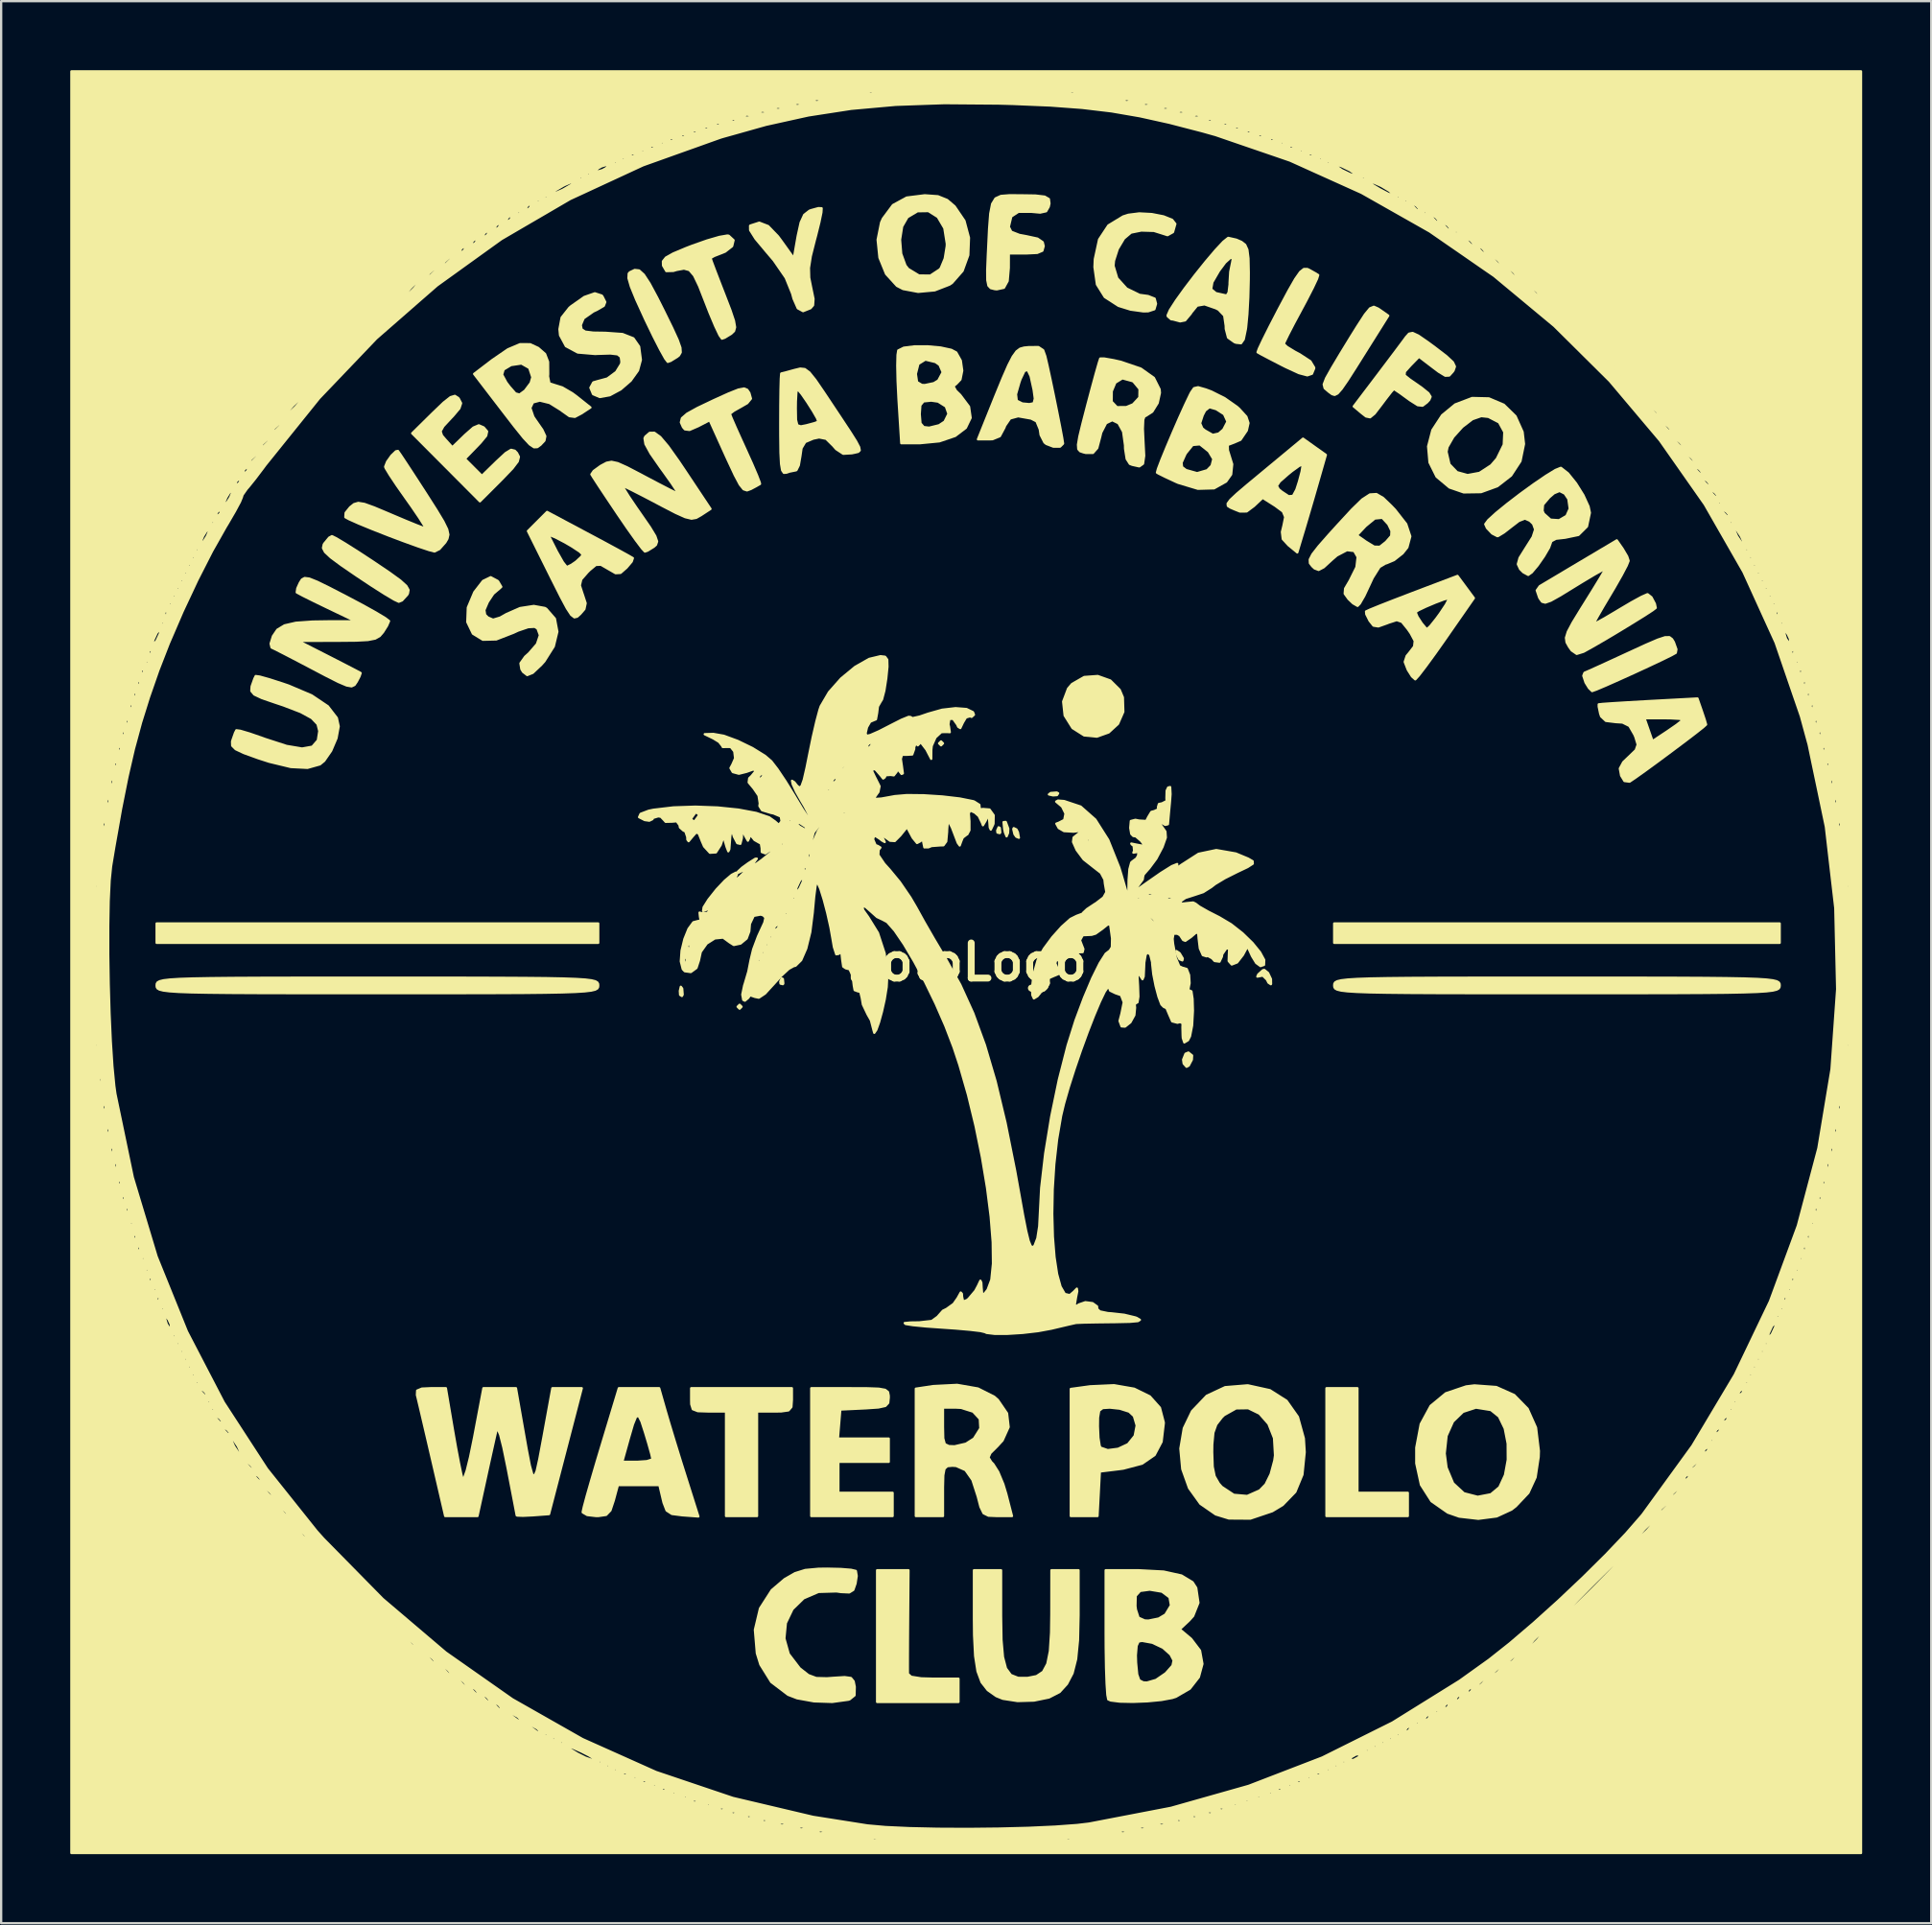
<source format=kicad_pcb>
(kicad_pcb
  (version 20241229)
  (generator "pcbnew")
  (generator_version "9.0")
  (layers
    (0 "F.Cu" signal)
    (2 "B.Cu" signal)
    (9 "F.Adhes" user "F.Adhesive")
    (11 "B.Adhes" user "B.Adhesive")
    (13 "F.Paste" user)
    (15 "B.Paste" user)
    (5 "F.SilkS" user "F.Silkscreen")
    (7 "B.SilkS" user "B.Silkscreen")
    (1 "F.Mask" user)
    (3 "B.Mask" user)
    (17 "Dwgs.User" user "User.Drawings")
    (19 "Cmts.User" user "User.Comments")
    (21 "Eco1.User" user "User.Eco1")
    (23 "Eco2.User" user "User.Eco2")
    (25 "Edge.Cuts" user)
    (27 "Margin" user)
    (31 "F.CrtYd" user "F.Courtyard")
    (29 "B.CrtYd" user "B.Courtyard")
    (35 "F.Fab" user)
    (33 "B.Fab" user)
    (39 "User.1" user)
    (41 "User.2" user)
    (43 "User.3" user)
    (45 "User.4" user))
  (footprint "PoloLogo"
    (layer "F.Cu")
    (at 38.907 38.739)
    (property "Reference" "PoloLogo" (at 0 0 0) (layer "F.SilkS") (effects (font (size 1.524 1.524) (thickness 0.3))))
    (attr through_hole)
    (fp_poly (pts (xy -9.756 1.934) (xy -9.84 2.019) (xy -9.925 1.934) (xy -9.84 1.85) (xy -9.756 1.934)) (stroke (width 0.1) (type solid)) (fill yes) (layer "F.SilkS"))
    (fp_poly (pts (xy -2.019 -9.504) (xy -2.103 -9.42) (xy -2.187 -9.504) (xy -2.103 -9.588) (xy -2.019 -9.504)) (stroke (width 0.1) (type solid)) (fill yes) (layer "F.SilkS"))
    (fp_poly (pts (xy -1.009 -9.504) (xy -1.093 -9.42) (xy -1.177 -9.504) (xy -1.093 -9.588) (xy -1.009 -9.504)) (stroke (width 0.1) (type solid)) (fill yes) (layer "F.SilkS"))
    (fp_poly (pts (xy -12.313 1.409) (xy -12.346 1.468) (xy -12.423 1.418) (xy -12.434 1.248) (xy -12.393 1.068) (xy -12.333 1.146) (xy -12.313 1.409)) (stroke (width 0.1) (type solid)) (fill yes) (layer "F.SilkS"))
    (fp_poly (pts (xy -7.942 0.929) (xy -7.962 0.953) (xy -8.062 0.93) (xy -8.074 0.841) (xy -8.013 0.703) (xy -7.962 0.729) (xy -7.942 0.929)) (stroke (width 0.1) (type solid)) (fill yes) (layer "F.SilkS"))
    (fp_poly (pts (xy 1.478 -5.632) (xy 1.458 -5.607) (xy 1.358 -5.63) (xy 1.346 -5.719) (xy 1.407 -5.858) (xy 1.458 -5.831) (xy 1.478 -5.632)) (stroke (width 0.1) (type solid)) (fill yes) (layer "F.SilkS"))
    (fp_poly (pts (xy 3.992 -7.335) (xy 3.941 -7.258) (xy 3.771 -7.246) (xy 3.591 -7.287) (xy 3.669 -7.348) (xy 3.932 -7.368) (xy 3.992 -7.335)) (stroke (width 0.1) (type solid)) (fill yes) (layer "F.SilkS"))
    (fp_poly (pts (xy 2.288 -5.405) (xy 2.175 -5.451) (xy 2.096 -5.562) (xy 2.044 -5.782) (xy 2.065 -5.822) (xy 2.182 -5.765) (xy 2.245 -5.642) (xy 2.288 -5.405)) (stroke (width 0.1) (type solid)) (fill yes) (layer "F.SilkS"))
    (fp_poly (pts (xy 9.405 -0.161) (xy 9.387 -0.08) (xy 9.262 -0.13) (xy 9.178 -0.287) (xy 9.127 -0.484) (xy 9.25 -0.403) (xy 9.273 -0.381) (xy 9.405 -0.161)) (stroke (width 0.1) (type solid)) (fill yes) (layer "F.SilkS"))
    (fp_poly (pts (xy -15.98 -0.841) (xy -25.568 -0.841) (xy -35.156 -0.841) (xy -35.156 -1.262) (xy -35.156 -1.682) (xy -25.568 -1.682) (xy -15.98 -1.682) (xy -15.98 -1.262) (xy -15.98 -0.841)) (stroke (width 0.1) (type solid)) (fill yes) (layer "F.SilkS"))
    (fp_poly (pts (xy 1.826 -5.799) (xy 1.816 -5.611) (xy 1.754 -5.467) (xy 1.683 -5.636) (xy 1.653 -5.774) (xy 1.622 -6.082) (xy 1.714 -6.091) (xy 1.719 -6.086) (xy 1.826 -5.799)) (stroke (width 0.1) (type solid)) (fill yes) (layer "F.SilkS"))
    (fp_poly (pts (xy 9.809 4.052) (xy 9.798 4.233) (xy 9.663 4.491) (xy 9.568 4.542) (xy 9.444 4.402) (xy 9.42 4.233) (xy 9.523 3.976) (xy 9.649 3.925) (xy 9.809 4.052)) (stroke (width 0.1) (type solid)) (fill yes) (layer "F.SilkS"))
    (fp_poly (pts (xy 35.325 -0.841) (xy 25.652 -0.841) (xy 15.98 -0.841) (xy 15.98 -1.262) (xy 15.98 -1.682) (xy 25.652 -1.682) (xy 35.325 -1.682) (xy 35.325 -1.262) (xy 35.325 -0.841)) (stroke (width 0.1) (type solid)) (fill yes) (layer "F.SilkS"))
    (fp_poly (pts (xy 13.237 0.947) (xy 13.229 0.956) (xy 13.124 0.887) (xy 13.058 0.754) (xy 12.88 0.58) (xy 12.759 0.604) (xy 12.643 0.625) (xy 12.684 0.531) (xy 12.884 0.35) (xy 12.944 0.336) (xy 13.107 0.467) (xy 13.233 0.734) (xy 13.237 0.947)) (stroke (width 0.1) (type solid)) (fill yes) (layer "F.SilkS"))
    (fp_poly (pts (xy 19.176 24.054) (xy 17.41 24.054) (xy 15.644 24.054) (xy 15.644 21.279) (xy 15.644 18.503) (xy 16.317 18.503) (xy 16.989 18.503) (xy 16.989 20.774) (xy 16.989 23.045) (xy 18.083 23.045) (xy 19.176 23.045) (xy 19.176 23.55) (xy 19.176 24.054)) (stroke (width 0.1) (type solid)) (fill yes) (layer "F.SilkS"))
    (fp_poly (pts (xy 6.822 -10.874) (xy 6.593 -10.352) (xy 6.186 -9.979) (xy 5.672 -9.797) (xy 5.122 -9.85) (xy 4.618 -10.169) (xy 4.276 -10.714) (xy 4.211 -11.319) (xy 4.424 -11.883) (xy 4.595 -12.082) (xy 5.126 -12.386) (xy 5.712 -12.429) (xy 6.257 -12.235) (xy 6.665 -11.83) (xy 6.803 -11.501) (xy 6.822 -10.874)) (stroke (width 0.1) (type solid)) (fill yes) (layer "F.SilkS"))
    (fp_poly (pts (xy -0.336 32.128) (xy -2.103 32.128) (xy -3.869 32.128) (xy -3.869 29.269) (xy -3.869 26.409) (xy -3.188 26.409) (xy -2.507 26.409) (xy -2.524 28.554) (xy -2.53 29.383) (xy -2.533 30.098) (xy -2.534 30.627) (xy -2.532 30.898) (xy -2.532 30.909) (xy -2.39 31.036) (xy -1.959 31.104) (xy -1.43 31.119) (xy -0.336 31.119) (xy -0.336 31.624) (xy -0.336 32.128)) (stroke (width 0.1) (type solid)) (fill yes) (layer "F.SilkS"))
    (fp_poly (pts (xy -7.57 19.008) (xy -7.591 19.318) (xy -7.718 19.465) (xy -8.041 19.51) (xy -8.326 19.513) (xy -9.083 19.513) (xy -9.083 21.783) (xy -9.083 24.054) (xy -9.756 24.054) (xy -10.429 24.054) (xy -10.429 21.783) (xy -10.429 19.513) (xy -11.186 19.513) (xy -11.652 19.498) (xy -11.872 19.413) (xy -11.939 19.198) (xy -11.943 19.008) (xy -11.943 18.503) (xy -9.756 18.503) (xy -7.57 18.503) (xy -7.57 19.008)) (stroke (width 0.1) (type solid)) (fill yes) (layer "F.SilkS"))
    (fp_poly (pts (xy 18.327 -28.078) (xy 17.448 -26.679) (xy 16.929 -25.852) (xy 16.558 -25.272) (xy 16.302 -24.901) (xy 16.127 -24.702) (xy 16 -24.638) (xy 15.888 -24.672) (xy 15.758 -24.767) (xy 15.741 -24.78) (xy 15.566 -24.93) (xy 15.525 -25.095) (xy 15.629 -25.365) (xy 15.893 -25.832) (xy 15.898 -25.84) (xy 16.261 -26.447) (xy 16.693 -27.153) (xy 16.988 -27.625) (xy 17.316 -28.131) (xy 17.533 -28.395) (xy 17.702 -28.465) (xy 17.886 -28.385) (xy 17.962 -28.334) (xy 18.327 -28.078)) (stroke (width 0.1) (type solid)) (fill yes) (layer "F.SilkS"))
    (fp_poly (pts (xy -24.217 -16.167) (xy -24.243 -16.016) (xy -24.273 -15.961) (xy -24.499 -15.713) (xy -24.641 -15.655) (xy -24.841 -15.749) (xy -25.255 -15.995) (xy -25.823 -16.357) (xy -26.441 -16.767) (xy -27.137 -17.244) (xy -27.59 -17.58) (xy -27.842 -17.815) (xy -27.931 -17.988) (xy -27.899 -18.14) (xy -27.872 -18.186) (xy -27.663 -18.438) (xy -27.545 -18.503) (xy -27.362 -18.415) (xy -26.96 -18.175) (xy -26.399 -17.82) (xy -25.745 -17.391) (xy -25.038 -16.913) (xy -24.574 -16.576) (xy -24.314 -16.34) (xy -24.217 -16.167)) (stroke (width 0.1) (type solid)) (fill yes) (layer "F.SilkS"))
    (fp_poly (pts (xy -12.398 -26.485) (xy -12.472 -26.355) (xy -12.549 -26.292) (xy -12.834 -26.116) (xy -12.96 -26.073) (xy -13.07 -26.216) (xy -13.288 -26.607) (xy -13.584 -27.187) (xy -13.927 -27.897) (xy -13.95 -27.947) (xy -14.327 -28.772) (xy -14.56 -29.343) (xy -14.665 -29.707) (xy -14.655 -29.907) (xy -14.606 -29.963) (xy -14.394 -30.064) (xy -14.204 -30.043) (xy -14.001 -29.86) (xy -13.75 -29.476) (xy -13.415 -28.851) (xy -13.143 -28.311) (xy -12.768 -27.546) (xy -12.529 -27.024) (xy -12.411 -26.689) (xy -12.398 -26.485)) (stroke (width 0.1) (type solid)) (fill yes) (layer "F.SilkS"))
    (fp_poly (pts (xy 30.84 -13.588) (xy 30.813 -13.437) (xy 30.625 -13.332) (xy 30.209 -13.128) (xy 29.641 -12.86) (xy 28.997 -12.562) (xy 28.353 -12.271) (xy 27.785 -12.019) (xy 27.368 -11.842) (xy 27.179 -11.775) (xy 27.179 -11.775) (xy 27.045 -11.905) (xy 26.896 -12.145) (xy 26.798 -12.441) (xy 26.848 -12.569) (xy 27.052 -12.657) (xy 27.495 -12.857) (xy 28.109 -13.138) (xy 28.764 -13.44) (xy 29.521 -13.788) (xy 30.03 -14.007) (xy 30.349 -14.112) (xy 30.537 -14.115) (xy 30.649 -14.03) (xy 30.729 -13.9) (xy 30.84 -13.588)) (stroke (width 0.1) (type solid)) (fill yes) (layer "F.SilkS"))
    (fp_poly (pts (xy -3.196 24.054) (xy -4.962 24.054) (xy -6.728 24.054) (xy -6.728 21.279) (xy -6.728 18.503) (xy -5.046 18.503) (xy -4.283 18.506) (xy -3.795 18.524) (xy -3.52 18.573) (xy -3.397 18.667) (xy -3.365 18.823) (xy -3.364 18.916) (xy -3.388 19.142) (xy -3.511 19.272) (xy -3.811 19.338) (xy -4.365 19.376) (xy -4.416 19.378) (xy -5.467 19.428) (xy -5.519 20.059) (xy -5.571 20.69) (xy -4.468 20.69) (xy -3.364 20.69) (xy -3.364 21.195) (xy -3.364 21.699) (xy -4.458 21.699) (xy -5.551 21.699) (xy -5.551 22.372) (xy -5.551 23.045) (xy -4.374 23.045) (xy -3.196 23.045) (xy -3.196 23.55) (xy -3.196 24.054)) (stroke (width 0.1) (type solid)) (fill yes) (layer "F.SilkS"))
    (fp_poly (pts (xy -6.278 -32.743) (xy -6.289 -32.562) (xy -6.376 -32.14) (xy -6.521 -31.556) (xy -6.57 -31.375) (xy -6.75 -30.663) (xy -6.83 -30.152) (xy -6.819 -29.727) (xy -6.735 -29.308) (xy -6.632 -28.808) (xy -6.65 -28.532) (xy -6.761 -28.404) (xy -7.084 -28.276) (xy -7.314 -28.401) (xy -7.496 -28.814) (xy -7.558 -29.041) (xy -7.836 -29.726) (xy -8.357 -30.482) (xy -8.665 -30.844) (xy -9.146 -31.419) (xy -9.382 -31.793) (xy -9.385 -31.983) (xy -9.371 -31.994) (xy -8.986 -32.118) (xy -8.602 -31.97) (xy -8.174 -31.526) (xy -8.043 -31.35) (xy -7.485 -30.572) (xy -7.316 -31.542) (xy -7.188 -32.124) (xy -7.034 -32.459) (xy -6.807 -32.635) (xy -6.744 -32.66) (xy -6.42 -32.749) (xy -6.278 -32.743)) (stroke (width 0.1) (type solid)) (fill yes) (layer "F.SilkS"))
    (fp_poly (pts (xy 9.081 -32.066) (xy 8.98 -31.709) (xy 8.742 -31.576) (xy 8.574 -31.63) (xy 8.152 -31.762) (xy 7.603 -31.778) (xy 7.157 -31.688) (xy 6.852 -31.43) (xy 6.581 -30.976) (xy 6.417 -30.466) (xy 6.397 -30.244) (xy 6.558 -29.705) (xy 6.964 -29.257) (xy 7.526 -28.982) (xy 7.895 -28.932) (xy 8.183 -28.819) (xy 8.242 -28.596) (xy 8.172 -28.359) (xy 7.902 -28.271) (xy 7.696 -28.266) (xy 7.137 -28.343) (xy 6.615 -28.505) (xy 6.018 -28.89) (xy 5.677 -29.436) (xy 5.571 -30.189) (xy 5.586 -30.534) (xy 5.771 -31.389) (xy 6.174 -31.998) (xy 6.813 -32.387) (xy 7.041 -32.46) (xy 7.515 -32.52) (xy 8.059 -32.491) (xy 8.569 -32.391) (xy 8.944 -32.24) (xy 9.081 -32.066)) (stroke (width 0.1) (type solid)) (fill yes) (layer "F.SilkS"))
    (fp_poly (pts (xy 15.284 -29.842) (xy 15.235 -29.683) (xy 15.054 -29.297) (xy 14.773 -28.75) (xy 14.569 -28.369) (xy 14.236 -27.749) (xy 13.975 -27.244) (xy 13.82 -26.924) (xy 13.793 -26.849) (xy 13.929 -26.722) (xy 14.273 -26.512) (xy 14.477 -26.404) (xy 14.946 -26.098) (xy 15.111 -25.823) (xy 15.108 -25.784) (xy 15.014 -25.557) (xy 14.812 -25.489) (xy 14.449 -25.585) (xy 13.867 -25.853) (xy 13.709 -25.933) (xy 13.194 -26.199) (xy 12.814 -26.399) (xy 12.653 -26.491) (xy 12.708 -26.646) (xy 12.894 -27.04) (xy 13.182 -27.616) (xy 13.543 -28.314) (xy 13.583 -28.39) (xy 13.996 -29.162) (xy 14.291 -29.677) (xy 14.502 -29.977) (xy 14.664 -30.106) (xy 14.81 -30.107) (xy 14.892 -30.07) (xy 15.18 -29.908) (xy 15.284 -29.842)) (stroke (width 0.1) (type solid)) (fill yes) (layer "F.SilkS"))
    (fp_poly (pts (xy 4.878 28.349) (xy 4.854 29.445) (xy 4.773 30.269) (xy 4.618 30.881) (xy 4.376 31.344) (xy 4.054 31.698) (xy 3.594 31.934) (xy 2.943 32.068) (xy 2.232 32.089) (xy 1.592 31.99) (xy 1.306 31.875) (xy 0.934 31.612) (xy 0.668 31.271) (xy 0.492 30.797) (xy 0.389 30.133) (xy 0.343 29.225) (xy 0.336 28.52) (xy 0.336 26.409) (xy 0.925 26.409) (xy 1.514 26.409) (xy 1.514 28.39) (xy 1.531 29.429) (xy 1.596 30.175) (xy 1.726 30.671) (xy 1.939 30.959) (xy 2.253 31.083) (xy 2.661 31.086) (xy 3.055 31.008) (xy 3.337 30.82) (xy 3.524 30.473) (xy 3.635 29.922) (xy 3.687 29.118) (xy 3.698 28.302) (xy 3.701 26.409) (xy 4.289 26.409) (xy 4.878 26.409) (xy 4.878 28.349)) (stroke (width 0.1) (type solid)) (fill yes) (layer "F.SilkS"))
    (fp_poly (pts (xy -8.954 -20.772) (xy -9.121 -20.676) (xy -9.351 -20.553) (xy -9.519 -20.492) (xy -9.667 -20.54) (xy -9.831 -20.743) (xy -10.048 -21.151) (xy -10.356 -21.811) (xy -10.422 -21.954) (xy -11.14 -23.539) (xy -11.648 -23.276) (xy -12.016 -23.117) (xy -12.216 -23.143) (xy -12.299 -23.239) (xy -12.39 -23.444) (xy -12.345 -23.625) (xy -12.12 -23.821) (xy -11.671 -24.07) (xy -10.968 -24.405) (xy -10.312 -24.702) (xy -9.895 -24.868) (xy -9.649 -24.916) (xy -9.51 -24.86) (xy -9.417 -24.722) (xy -9.349 -24.476) (xy -9.509 -24.281) (xy -9.753 -24.14) (xy -10.095 -23.947) (xy -10.258 -23.822) (xy -10.261 -23.814) (xy -10.195 -23.644) (xy -10.019 -23.239) (xy -9.762 -22.668) (xy -9.585 -22.28) (xy -9.3 -21.648) (xy -9.084 -21.144) (xy -8.966 -20.835) (xy -8.954 -20.772)) (stroke (width 0.1) (type solid)) (fill yes) (layer "F.SilkS"))
    (fp_poly (pts (xy 24.221 -22.507) (xy 24.068 -21.76) (xy 23.659 -21.135) (xy 23.368 -20.908) (xy 23.368 -23.024) (xy 23.138 -23.446) (xy 22.677 -23.685) (xy 22.366 -23.718) (xy 21.981 -23.584) (xy 21.544 -23.249) (xy 21.151 -22.812) (xy 20.9 -22.375) (xy 20.858 -22.169) (xy 20.984 -21.624) (xy 21.312 -21.282) (xy 21.772 -21.155) (xy 22.29 -21.251) (xy 22.796 -21.58) (xy 23.045 -21.868) (xy 23.344 -22.478) (xy 23.368 -23.024) (xy 23.368 -20.908) (xy 23.065 -20.673) (xy 22.356 -20.416) (xy 21.603 -20.405) (xy 20.987 -20.617) (xy 20.426 -21.087) (xy 20.119 -21.705) (xy 20.059 -22.401) (xy 20.243 -23.108) (xy 20.666 -23.755) (xy 21.235 -24.223) (xy 21.971 -24.503) (xy 22.696 -24.486) (xy 23.345 -24.211) (xy 23.854 -23.713) (xy 24.161 -23.03) (xy 24.221 -22.507)) (stroke (width 0.1) (type solid)) (fill yes) (layer "F.SilkS"))
    (fp_poly (pts (xy 8.579 20.024) (xy 8.485 20.828) (xy 8.183 21.401) (xy 7.639 21.778) (xy 7.404 21.84) (xy 7.404 20.121) (xy 7.283 19.711) (xy 7.076 19.519) (xy 6.668 19.39) (xy 6.235 19.344) (xy 5.926 19.363) (xy 5.774 19.478) (xy 5.724 19.776) (xy 5.719 20.157) (xy 5.741 20.656) (xy 5.795 21.003) (xy 5.831 21.083) (xy 6.146 21.192) (xy 6.596 21.134) (xy 7.027 20.933) (xy 7.318 20.572) (xy 7.404 20.121) (xy 7.404 21.84) (xy 6.819 21.994) (xy 6.653 22.016) (xy 5.803 22.12) (xy 5.753 23.087) (xy 5.702 24.054) (xy 5.122 24.054) (xy 4.542 24.054) (xy 4.542 21.295) (xy 4.542 18.535) (xy 5.38 18.42) (xy 6.419 18.373) (xy 7.295 18.525) (xy 7.972 18.857) (xy 8.412 19.35) (xy 8.578 19.986) (xy 8.579 20.024)) (stroke (width 0.1) (type solid)) (fill yes) (layer "F.SilkS"))
    (fp_poly (pts (xy -10.037 -27.577) (xy -10.082 -27.411) (xy -10.204 -27.294) (xy -10.487 -27.122) (xy -10.607 -27.082) (xy -10.711 -27.229) (xy -10.899 -27.625) (xy -11.142 -28.201) (xy -11.312 -28.638) (xy -11.596 -29.365) (xy -11.816 -29.823) (xy -12.019 -30.06) (xy -12.256 -30.125) (xy -12.575 -30.066) (xy -12.719 -30.023) (xy -13.023 -30.016) (xy -13.164 -30.257) (xy -13.169 -30.439) (xy -13.04 -30.601) (xy -12.721 -30.78) (xy -12.159 -31.016) (xy -11.895 -31.118) (xy -11.253 -31.344) (xy -10.718 -31.499) (xy -10.375 -31.558) (xy -10.314 -31.551) (xy -10.103 -31.356) (xy -10.165 -31.098) (xy -10.467 -30.862) (xy -10.597 -30.808) (xy -10.945 -30.672) (xy -11.101 -30.583) (xy -11.102 -30.58) (xy -11.045 -30.412) (xy -10.89 -30.001) (xy -10.665 -29.418) (xy -10.509 -29.017) (xy -10.238 -28.314) (xy -10.085 -27.856) (xy -10.037 -27.577)) (stroke (width 0.1) (type solid)) (fill yes) (layer "F.SilkS"))
    (fp_poly (pts (xy -19.424 -21.949) (xy -19.475 -21.749) (xy -19.699 -21.453) (xy -20.132 -21) (xy -20.201 -20.931) (xy -21.116 -20.016) (xy -22.586 -21.493) (xy -24.057 -22.97) (xy -23.158 -23.857) (xy -22.692 -24.304) (xy -22.394 -24.539) (xy -22.205 -24.596) (xy -22.064 -24.507) (xy -22.037 -24.477) (xy -21.934 -24.278) (xy -22.008 -24.054) (xy -22.293 -23.716) (xy -22.375 -23.631) (xy -22.705 -23.275) (xy -22.826 -23.057) (xy -22.765 -22.874) (xy -22.624 -22.708) (xy -22.313 -22.364) (xy -21.761 -22.899) (xy -21.399 -23.218) (xy -21.165 -23.317) (xy -20.965 -23.231) (xy -20.942 -23.213) (xy -20.805 -23.051) (xy -20.845 -22.864) (xy -21.091 -22.565) (xy -21.223 -22.427) (xy -21.77 -21.863) (xy -21.4 -21.493) (xy -21.03 -21.123) (xy -20.382 -21.755) (xy -19.998 -22.111) (xy -19.765 -22.253) (xy -19.603 -22.213) (xy -19.51 -22.117) (xy -19.424 -21.949)) (stroke (width 0.1) (type solid)) (fill yes) (layer "F.SilkS"))
    (fp_poly (pts (xy 0.119 -31.463) (xy 0.09 -30.708) (xy -0.158 -30.024) (xy -0.619 -29.5) (xy -0.724 -29.43) (xy -0.841 -29.384) (xy -0.841 -31.203) (xy -0.948 -31.88) (xy -1.233 -32.365) (xy -1.64 -32.622) (xy -2.116 -32.615) (xy -2.552 -32.355) (xy -2.783 -31.952) (xy -2.873 -31.379) (xy -2.824 -30.77) (xy -2.639 -30.26) (xy -2.523 -30.11) (xy -2.052 -29.824) (xy -1.56 -29.818) (xy -1.148 -30.089) (xy -1.103 -30.147) (xy -0.931 -30.561) (xy -0.844 -31.1) (xy -0.841 -31.203) (xy -0.841 -29.384) (xy -1.368 -29.18) (xy -2.087 -29.114) (xy -2.741 -29.237) (xy -3.008 -29.375) (xy -3.479 -29.893) (xy -3.766 -30.597) (xy -3.845 -31.377) (xy -3.695 -32.124) (xy -3.618 -32.295) (xy -3.181 -32.882) (xy -2.584 -33.208) (xy -1.8 -33.306) (xy -1.229 -33.265) (xy -0.828 -33.103) (xy -0.504 -32.827) (xy -0.077 -32.199) (xy 0.119 -31.463)) (stroke (width 0.1) (type solid)) (fill yes) (layer "F.SilkS"))
    (fp_poly (pts (xy 3.614 -32.953) (xy 3.583 -32.81) (xy 3.471 -32.615) (xy 3.212 -32.557) (xy 2.828 -32.591) (xy 2.269 -32.591) (xy 1.957 -32.386) (xy 1.853 -31.95) (xy 1.853 -31.929) (xy 1.956 -31.724) (xy 2.309 -31.586) (xy 2.607 -31.531) (xy 3.096 -31.425) (xy 3.322 -31.27) (xy 3.364 -31.1) (xy 3.308 -30.901) (xy 3.084 -30.806) (xy 2.608 -30.783) (xy 2.607 -30.783) (xy 1.85 -30.783) (xy 1.848 -30.152) (xy 1.799 -29.584) (xy 1.638 -29.292) (xy 1.328 -29.224) (xy 1.234 -29.234) (xy 1.067 -29.276) (xy 0.965 -29.384) (xy 0.917 -29.622) (xy 0.913 -30.054) (xy 0.941 -30.746) (xy 0.95 -30.919) (xy 0.995 -31.857) (xy 1.045 -32.512) (xy 1.127 -32.933) (xy 1.272 -33.171) (xy 1.508 -33.279) (xy 1.867 -33.307) (xy 2.33 -33.306) (xy 3.007 -33.296) (xy 3.407 -33.249) (xy 3.589 -33.143) (xy 3.614 -32.953)) (stroke (width 0.1) (type solid)) (fill yes) (layer "F.SilkS"))
    (fp_poly (pts (xy 24.867 21.227) (xy 24.859 21.487) (xy 24.725 22.372) (xy 24.412 23.05) (xy 23.864 23.628) (xy 23.678 23.773) (xy 23.518 23.847) (xy 23.518 21.612) (xy 23.514 20.907) (xy 23.387 20.251) (xy 23.136 19.732) (xy 22.785 19.449) (xy 22.135 19.345) (xy 21.574 19.528) (xy 21.137 19.951) (xy 20.86 20.569) (xy 20.778 21.337) (xy 20.858 21.951) (xy 21.144 22.632) (xy 21.612 23.065) (xy 22.21 23.219) (xy 22.785 23.109) (xy 23.153 22.802) (xy 23.397 22.273) (xy 23.518 21.612) (xy 23.518 23.847) (xy 23.035 24.07) (xy 22.238 24.173) (xy 21.41 24.078) (xy 20.91 23.904) (xy 20.202 23.408) (xy 19.748 22.698) (xy 19.545 21.767) (xy 19.545 21.084) (xy 19.738 20.059) (xy 20.167 19.269) (xy 20.827 18.723) (xy 21.71 18.425) (xy 22.071 18.381) (xy 23.018 18.451) (xy 23.796 18.798) (xy 24.379 19.394) (xy 24.744 20.212) (xy 24.867 21.227)) (stroke (width 0.1) (type solid)) (fill yes) (layer "F.SilkS"))
    (fp_poly (pts (xy -27.25 -10.243) (xy -27.344 -9.729) (xy -27.577 -9.182) (xy -27.88 -8.744) (xy -28.066 -8.592) (xy -28.604 -8.441) (xy -29.328 -8.478) (xy -30.275 -8.707) (xy -30.747 -8.86) (xy -31.366 -9.084) (xy -31.721 -9.251) (xy -31.873 -9.403) (xy -31.879 -9.582) (xy -31.861 -9.646) (xy -31.751 -9.959) (xy -31.693 -10.072) (xy -31.52 -10.049) (xy -31.115 -9.929) (xy -30.558 -9.736) (xy -30.443 -9.694) (xy -29.513 -9.392) (xy -28.839 -9.279) (xy -28.394 -9.359) (xy -28.154 -9.635) (xy -28.091 -10.038) (xy -28.166 -10.338) (xy -28.42 -10.604) (xy -28.898 -10.865) (xy -29.645 -11.152) (xy -29.99 -11.267) (xy -30.583 -11.471) (xy -30.914 -11.627) (xy -31.042 -11.779) (xy -31.03 -11.97) (xy -31.021 -12.001) (xy -30.91 -12.314) (xy -30.853 -12.427) (xy -30.68 -12.404) (xy -30.267 -12.289) (xy -29.689 -12.103) (xy -29.43 -12.015) (xy -28.425 -11.588) (xy -27.721 -11.115) (xy -27.33 -10.608) (xy -27.25 -10.243)) (stroke (width 0.1) (type solid)) (fill yes) (layer "F.SilkS"))
    (fp_poly (pts (xy -14.13 -26.154) (xy -14.253 -25.699) (xy -14.57 -25.255) (xy -15.004 -24.879) (xy -15.477 -24.624) (xy -15.912 -24.547) (xy -16.204 -24.671) (xy -16.319 -24.95) (xy -16.194 -25.181) (xy -16.018 -25.232) (xy -15.585 -25.349) (xy -15.199 -25.634) (xy -14.984 -25.985) (xy -14.971 -26.082) (xy -15 -26.29) (xy -15.135 -26.401) (xy -15.451 -26.438) (xy -16.019 -26.421) (xy -16.112 -26.416) (xy -16.867 -26.48) (xy -17.381 -26.754) (xy -17.636 -27.228) (xy -17.662 -27.492) (xy -17.568 -27.997) (xy -17.234 -28.42) (xy -17.159 -28.485) (xy -16.582 -28.891) (xy -16.126 -29.05) (xy -15.826 -28.952) (xy -15.793 -28.908) (xy -15.674 -28.671) (xy -15.737 -28.508) (xy -16.038 -28.333) (xy -16.194 -28.26) (xy -16.614 -27.965) (xy -16.737 -27.671) (xy -16.702 -27.487) (xy -16.547 -27.385) (xy -16.197 -27.342) (xy -15.672 -27.334) (xy -14.926 -27.281) (xy -14.453 -27.095) (xy -14.204 -26.738) (xy -14.13 -26.173) (xy -14.13 -26.154)) (stroke (width 0.1) (type solid)) (fill yes) (layer "F.SilkS"))
    (fp_poly (pts (xy -4.756 26.657) (xy -4.806 26.985) (xy -4.903 27.262) (xy -5.079 27.37) (xy -5.439 27.354) (xy -5.633 27.326) (xy -6.415 27.349) (xy -7.061 27.627) (xy -7.544 28.099) (xy -7.832 28.701) (xy -7.896 29.37) (xy -7.707 30.045) (xy -7.235 30.662) (xy -7.22 30.675) (xy -6.856 30.962) (xy -6.514 31.09) (xy -6.048 31.102) (xy -5.794 31.083) (xy -5.278 31.051) (xy -5.006 31.088) (xy -4.888 31.233) (xy -4.84 31.474) (xy -4.85 31.841) (xy -5.065 32.014) (xy -5.119 32.031) (xy -5.817 32.127) (xy -6.61 32.101) (xy -7.343 31.968) (xy -7.735 31.817) (xy -8.466 31.262) (xy -8.937 30.506) (xy -9.09 30.013) (xy -9.175 28.995) (xy -8.954 28.066) (xy -8.445 27.274) (xy -7.883 26.794) (xy -7.434 26.537) (xy -6.991 26.398) (xy -6.417 26.345) (xy -6.044 26.34) (xy -5.452 26.353) (xy -5.003 26.389) (xy -4.793 26.438) (xy -4.792 26.439) (xy -4.756 26.657)) (stroke (width 0.1) (type solid)) (fill yes) (layer "F.SilkS"))
    (fp_poly (pts (xy -22.488 -18.57) (xy -22.529 -18.39) (xy -22.62 -18.234) (xy -22.878 -17.943) (xy -23.091 -17.838) (xy -23.324 -17.899) (xy -23.797 -18.057) (xy -24.439 -18.289) (xy -25.064 -18.524) (xy -25.784 -18.807) (xy -26.387 -19.055) (xy -26.803 -19.241) (xy -26.96 -19.328) (xy -26.948 -19.516) (xy -26.754 -19.757) (xy -26.582 -19.894) (xy -26.399 -19.947) (xy -26.134 -19.904) (xy -25.713 -19.752) (xy -25.063 -19.479) (xy -24.997 -19.45) (xy -24.365 -19.183) (xy -23.856 -18.975) (xy -23.544 -18.856) (xy -23.486 -18.84) (xy -23.537 -18.966) (xy -23.75 -19.304) (xy -24.084 -19.795) (xy -24.314 -20.119) (xy -24.714 -20.688) (xy -25.025 -21.154) (xy -25.205 -21.451) (xy -25.232 -21.517) (xy -25.146 -21.737) (xy -24.957 -22.002) (xy -24.763 -22.188) (xy -24.677 -22.204) (xy -24.561 -22.038) (xy -24.301 -21.646) (xy -23.935 -21.086) (xy -23.501 -20.416) (xy -23.477 -20.379) (xy -23.011 -19.648) (xy -22.706 -19.142) (xy -22.539 -18.801) (xy -22.488 -18.57)) (stroke (width 0.1) (type solid)) (fill yes) (layer "F.SilkS"))
    (fp_poly (pts (xy -17.755 -14.355) (xy -17.909 -13.717) (xy -18.318 -13.068) (xy -18.455 -12.915) (xy -18.824 -12.567) (xy -19.063 -12.471) (xy -19.244 -12.61) (xy -19.316 -12.728) (xy -19.356 -12.981) (xy -19.153 -13.267) (xy -18.988 -13.415) (xy -18.64 -13.815) (xy -18.51 -14.201) (xy -18.616 -14.491) (xy -18.739 -14.567) (xy -19.023 -14.551) (xy -19.461 -14.402) (xy -19.658 -14.31) (xy -20.408 -14.019) (xy -20.989 -14.005) (xy -21.421 -14.269) (xy -21.421 -14.269) (xy -21.664 -14.773) (xy -21.641 -15.402) (xy -21.36 -16.07) (xy -20.982 -16.558) (xy -20.649 -16.72) (xy -20.349 -16.56) (xy -20.324 -16.532) (xy -20.189 -16.303) (xy -20.309 -16.192) (xy -20.315 -16.19) (xy -20.538 -16) (xy -20.773 -15.645) (xy -20.924 -15.294) (xy -20.891 -15.088) (xy -20.774 -14.971) (xy -20.546 -14.874) (xy -20.234 -14.967) (xy -19.96 -15.122) (xy -19.374 -15.379) (xy -18.777 -15.471) (xy -18.299 -15.384) (xy -18.234 -15.347) (xy -17.861 -14.919) (xy -17.755 -14.355)) (stroke (width 0.1) (type solid)) (fill yes) (layer "F.SilkS"))
    (fp_poly (pts (xy 21.222 -25.87) (xy 21.163 -25.699) (xy 21.131 -25.652) (xy 20.976 -25.48) (xy 20.805 -25.471) (xy 20.521 -25.643) (xy 20.284 -25.821) (xy 19.661 -26.296) (xy 19.292 -25.918) (xy 19.049 -25.647) (xy 19.035 -25.49) (xy 19.243 -25.321) (xy 19.26 -25.309) (xy 19.783 -24.945) (xy 20.07 -24.713) (xy 20.165 -24.558) (xy 20.108 -24.422) (xy 20.01 -24.315) (xy 19.817 -24.169) (xy 19.608 -24.192) (xy 19.272 -24.405) (xy 19.178 -24.473) (xy 18.819 -24.733) (xy 18.597 -24.882) (xy 18.569 -24.895) (xy 18.458 -24.773) (xy 18.214 -24.459) (xy 18.035 -24.22) (xy 17.733 -23.826) (xy 17.539 -23.667) (xy 17.364 -23.702) (xy 17.184 -23.841) (xy 16.829 -24.138) (xy 17.849 -25.484) (xy 18.309 -26.093) (xy 18.713 -26.63) (xy 19.003 -27.019) (xy 19.097 -27.148) (xy 19.23 -27.297) (xy 19.385 -27.328) (xy 19.632 -27.214) (xy 20.041 -26.932) (xy 20.34 -26.712) (xy 20.853 -26.318) (xy 21.133 -26.057) (xy 21.222 -25.87)) (stroke (width 0.1) (type solid)) (fill yes) (layer "F.SilkS"))
    (fp_poly (pts (xy 15.617 -22.032) (xy 15.292 -20.898) (xy 15.07 -20.127) (xy 14.829 -19.307) (xy 14.673 -18.781) (xy 14.61 -18.573) (xy 14.61 -21.581) (xy 14.603 -21.619) (xy 14.455 -21.554) (xy 14.142 -21.328) (xy 13.961 -21.18) (xy 13.61 -20.872) (xy 13.491 -20.688) (xy 13.572 -20.541) (xy 13.699 -20.436) (xy 14.002 -20.236) (xy 14.191 -20.252) (xy 14.339 -20.526) (xy 14.451 -20.875) (xy 14.566 -21.308) (xy 14.61 -21.581) (xy 14.61 -18.573) (xy 14.377 -17.797) (xy 13.998 -18.108) (xy 13.747 -18.379) (xy 13.711 -18.685) (xy 13.777 -18.958) (xy 13.853 -19.333) (xy 13.754 -19.574) (xy 13.42 -19.822) (xy 13.403 -19.833) (xy 12.873 -20.169) (xy 12.494 -19.813) (xy 12.178 -19.577) (xy 11.886 -19.574) (xy 11.665 -19.662) (xy 11.478 -19.743) (xy 11.364 -19.816) (xy 11.352 -19.916) (xy 11.471 -20.079) (xy 11.751 -20.342) (xy 12.22 -20.741) (xy 12.907 -21.311) (xy 13.158 -21.519) (xy 14.626 -22.738) (xy 15.121 -22.385) (xy 15.617 -22.032)) (stroke (width 0.1) (type solid)) (fill yes) (layer "F.SilkS"))
    (fp_poly (pts (xy -11.631 24.072) (xy -12.328 24.021) (xy -12.779 23.963) (xy -13.01 23.813) (xy -13.141 23.475) (xy -13.174 23.339) (xy -13.322 22.709) (xy -13.627 22.709) (xy -13.627 21.573) (xy -13.675 21.357) (xy -13.797 20.921) (xy -13.942 20.438) (xy -14.104 19.94) (xy -14.226 19.702) (xy -14.338 19.74) (xy -14.472 20.07) (xy -14.658 20.707) (xy -14.688 20.816) (xy -14.934 21.699) (xy -14.28 21.699) (xy -13.866 21.671) (xy -13.641 21.599) (xy -13.627 21.573) (xy -13.627 22.709) (xy -14.224 22.709) (xy -15.126 22.709) (xy -15.307 23.381) (xy -15.45 23.811) (xy -15.636 24.004) (xy -15.971 24.053) (xy -16.071 24.054) (xy -16.457 24.009) (xy -16.649 23.897) (xy -16.653 23.874) (xy -16.606 23.659) (xy -16.478 23.181) (xy -16.283 22.499) (xy -16.04 21.671) (xy -15.868 21.099) (xy -15.084 18.503) (xy -14.208 18.503) (xy -13.333 18.503) (xy -13.057 19.471) (xy -12.888 20.045) (xy -12.652 20.823) (xy -12.386 21.685) (xy -12.206 22.255) (xy -11.631 24.072)) (stroke (width 0.1) (type solid)) (fill yes) (layer "F.SilkS"))
    (fp_poly (pts (xy 14.698 21.279) (xy 14.6 22.257) (xy 14.291 23.005) (xy 13.741 23.573) (xy 13.411 23.772) (xy 13.411 21.417) (xy 13.368 20.668) (xy 13.125 20.052) (xy 12.734 19.607) (xy 12.248 19.37) (xy 11.719 19.378) (xy 11.199 19.67) (xy 11.097 19.77) (xy 10.859 20.078) (xy 10.733 20.432) (xy 10.685 20.95) (xy 10.681 21.279) (xy 10.703 21.912) (xy 10.788 22.327) (xy 10.97 22.642) (xy 11.097 22.787) (xy 11.621 23.133) (xy 12.202 23.183) (xy 12.745 22.942) (xy 13.001 22.679) (xy 13.222 22.232) (xy 13.38 21.644) (xy 13.411 21.417) (xy 13.411 23.772) (xy 13.291 23.844) (xy 12.338 24.165) (xy 11.407 24.159) (xy 10.835 23.983) (xy 10.168 23.521) (xy 9.678 22.84) (xy 9.383 22.015) (xy 9.301 21.123) (xy 9.45 20.241) (xy 9.807 19.5) (xy 10.445 18.831) (xy 11.245 18.458) (xy 12.208 18.379) (xy 12.244 18.381) (xy 13.188 18.589) (xy 13.91 19.048) (xy 14.404 19.748) (xy 14.661 20.68) (xy 14.698 21.279)) (stroke (width 0.1) (type solid)) (fill yes) (layer "F.SilkS"))
    (fp_poly (pts (xy -14.476 -17.549) (xy -14.526 -17.4) (xy -14.75 -17.136) (xy -15.011 -16.908) (xy -15.225 -16.895) (xy -15.551 -17.083) (xy -15.864 -17.264) (xy -16.081 -17.255) (xy -16.35 -17.032) (xy -16.438 -16.945) (xy -16.653 -16.699) (xy -16.653 -17.708) (xy -16.787 -17.836) (xy -17.131 -18.062) (xy -17.422 -18.232) (xy -17.838 -18.449) (xy -18.092 -18.553) (xy -18.133 -18.54) (xy -17.778 -17.838) (xy -17.512 -17.369) (xy -17.353 -17.168) (xy -17.337 -17.163) (xy -17.142 -17.258) (xy -16.947 -17.392) (xy -16.713 -17.607) (xy -16.653 -17.708) (xy -16.653 -16.699) (xy -16.717 -16.626) (xy -16.778 -16.362) (xy -16.657 -15.989) (xy -16.653 -15.981) (xy -16.526 -15.591) (xy -16.58 -15.335) (xy -16.758 -15.128) (xy -16.894 -15.006) (xy -17.015 -14.978) (xy -17.153 -15.085) (xy -17.338 -15.366) (xy -17.603 -15.861) (xy -17.98 -16.61) (xy -18.057 -16.764) (xy -19.032 -18.724) (xy -18.616 -19.14) (xy -18.2 -19.556) (xy -16.375 -18.584) (xy -15.669 -18.207) (xy -15.078 -17.887) (xy -14.661 -17.657) (xy -14.478 -17.55) (xy -14.476 -17.549)) (stroke (width 0.1) (type solid)) (fill yes) (layer "F.SilkS"))
    (fp_poly (pts (xy 32.128 -10.32) (xy 32.003 -10.206) (xy 31.668 -9.942) (xy 31.188 -9.575) (xy 31.119 -9.524) (xy 31.119 -10.536) (xy 30.968 -10.571) (xy 30.581 -10.593) (xy 30.287 -10.597) (xy 29.455 -10.597) (xy 29.628 -10.1) (xy 29.802 -9.602) (xy 30.46 -10.038) (xy 30.848 -10.306) (xy 31.085 -10.493) (xy 31.119 -10.536) (xy 31.119 -9.524) (xy 30.624 -9.153) (xy 30.042 -8.721) (xy 29.504 -8.328) (xy 29.072 -8.02) (xy 28.812 -7.845) (xy 28.805 -7.841) (xy 28.584 -7.87) (xy 28.44 -8.105) (xy 28.384 -8.411) (xy 28.532 -8.687) (xy 28.77 -8.915) (xy 29.077 -9.211) (xy 29.16 -9.45) (xy 29.059 -9.783) (xy 29.017 -9.882) (xy 28.798 -10.262) (xy 28.501 -10.41) (xy 28.203 -10.429) (xy 27.778 -10.481) (xy 27.572 -10.674) (xy 27.529 -10.8) (xy 27.467 -11.1) (xy 27.467 -11.198) (xy 27.639 -11.217) (xy 28.081 -11.248) (xy 28.731 -11.288) (xy 29.522 -11.333) (xy 29.628 -11.339) (xy 31.754 -11.453) (xy 31.941 -10.916) (xy 32.068 -10.537) (xy 32.128 -10.327) (xy 32.128 -10.32)) (stroke (width 0.1) (type solid)) (fill yes) (layer "F.SilkS"))
    (fp_poly (pts (xy 22.045 -15.813) (xy 20.958 -14.251) (xy 20.958 -15.769) (xy 20.957 -15.812) (xy 20.739 -15.754) (xy 20.365 -15.613) (xy 19.957 -15.44) (xy 19.633 -15.285) (xy 19.513 -15.203) (xy 19.596 -15.002) (xy 19.779 -14.72) (xy 19.958 -14.505) (xy 20.016 -14.47) (xy 20.154 -14.597) (xy 20.41 -14.917) (xy 20.575 -15.143) (xy 20.83 -15.526) (xy 20.958 -15.769) (xy 20.958 -14.251) (xy 20.821 -14.053) (xy 20.353 -13.389) (xy 19.951 -12.839) (xy 19.656 -12.455) (xy 19.506 -12.289) (xy 19.499 -12.286) (xy 19.358 -12.412) (xy 19.177 -12.698) (xy 19.043 -13.042) (xy 19.127 -13.3) (xy 19.233 -13.427) (xy 19.452 -13.711) (xy 19.478 -13.955) (xy 19.302 -14.285) (xy 19.172 -14.472) (xy 18.921 -14.782) (xy 18.695 -14.859) (xy 18.338 -14.744) (xy 18.28 -14.72) (xy 17.898 -14.584) (xy 17.686 -14.617) (xy 17.516 -14.831) (xy 17.374 -15.114) (xy 17.363 -15.232) (xy 17.535 -15.312) (xy 17.959 -15.485) (xy 18.574 -15.726) (xy 19.316 -16.011) (xy 19.378 -16.035) (xy 21.333 -16.776) (xy 21.689 -16.295) (xy 22.045 -15.813)) (stroke (width 0.1) (type solid)) (fill yes) (layer "F.SilkS"))
    (fp_poly (pts (xy 4.205 -22.522) (xy 4.076 -22.392) (xy 3.786 -22.391) (xy 3.48 -22.508) (xy 3.398 -22.574) (xy 3.232 -22.9) (xy 3.196 -23.143) (xy 3.054 -23.49) (xy 2.981 -23.528) (xy 2.981 -24.474) (xy 2.93 -24.853) (xy 2.798 -25.453) (xy 2.669 -25.725) (xy 2.527 -25.677) (xy 2.356 -25.317) (xy 2.308 -25.179) (xy 2.162 -24.667) (xy 2.194 -24.386) (xy 2.435 -24.265) (xy 2.741 -24.236) (xy 2.931 -24.275) (xy 2.981 -24.474) (xy 2.981 -23.528) (xy 2.818 -23.612) (xy 2.256 -23.711) (xy 1.906 -23.616) (xy 1.69 -23.301) (xy 1.657 -23.213) (xy 1.459 -22.844) (xy 1.143 -22.715) (xy 0.995 -22.709) (xy 0.51 -22.709) (xy 0.831 -23.508) (xy 1.259 -24.572) (xy 1.585 -25.366) (xy 1.832 -25.93) (xy 2.024 -26.303) (xy 2.186 -26.528) (xy 2.341 -26.644) (xy 2.513 -26.692) (xy 2.725 -26.713) (xy 3.138 -26.714) (xy 3.341 -26.58) (xy 3.434 -26.321) (xy 3.531 -25.907) (xy 3.66 -25.311) (xy 3.805 -24.617) (xy 3.949 -23.908) (xy 4.075 -23.268) (xy 4.166 -22.782) (xy 4.205 -22.531) (xy 4.205 -22.522)) (stroke (width 0.1) (type solid)) (fill yes) (layer "F.SilkS"))
    (fp_poly (pts (xy -25.064 -14.814) (xy -25.15 -14.613) (xy -25.325 -14.335) (xy -25.471 -14.165) (xy -25.666 -14.056) (xy -25.983 -13.994) (xy -26.492 -13.967) (xy -27.264 -13.96) (xy -27.302 -13.959) (xy -29.017 -13.957) (xy -27.671 -13.271) (xy -27.073 -12.965) (xy -26.605 -12.723) (xy -26.335 -12.581) (xy -26.297 -12.558) (xy -26.346 -12.412) (xy -26.465 -12.185) (xy -26.562 -12.042) (xy -26.69 -11.981) (xy -26.905 -12.019) (xy -27.264 -12.171) (xy -27.824 -12.454) (xy -28.344 -12.728) (xy -29.028 -13.088) (xy -29.605 -13.387) (xy -30.007 -13.592) (xy -30.165 -13.667) (xy -30.205 -13.836) (xy -30.104 -14.159) (xy -29.913 -14.439) (xy -29.6 -14.628) (xy -29.11 -14.741) (xy -28.383 -14.793) (xy -27.697 -14.803) (xy -26.503 -14.803) (xy -27.759 -15.405) (xy -28.343 -15.688) (xy -28.797 -15.914) (xy -29.047 -16.047) (xy -29.071 -16.063) (xy -29.046 -16.235) (xy -28.937 -16.476) (xy -28.846 -16.619) (xy -28.727 -16.685) (xy -28.525 -16.659) (xy -28.185 -16.523) (xy -27.654 -16.263) (xy -26.905 -15.876) (xy -26.201 -15.503) (xy -25.622 -15.18) (xy -25.224 -14.94) (xy -25.064 -14.818) (xy -25.064 -14.814)) (stroke (width 0.1) (type solid)) (fill yes) (layer "F.SilkS"))
    (fp_poly (pts (xy -15.98 1.009) (xy -15.986 1.081) (xy -16.022 1.141) (xy -16.114 1.192) (xy -16.287 1.233) (xy -16.566 1.266) (xy -16.979 1.292) (xy -17.549 1.312) (xy -18.304 1.326) (xy -19.268 1.336) (xy -20.468 1.341) (xy -21.93 1.344) (xy -23.678 1.346) (xy -25.568 1.346) (xy -27.604 1.345) (xy -29.329 1.344) (xy -30.769 1.341) (xy -31.95 1.335) (xy -32.898 1.325) (xy -33.637 1.311) (xy -34.195 1.291) (xy -34.596 1.264) (xy -34.866 1.23) (xy -35.032 1.188) (xy -35.118 1.137) (xy -35.151 1.076) (xy -35.156 1.009) (xy -35.15 0.938) (xy -35.114 0.877) (xy -35.022 0.827) (xy -34.85 0.785) (xy -34.57 0.752) (xy -34.158 0.726) (xy -33.587 0.707) (xy -32.832 0.693) (xy -31.868 0.683) (xy -30.668 0.677) (xy -29.207 0.674) (xy -27.458 0.673) (xy -25.568 0.673) (xy -23.532 0.673) (xy -21.807 0.674) (xy -20.367 0.678) (xy -19.186 0.684) (xy -18.239 0.693) (xy -17.499 0.708) (xy -16.942 0.728) (xy -16.54 0.754) (xy -16.27 0.788) (xy -16.104 0.83) (xy -16.018 0.882) (xy -15.985 0.943) (xy -15.98 1.009)) (stroke (width 0.1) (type solid)) (fill yes) (layer "F.SilkS"))
    (fp_poly (pts (xy 1.987 24.054) (xy 1.347 24.054) (xy 0.968 24.038) (xy 0.753 23.932) (xy 0.619 23.655) (xy 0.615 23.64) (xy 0.615 20.246) (xy 0.592 19.837) (xy 0.301 19.52) (xy -0.224 19.355) (xy -0.433 19.344) (xy -1.009 19.344) (xy -1.009 20.185) (xy -0.998 20.683) (xy -0.93 20.932) (xy -0.754 21.017) (xy -0.505 21.026) (xy -0.011 20.912) (xy 0.336 20.69) (xy 0.615 20.246) (xy 0.615 23.64) (xy 0.503 23.207) (xy 0.27 22.486) (xy -0.031 22.058) (xy -0.434 21.879) (xy -0.601 21.868) (xy -0.82 21.888) (xy -0.943 22.001) (xy -0.996 22.282) (xy -1.009 22.806) (xy -1.009 22.961) (xy -1.009 24.054) (xy -1.598 24.054) (xy -2.187 24.054) (xy -2.187 21.289) (xy -2.187 18.524) (xy -1.43 18.41) (xy -0.392 18.358) (xy 0.512 18.516) (xy 1.215 18.871) (xy 1.373 19.009) (xy 1.773 19.593) (xy 1.842 20.19) (xy 1.58 20.771) (xy 1.356 21.016) (xy 1.05 21.321) (xy 0.967 21.512) (xy 1.082 21.701) (xy 1.176 21.799) (xy 1.39 22.137) (xy 1.611 22.668) (xy 1.738 23.087) (xy 1.987 24.054)) (stroke (width 0.1) (type solid)) (fill yes) (layer "F.SilkS"))
    (fp_poly (pts (xy 35.325 1.009) (xy 35.318 1.08) (xy 35.282 1.141) (xy 35.191 1.191) (xy 35.019 1.233) (xy 34.741 1.266) (xy 34.331 1.292) (xy 33.763 1.311) (xy 33.011 1.326) (xy 32.051 1.335) (xy 30.857 1.341) (xy 29.402 1.344) (xy 27.661 1.345) (xy 25.652 1.346) (xy 23.607 1.345) (xy 21.872 1.344) (xy 20.423 1.341) (xy 19.233 1.335) (xy 18.277 1.325) (xy 17.529 1.311) (xy 16.965 1.291) (xy 16.557 1.265) (xy 16.281 1.232) (xy 16.111 1.19) (xy 16.021 1.14) (xy 15.986 1.079) (xy 15.98 1.009) (xy 15.986 0.938) (xy 16.022 0.878) (xy 16.113 0.827) (xy 16.285 0.786) (xy 16.564 0.753) (xy 16.974 0.727) (xy 17.542 0.707) (xy 18.293 0.693) (xy 19.253 0.683) (xy 20.448 0.677) (xy 21.903 0.674) (xy 23.643 0.673) (xy 25.652 0.673) (xy 27.698 0.673) (xy 29.432 0.674) (xy 30.882 0.677) (xy 32.072 0.683) (xy 33.028 0.693) (xy 33.775 0.707) (xy 34.34 0.727) (xy 34.748 0.753) (xy 35.024 0.787) (xy 35.194 0.828) (xy 35.283 0.879) (xy 35.319 0.939) (xy 35.325 1.009)) (stroke (width 0.1) (type solid)) (fill yes) (layer "F.SilkS"))
    (fp_poly (pts (xy -16.318 -24.092) (xy -16.71 -23.835) (xy -16.994 -23.685) (xy -17.229 -23.716) (xy -17.559 -23.95) (xy -17.593 -23.978) (xy -18.089 -24.287) (xy -18.515 -24.392) (xy -18.814 -24.313) (xy -18.84 -24.259) (xy -18.84 -25.405) (xy -18.973 -25.808) (xy -19.313 -26.002) (xy -19.765 -25.935) (xy -19.77 -25.933) (xy -20.089 -25.741) (xy -20.154 -25.518) (xy -19.97 -25.178) (xy -19.83 -24.993) (xy -19.575 -24.702) (xy -19.396 -24.652) (xy -19.171 -24.816) (xy -19.157 -24.829) (xy -18.911 -25.158) (xy -18.84 -25.405) (xy -18.84 -24.259) (xy -18.928 -24.072) (xy -18.798 -23.689) (xy -18.723 -23.576) (xy -18.407 -23.122) (xy -18.278 -22.845) (xy -18.316 -22.653) (xy -18.485 -22.473) (xy -18.624 -22.371) (xy -18.766 -22.364) (xy -18.951 -22.488) (xy -19.222 -22.778) (xy -19.618 -23.271) (xy -20.081 -23.871) (xy -21.368 -25.549) (xy -20.579 -26.152) (xy -19.901 -26.617) (xy -19.374 -26.84) (xy -18.934 -26.838) (xy -18.586 -26.676) (xy -18.288 -26.416) (xy -18.157 -26.074) (xy -18.153 -25.538) (xy -18.16 -25.442) (xy -18.099 -25.139) (xy -17.866 -25.064) (xy -17.542 -24.963) (xy -17.108 -24.71) (xy -16.929 -24.578) (xy -16.318 -24.092)) (stroke (width 0.1) (type solid)) (fill yes) (layer "F.SilkS"))
    (fp_poly (pts (xy 0.192 -23.642) (xy -0.018 -23.207) (xy -0.48 -22.856) (xy -0.77 -22.757) (xy -0.77 -23.817) (xy -0.882 -24.135) (xy -1.02 -24.222) (xy -1.02 -25.622) (xy -1.158 -25.942) (xy -1.334 -26.066) (xy -1.774 -26.172) (xy -2.077 -25.984) (xy -2.187 -25.55) (xy -2.135 -25.195) (xy -1.928 -25.071) (xy -1.8 -25.064) (xy -1.404 -25.147) (xy -1.211 -25.265) (xy -1.02 -25.622) (xy -1.02 -24.222) (xy -1.219 -24.348) (xy -1.52 -24.391) (xy -1.855 -24.357) (xy -1.992 -24.189) (xy -2.019 -23.802) (xy -1.986 -23.403) (xy -1.845 -23.24) (xy -1.61 -23.213) (xy -1.177 -23.319) (xy -0.938 -23.477) (xy -0.77 -23.817) (xy -0.77 -22.757) (xy -1.165 -22.623) (xy -2.023 -22.54) (xy -2.819 -22.54) (xy -2.94 -24.465) (xy -2.978 -25.246) (xy -2.992 -25.907) (xy -2.981 -26.375) (xy -2.95 -26.568) (xy -2.71 -26.687) (xy -2.25 -26.745) (xy -1.679 -26.747) (xy -1.109 -26.695) (xy -0.648 -26.595) (xy -0.433 -26.481) (xy -0.235 -26.128) (xy -0.174 -25.691) (xy -0.25 -25.307) (xy -0.424 -25.123) (xy -0.554 -25.015) (xy -0.451 -24.825) (xy -0.256 -24.632) (xy 0.122 -24.128) (xy 0.192 -23.642)) (stroke (width 0.1) (type solid)) (fill yes) (layer "F.SilkS"))
    (fp_poly (pts (xy 19.284 -18.494) (xy 19.156 -18.015) (xy 18.948 -17.755) (xy 18.579 -17.465) (xy 18.468 -17.418) (xy 18.468 -18.729) (xy 18.329 -19.019) (xy 18.068 -19.302) (xy 17.741 -19.27) (xy 17.343 -18.942) (xy 16.965 -18.54) (xy 17.351 -18.269) (xy 17.716 -18.047) (xy 17.961 -18.04) (xy 18.224 -18.248) (xy 18.239 -18.263) (xy 18.457 -18.514) (xy 18.468 -18.729) (xy 18.468 -17.418) (xy 18.247 -17.325) (xy 18.217 -17.323) (xy 17.949 -17.165) (xy 17.65 -16.689) (xy 17.515 -16.398) (xy 17.285 -15.908) (xy 17.092 -15.574) (xy 16.995 -15.475) (xy 16.8 -15.587) (xy 16.602 -15.776) (xy 16.437 -16.005) (xy 16.454 -16.227) (xy 16.658 -16.575) (xy 16.947 -17.156) (xy 16.998 -17.598) (xy 16.848 -17.859) (xy 16.535 -17.896) (xy 16.094 -17.665) (xy 15.883 -17.482) (xy 15.524 -17.153) (xy 15.304 -17.037) (xy 15.129 -17.103) (xy 15.027 -17.198) (xy 14.926 -17.331) (xy 14.919 -17.488) (xy 15.035 -17.716) (xy 15.305 -18.063) (xy 15.757 -18.577) (xy 16.137 -18.996) (xy 16.752 -19.662) (xy 17.198 -20.097) (xy 17.532 -20.314) (xy 17.814 -20.331) (xy 18.102 -20.162) (xy 18.455 -19.823) (xy 18.618 -19.653) (xy 19.106 -19.03) (xy 19.284 -18.494)) (stroke (width 0.1) (type solid)) (fill yes) (layer "F.SilkS"))
    (fp_poly (pts (xy 8.411 -24.727) (xy 8.314 -24.286) (xy 8.08 -23.909) (xy 7.79 -23.722) (xy 7.745 -23.718) (xy 7.688 -23.565) (xy 7.671 -23.166) (xy 7.696 -22.625) (xy 7.728 -21.996) (xy 7.678 -21.649) (xy 7.527 -21.542) (xy 7.527 -24.896) (xy 7.266 -25.212) (xy 7.22 -25.239) (xy 6.781 -25.358) (xy 6.475 -25.17) (xy 6.32 -24.799) (xy 6.315 -24.346) (xy 6.543 -24.105) (xy 6.954 -24.108) (xy 7.244 -24.228) (xy 7.521 -24.527) (xy 7.527 -24.896) (xy 7.527 -21.542) (xy 7.516 -21.535) (xy 7.212 -21.602) (xy 7.107 -21.643) (xy 6.97 -21.857) (xy 6.9 -22.302) (xy 6.897 -22.45) (xy 6.815 -23.04) (xy 6.611 -23.41) (xy 6.343 -23.541) (xy 6.074 -23.411) (xy 5.863 -23.001) (xy 5.818 -22.812) (xy 5.69 -22.329) (xy 5.503 -22.119) (xy 5.187 -22.12) (xy 5.093 -22.143) (xy 4.949 -22.192) (xy 4.868 -22.284) (xy 4.855 -22.477) (xy 4.914 -22.828) (xy 5.05 -23.392) (xy 5.258 -24.196) (xy 5.461 -24.959) (xy 5.634 -25.594) (xy 5.76 -26.035) (xy 5.82 -26.217) (xy 5.821 -26.218) (xy 5.997 -26.217) (xy 6.396 -26.147) (xy 6.717 -26.075) (xy 7.586 -25.778) (xy 8.149 -25.377) (xy 8.398 -24.88) (xy 8.411 -24.727)) (stroke (width 0.1) (type solid)) (fill yes) (layer "F.SilkS"))
    (fp_poly (pts (xy 12.269 -29.962) (xy 12.267 -29.641) (xy 12.248 -28.871) (xy 12.208 -28.139) (xy 12.155 -27.578) (xy 12.141 -27.482) (xy 12.051 -27.051) (xy 11.933 -26.882) (xy 11.72 -26.904) (xy 11.649 -26.93) (xy 11.584 -26.976) (xy 11.584 -30.586) (xy 11.469 -30.589) (xy 11.245 -30.387) (xy 10.976 -30.026) (xy 10.689 -29.531) (xy 10.636 -29.229) (xy 10.839 -29.058) (xy 11.312 -28.952) (xy 11.396 -29.086) (xy 11.438 -29.439) (xy 11.438 -29.507) (xy 11.467 -29.984) (xy 11.538 -30.341) (xy 11.541 -30.348) (xy 11.584 -30.586) (xy 11.584 -26.976) (xy 11.371 -27.128) (xy 11.273 -27.506) (xy 11.27 -27.638) (xy 11.205 -28.083) (xy 10.959 -28.341) (xy 10.842 -28.401) (xy 10.349 -28.572) (xy 10.026 -28.516) (xy 9.777 -28.213) (xy 9.753 -28.17) (xy 9.507 -27.876) (xy 9.29 -27.833) (xy 8.979 -27.916) (xy 8.901 -27.923) (xy 8.752 -28.052) (xy 8.747 -28.096) (xy 8.847 -28.324) (xy 9.112 -28.735) (xy 9.493 -29.265) (xy 9.939 -29.849) (xy 10.4 -30.424) (xy 10.826 -30.926) (xy 11.166 -31.29) (xy 11.37 -31.453) (xy 11.386 -31.456) (xy 11.729 -31.379) (xy 11.954 -31.281) (xy 12.113 -31.157) (xy 12.209 -30.945) (xy 12.256 -30.57) (xy 12.269 -29.962)) (stroke (width 0.1) (type solid)) (fill yes) (layer "F.SilkS"))
    (fp_poly (pts (xy -16.694 18.503) (xy -17.405 21.237) (xy -18.116 23.97) (xy -18.814 24.022) (xy -19.246 24.043) (xy -19.496 24.033) (xy -19.52 24.022) (xy -19.553 23.847) (xy -19.637 23.406) (xy -19.76 22.767) (xy -19.909 21.993) (xy -19.917 21.952) (xy -20.097 21.077) (xy -20.236 20.525) (xy -20.338 20.286) (xy -20.406 20.349) (xy -20.407 20.354) (xy -20.485 20.697) (xy -20.613 21.273) (xy -20.771 21.987) (xy -20.864 22.414) (xy -21.222 24.054) (xy -21.923 24.054) (xy -22.625 24.053) (xy -23.2 21.573) (xy -23.407 20.683) (xy -23.591 19.895) (xy -23.737 19.272) (xy -23.83 18.882) (xy -23.851 18.798) (xy -23.842 18.606) (xy -23.637 18.52) (xy -23.26 18.503) (xy -22.595 18.503) (xy -22.289 20.312) (xy -22.154 21.082) (xy -22.027 21.751) (xy -21.926 22.235) (xy -21.875 22.428) (xy -21.803 22.403) (xy -21.689 22.08) (xy -21.543 21.49) (xy -21.375 20.669) (xy -21.365 20.619) (xy -20.965 18.503) (xy -20.259 18.503) (xy -19.552 18.503) (xy -19.265 20.143) (xy -19.085 21.164) (xy -18.95 21.861) (xy -18.843 22.244) (xy -18.749 22.321) (xy -18.652 22.1) (xy -18.538 21.589) (xy -18.39 20.796) (xy -18.358 20.625) (xy -17.971 18.503) (xy -17.332 18.503) (xy -16.694 18.503)) (stroke (width 0.1) (type solid)) (fill yes) (layer "F.SilkS"))
    (fp_poly (pts (xy -11.104 -19.687) (xy -11.519 -19.415) (xy -11.725 -19.299) (xy -11.929 -19.264) (xy -12.201 -19.329) (xy -12.614 -19.514) (xy -13.237 -19.837) (xy -13.387 -19.917) (xy -14.013 -20.246) (xy -14.521 -20.505) (xy -14.842 -20.661) (xy -14.917 -20.69) (xy -14.862 -20.564) (xy -14.65 -20.225) (xy -14.32 -19.736) (xy -14.136 -19.472) (xy -13.73 -18.885) (xy -13.501 -18.506) (xy -13.423 -18.274) (xy -13.472 -18.127) (xy -13.568 -18.042) (xy -13.841 -17.873) (xy -13.952 -17.836) (xy -14.077 -17.97) (xy -14.347 -18.328) (xy -14.723 -18.857) (xy -15.139 -19.465) (xy -15.573 -20.113) (xy -15.934 -20.655) (xy -16.181 -21.034) (xy -16.276 -21.188) (xy -16.178 -21.332) (xy -15.882 -21.547) (xy -15.848 -21.567) (xy -15.615 -21.691) (xy -15.402 -21.732) (xy -15.134 -21.674) (xy -14.735 -21.496) (xy -14.13 -21.181) (xy -13.979 -21.1) (xy -13.367 -20.777) (xy -12.877 -20.524) (xy -12.576 -20.377) (xy -12.516 -20.354) (xy -12.577 -20.478) (xy -12.797 -20.81) (xy -13.135 -21.286) (xy -13.279 -21.484) (xy -13.705 -22.096) (xy -13.928 -22.504) (xy -13.968 -22.754) (xy -13.931 -22.83) (xy -13.744 -22.99) (xy -13.541 -22.993) (xy -13.287 -22.809) (xy -12.948 -22.408) (xy -12.488 -21.762) (xy -12.222 -21.366) (xy -11.104 -19.687)) (stroke (width 0.1) (type solid)) (fill yes) (layer "F.SilkS"))
    (fp_poly (pts (xy 27.082 -19.519) (xy 26.956 -18.923) (xy 26.587 -18.557) (xy 26.208 -18.478) (xy 26.208 -19.695) (xy 26.149 -20.118) (xy 25.992 -20.351) (xy 25.767 -20.467) (xy 25.526 -20.368) (xy 25.317 -20.187) (xy 25.048 -19.87) (xy 25.027 -19.603) (xy 25.081 -19.479) (xy 25.373 -19.218) (xy 25.745 -19.194) (xy 26.068 -19.382) (xy 26.208 -19.695) (xy 26.208 -18.478) (xy 26.008 -18.436) (xy 25.612 -18.392) (xy 25.407 -18.284) (xy 25.4 -18.256) (xy 25.31 -18.005) (xy 25.09 -17.629) (xy 24.815 -17.234) (xy 24.559 -16.93) (xy 24.405 -16.821) (xy 24.192 -16.936) (xy 24.053 -17.075) (xy 23.955 -17.286) (xy 24.03 -17.56) (xy 24.285 -17.967) (xy 24.6 -18.465) (xy 24.707 -18.794) (xy 24.62 -19.035) (xy 24.478 -19.173) (xy 24.264 -19.268) (xy 23.999 -19.165) (xy 23.708 -18.942) (xy 23.352 -18.665) (xy 23.103 -18.513) (xy 23.066 -18.503) (xy 22.841 -18.62) (xy 22.613 -18.86) (xy 22.54 -19.023) (xy 22.669 -19.198) (xy 23.01 -19.509) (xy 23.497 -19.906) (xy 24.065 -20.341) (xy 24.647 -20.763) (xy 25.177 -21.125) (xy 25.589 -21.377) (xy 25.817 -21.469) (xy 25.829 -21.467) (xy 26.13 -21.232) (xy 26.479 -20.799) (xy 26.802 -20.281) (xy 27.025 -19.793) (xy 27.082 -19.519)) (stroke (width 0.1) (type solid)) (fill yes) (layer "F.SilkS"))
    (fp_poly (pts (xy -4.624 -22.231) (xy -4.689 -22.166) (xy -4.825 -22.133) (xy -4.965 -22.104) (xy -5.34 -22.082) (xy -5.647 -22.284) (xy -5.779 -22.434) (xy -6.081 -22.732) (xy -6.389 -22.793) (xy -6.422 -22.786) (xy -6.422 -23.474) (xy -6.474 -23.622) (xy -6.656 -23.939) (xy -6.9 -24.323) (xy -7.139 -24.67) (xy -7.308 -24.876) (xy -7.34 -24.895) (xy -7.375 -24.744) (xy -7.397 -24.357) (xy -7.401 -24.051) (xy -7.392 -23.554) (xy -7.334 -23.319) (xy -7.18 -23.27) (xy -6.939 -23.318) (xy -6.585 -23.413) (xy -6.422 -23.474) (xy -6.422 -22.786) (xy -6.644 -22.74) (xy -6.992 -22.592) (xy -7.152 -22.323) (xy -7.201 -21.983) (xy -7.27 -21.581) (xy -7.373 -21.372) (xy -7.398 -21.363) (xy -7.669 -21.308) (xy -7.808 -21.261) (xy -7.917 -21.254) (xy -7.992 -21.364) (xy -8.039 -21.639) (xy -8.064 -22.129) (xy -8.073 -22.882) (xy -8.074 -23.363) (xy -8.071 -24.181) (xy -8.063 -24.861) (xy -8.05 -25.342) (xy -8.034 -25.561) (xy -8.031 -25.568) (xy -7.858 -25.61) (xy -7.494 -25.71) (xy -7.457 -25.72) (xy -7.207 -25.78) (xy -7.009 -25.759) (xy -6.809 -25.612) (xy -6.552 -25.293) (xy -6.184 -24.755) (xy -6.015 -24.501) (xy -5.447 -23.648) (xy -5.043 -23.036) (xy -4.783 -22.624) (xy -4.65 -22.37) (xy -4.624 -22.231)) (stroke (width 0.1) (type solid)) (fill yes) (layer "F.SilkS"))
    (fp_poly (pts (xy 29.942 -15.389) (xy 29.808 -15.286) (xy 29.455 -15.056) (xy 28.951 -14.743) (xy 28.369 -14.388) (xy 27.778 -14.035) (xy 27.248 -13.727) (xy 26.851 -13.506) (xy 26.805 -13.482) (xy 26.511 -13.391) (xy 26.291 -13.542) (xy 26.18 -13.697) (xy 26.071 -13.893) (xy 26.045 -14.089) (xy 26.125 -14.351) (xy 26.333 -14.744) (xy 26.694 -15.335) (xy 26.836 -15.562) (xy 27.218 -16.176) (xy 27.523 -16.675) (xy 27.712 -16.997) (xy 27.755 -17.083) (xy 27.623 -17.026) (xy 27.268 -16.826) (xy 26.753 -16.518) (xy 26.414 -16.31) (xy 25.789 -15.926) (xy 25.386 -15.701) (xy 25.146 -15.617) (xy 25.006 -15.655) (xy 24.904 -15.796) (xy 24.881 -15.838) (xy 24.776 -16.147) (xy 24.905 -16.329) (xy 24.918 -16.337) (xy 25.152 -16.477) (xy 25.604 -16.746) (xy 26.202 -17.103) (xy 26.699 -17.398) (xy 28.251 -18.321) (xy 28.507 -17.954) (xy 28.701 -17.625) (xy 28.764 -17.433) (xy 28.683 -17.228) (xy 28.465 -16.812) (xy 28.151 -16.261) (xy 28.007 -16.019) (xy 27.668 -15.449) (xy 27.408 -14.998) (xy 27.265 -14.736) (xy 27.25 -14.699) (xy 27.382 -14.751) (xy 27.729 -14.942) (xy 28.224 -15.235) (xy 28.347 -15.309) (xy 28.89 -15.63) (xy 29.325 -15.868) (xy 29.572 -15.977) (xy 29.59 -15.98) (xy 29.756 -15.848) (xy 29.904 -15.568) (xy 29.942 -15.389)) (stroke (width 0.1) (type solid)) (fill yes) (layer "F.SilkS"))
    (fp_poly (pts (xy 10.257 30.475) (xy 10.102 31.05) (xy 9.711 31.551) (xy 9.105 31.904) (xy 9.007 31.935) (xy 9.007 30.326) (xy 8.892 30.104) (xy 8.892 27.934) (xy 8.831 27.585) (xy 8.503 27.339) (xy 7.97 27.25) (xy 7.551 27.306) (xy 7.359 27.52) (xy 7.349 27.961) (xy 7.369 28.118) (xy 7.482 28.469) (xy 7.751 28.589) (xy 7.913 28.596) (xy 8.361 28.505) (xy 8.651 28.332) (xy 8.892 27.934) (xy 8.892 30.104) (xy 8.873 30.068) (xy 8.547 29.775) (xy 8.084 29.556) (xy 7.638 29.475) (xy 7.485 29.501) (xy 7.4 29.689) (xy 7.366 30.106) (xy 7.376 30.425) (xy 7.425 30.934) (xy 7.515 31.19) (xy 7.691 31.279) (xy 7.846 31.287) (xy 8.243 31.172) (xy 8.654 30.89) (xy 8.686 30.859) (xy 8.959 30.551) (xy 9.007 30.326) (xy 9.007 31.935) (xy 8.95 31.954) (xy 8.476 32.042) (xy 7.871 32.1) (xy 7.235 32.125) (xy 6.67 32.113) (xy 6.277 32.064) (xy 6.168 32.016) (xy 6.13 31.818) (xy 6.098 31.343) (xy 6.073 30.648) (xy 6.059 29.794) (xy 6.056 29.157) (xy 6.056 26.409) (xy 7.494 26.409) (xy 8.573 26.466) (xy 9.348 26.637) (xy 9.829 26.928) (xy 9.988 27.174) (xy 10.083 27.822) (xy 9.855 28.394) (xy 9.683 28.586) (xy 9.272 28.972) (xy 9.767 29.388) (xy 10.153 29.897) (xy 10.257 30.475)) (stroke (width 0.1) (type solid)) (fill yes) (layer "F.SilkS"))
    (fp_poly (pts (xy 12.257 -23.416) (xy 12.184 -23.092) (xy 11.91 -22.689) (xy 11.632 -22.569) (xy 11.356 -22.464) (xy 11.363 -22.234) (xy 11.363 -22.233) (xy 11.55 -21.628) (xy 11.505 -21.184) (xy 11.345 -20.958) (xy 11.345 -23.478) (xy 11.198 -23.801) (xy 10.861 -24.018) (xy 10.562 -24.104) (xy 10.374 -23.958) (xy 10.269 -23.754) (xy 10.156 -23.406) (xy 10.251 -23.187) (xy 10.365 -23.094) (xy 10.705 -22.901) (xy 10.966 -22.959) (xy 11.167 -23.134) (xy 11.345 -23.478) (xy 11.345 -20.958) (xy 11.287 -20.875) (xy 10.762 -20.581) (xy 10.732 -20.581) (xy 10.732 -21.853) (xy 10.542 -22.172) (xy 10.522 -22.194) (xy 10.148 -22.492) (xy 9.832 -22.464) (xy 9.541 -22.105) (xy 9.508 -22.044) (xy 9.351 -21.693) (xy 9.372 -21.505) (xy 9.546 -21.373) (xy 10.028 -21.238) (xy 10.466 -21.366) (xy 10.657 -21.563) (xy 10.732 -21.853) (xy 10.732 -20.581) (xy 10.063 -20.562) (xy 9.209 -20.818) (xy 9.09 -20.87) (xy 8.644 -21.078) (xy 8.347 -21.226) (xy 8.284 -21.265) (xy 8.327 -21.427) (xy 8.477 -21.821) (xy 8.703 -22.372) (xy 8.972 -23.006) (xy 9.252 -23.649) (xy 9.513 -24.225) (xy 9.722 -24.661) (xy 9.769 -24.751) (xy 9.894 -24.93) (xy 10.07 -24.97) (xy 10.403 -24.875) (xy 10.644 -24.785) (xy 11.222 -24.495) (xy 11.756 -24.121) (xy 11.851 -24.036) (xy 12.165 -23.692) (xy 12.257 -23.416)) (stroke (width 0.1) (type solid)) (fill yes) (layer "F.SilkS"))
    (fp_poly (pts (xy 12.94 -0.099) (xy 12.932 0.116) (xy 12.78 0.168) (xy 12.593 0.032) (xy 12.413 -0.262) (xy 12.217 -0.691) (xy 12.016 -0.316) (xy 11.763 0.01) (xy 11.531 0.099) (xy 11.398 -0.051) (xy 11.406 -0.296) (xy 11.419 -0.593) (xy 11.295 -0.604) (xy 11.117 -0.345) (xy 11.102 -0.242) (xy 10.999 -0.025) (xy 10.786 -0.053) (xy 10.68 -0.171) (xy 10.489 -0.275) (xy 10.435 -0.256) (xy 10.274 -0.307) (xy 10.146 -0.599) (xy 10.093 -1.039) (xy 10.093 -1.049) (xy 10.074 -1.285) (xy 9.963 -1.271) (xy 9.756 -1.093) (xy 9.515 -0.929) (xy 9.42 -0.965) (xy 9.285 -1.172) (xy 9.167 -1.239) (xy 9.038 -1.239) (xy 9.038 -2.793) (xy 8.813 -2.833) (xy 8.715 -2.806) (xy 8.652 -2.732) (xy 8.817 -2.705) (xy 9.035 -2.736) (xy 9.038 -2.793) (xy 9.038 -1.239) (xy 8.999 -1.239) (xy 8.962 -1.014) (xy 8.984 -0.794) (xy 9.1 -0.188) (xy 9.25 0.177) (xy 9.415 0.255) (xy 9.425 0.249) (xy 9.576 0.296) (xy 9.678 0.557) (xy 9.699 0.909) (xy 9.66 1.112) (xy 9.625 1.298) (xy 9.702 1.23) (xy 9.78 1.267) (xy 9.829 1.596) (xy 9.844 2.105) (xy 9.809 2.749) (xy 9.718 3.217) (xy 9.63 3.389) (xy 9.471 3.484) (xy 9.407 3.295) (xy 9.4 3.188) (xy 9.391 2.823) (xy 9.398 2.655) (xy 9.291 2.598) (xy 9.173 2.629) (xy 8.944 2.569) (xy 8.82 2.287) (xy 8.698 1.997) (xy 8.575 1.937) (xy 8.476 1.835) (xy 8.35 1.5) (xy 8.242 1.094) (xy 8.242 -1.74) (xy 8.197 -1.795) (xy 8.197 -2.961) (xy 7.972 -3.001) (xy 7.874 -2.975) (xy 7.811 -2.9) (xy 7.976 -2.873) (xy 8.194 -2.904) (xy 8.197 -2.961) (xy 8.197 -1.795) (xy 8.129 -1.878) (xy 7.864 -2.119) (xy 7.57 -2.368) (xy 7.57 -2.775) (xy 7.485 -2.86) (xy 7.401 -2.775) (xy 7.485 -2.691) (xy 7.57 -2.775) (xy 7.57 -2.368) (xy 7.485 -2.439) (xy 7.806 -2.061) (xy 8.104 -1.743) (xy 8.234 -1.697) (xy 8.242 -1.74) (xy 8.242 1.094) (xy 8.225 1.029) (xy 8.125 0.52) (xy 8.076 0.073) (xy 8.074 0.002) (xy 7.995 -0.317) (xy 7.906 -0.421) (xy 7.795 -0.342) (xy 7.733 0.017) (xy 7.726 0.2) (xy 7.706 0.62) (xy 7.655 0.739) (xy 7.557 0.593) (xy 7.556 0.589) (xy 7.467 0.467) (xy 7.439 0.632) (xy 7.462 1.048) (xy 7.476 1.493) (xy 7.437 1.742) (xy 7.396 1.763) (xy 7.317 1.823) (xy 7.332 1.976) (xy 7.301 2.301) (xy 7.128 2.613) (xy 6.897 2.797) (xy 6.746 2.786) (xy 6.659 2.552) (xy 6.742 2.236) (xy 6.842 1.742) (xy 6.724 1.43) (xy 6.481 1.346) (xy 6.249 1.234) (xy 6.214 1.135) (xy 6.156 1.074) (xy 6.014 1.284) (xy 5.807 1.714) (xy 5.553 2.316) (xy 5.271 3.039) (xy 4.981 3.834) (xy 4.701 4.651) (xy 4.449 5.44) (xy 4.245 6.152) (xy 4.121 6.671) (xy 3.945 7.699) (xy 3.824 8.779) (xy 3.755 9.869) (xy 3.736 10.931) (xy 3.763 11.923) (xy 3.834 12.807) (xy 3.946 13.543) (xy 4.096 14.09) (xy 4.281 14.41) (xy 4.499 14.461) (xy 4.668 14.318) (xy 4.805 14.177) (xy 4.821 14.293) (xy 4.769 14.55) (xy 4.714 14.88) (xy 4.78 14.94) (xy 4.892 14.865) (xy 5.175 14.768) (xy 5.485 14.808) (xy 5.682 14.95) (xy 5.69 15.062) (xy 5.803 15.168) (xy 6.151 15.24) (xy 6.308 15.251) (xy 6.863 15.313) (xy 7.347 15.43) (xy 7.401 15.45) (xy 7.542 15.533) (xy 7.455 15.587) (xy 7.106 15.618) (xy 6.46 15.632) (xy 6.35 15.633) (xy 5.674 15.641) (xy 5.13 15.651) (xy 4.803 15.664) (xy 4.752 15.669) (xy 4.53 15.719) (xy 4.091 15.822) (xy 3.701 15.915) (xy 3.122 16.022) (xy 2.457 16.099) (xy 1.8 16.14) (xy 1.245 16.142) (xy 0.885 16.099) (xy 0.813 16.064) (xy 0.619 16.018) (xy 0.166 15.964) (xy -0.471 15.908) (xy -0.94 15.876) (xy -1.743 15.819) (xy -2.313 15.763) (xy -2.63 15.713) (xy -2.67 15.673) (xy -2.413 15.649) (xy -2.041 15.644) (xy -1.492 15.582) (xy -1.241 15.399) (xy -1.241 15.398) (xy -1.011 15.138) (xy -0.85 15.058) (xy -0.547 14.84) (xy -0.372 14.589) (xy -0.238 14.347) (xy -0.188 14.401) (xy -0.18 14.529) (xy -0.134 14.741) (xy 0.034 14.674) (xy 0.103 14.619) (xy 0.396 14.271) (xy 0.513 14.052) (xy 0.616 13.833) (xy 0.656 13.919) (xy 0.668 14.13) (xy 0.694 14.421) (xy 0.789 14.401) (xy 0.931 14.224) (xy 1.092 13.794) (xy 1.164 13.09) (xy 1.152 12.159) (xy 1.064 11.048) (xy 0.906 9.805) (xy 0.685 8.478) (xy 0.407 7.114) (xy 0.079 5.76) (xy -0.293 4.465) (xy -0.546 3.701) (xy -0.904 2.767) (xy -1.326 1.802) (xy -1.786 0.855) (xy -2.254 -0.023) (xy -2.704 -0.783) (xy -3.106 -1.373) (xy -3.434 -1.745) (xy -3.631 -1.85) (xy -3.873 -1.964) (xy -4.122 -2.188) (xy -4.372 -2.407) (xy -4.458 -2.427) (xy -4.458 -9.336) (xy -5.004 -8.842) (xy -5.386 -8.483) (xy -5.541 -8.297) (xy -5.5 -8.242) (xy -5.498 -8.242) (xy -5.365 -8.355) (xy -5.09 -8.639) (xy -4.952 -8.789) (xy -4.458 -9.336) (xy -4.458 -2.427) (xy -4.513 -2.439) (xy -4.477 -2.269) (xy -4.27 -1.978) (xy -4.268 -1.976) (xy -3.834 -1.274) (xy -3.542 -0.383) (xy -3.428 0.569) (xy -3.454 1.081) (xy -3.54 1.615) (xy -3.658 2.145) (xy -3.785 2.607) (xy -3.903 2.936) (xy -3.992 3.067) (xy -4.03 2.934) (xy -4.03 2.934) (xy -4.136 2.523) (xy -4.284 2.261) (xy -4.486 1.837) (xy -4.536 1.546) (xy -4.599 1.287) (xy -4.71 1.262) (xy -4.844 1.212) (xy -4.878 1.033) (xy -4.932 0.592) (xy -5.065 0.306) (xy -5.215 0.268) (xy -5.215 -6.476) (xy -5.299 -6.56) (xy -5.383 -6.476) (xy -5.299 -6.392) (xy -5.215 -6.476) (xy -5.215 0.268) (xy -5.232 0.263) (xy -5.34 0.189) (xy -5.385 -0.116) (xy -5.417 -0.412) (xy -5.514 -0.389) (xy -5.532 -0.362) (xy -5.592 -0.352) (xy -5.592 -8.063) (xy -5.615 -8.074) (xy -5.769 -7.956) (xy -5.803 -7.906) (xy -5.846 -7.749) (xy -5.823 -7.738) (xy -5.67 -7.856) (xy -5.635 -7.906) (xy -5.592 -8.063) (xy -5.592 -0.352) (xy -5.642 -0.344) (xy -5.744 -0.657) (xy -5.794 -0.95) (xy -5.887 -1.477) (xy -5.887 -7.485) (xy -5.972 -7.57) (xy -6.056 -7.485) (xy -5.972 -7.401) (xy -5.887 -7.485) (xy -5.887 -1.477) (xy -5.896 -1.523) (xy -6.034 -2.14) (xy -6.068 -2.269) (xy -6.068 -6.196) (xy -6.1 -6.196) (xy -6.35 -5.988) (xy -6.621 -5.64) (xy -6.709 -5.315) (xy -6.687 -5.068) (xy -6.644 -5.152) (xy -6.607 -5.299) (xy -6.435 -5.695) (xy -6.249 -5.972) (xy -6.068 -6.196) (xy -6.068 -2.269) (xy -6.187 -2.721) (xy -6.333 -3.186) (xy -6.449 -3.453) (xy -6.497 -3.484) (xy -6.544 -3.292) (xy -6.601 -2.854) (xy -6.656 -2.258) (xy -6.663 -2.168) (xy -6.755 -1.439) (xy -6.755 -4.644) (xy -6.782 -4.741) (xy -6.856 -4.805) (xy -6.883 -4.64) (xy -6.852 -4.422) (xy -6.795 -4.419) (xy -6.755 -4.644) (xy -6.755 -1.439) (xy -6.771 -1.308) (xy -6.929 -0.666) (xy -6.929 -5.793) (xy -6.981 -5.887) (xy -7.226 -6.047) (xy -7.285 -6.053) (xy -7.351 -5.987) (xy -7.233 -5.887) (xy -6.965 -5.736) (xy -6.929 -5.793) (xy -6.929 -0.666) (xy -6.933 -0.651) (xy -6.933 -4.125) (xy -6.953 -4.149) (xy -7.053 -4.126) (xy -7.065 -4.037) (xy -7.003 -3.899) (xy -6.953 -3.925) (xy -6.933 -4.125) (xy -6.933 -0.651) (xy -6.946 -0.596) (xy -7.07 -0.312) (xy -7.07 -3.617) (xy -7.139 -3.647) (xy -7.233 -3.532) (xy -7.375 -3.226) (xy -7.396 -3.112) (xy -7.327 -3.082) (xy -7.233 -3.196) (xy -7.091 -3.503) (xy -7.07 -3.617) (xy -7.07 -0.312) (xy -7.167 -0.089) (xy -7.401 0.142) (xy -7.401 -2.775) (xy -7.485 -2.86) (xy -7.57 -2.775) (xy -7.57 -6.14) (xy -7.654 -6.224) (xy -7.738 -6.14) (xy -7.654 -6.056) (xy -7.57 -6.14) (xy -7.57 -2.775) (xy -7.485 -2.691) (xy -7.401 -2.775) (xy -7.401 0.142) (xy -7.415 0.155) (xy -7.487 0.168) (xy -7.705 0.289) (xy -7.738 0.319) (xy -7.738 -2.103) (xy -7.822 -2.187) (xy -7.906 -2.103) (xy -7.906 -5.13) (xy -7.99 -5.215) (xy -8.074 -5.13) (xy -7.99 -5.046) (xy -7.906 -5.13) (xy -7.906 -2.103) (xy -7.822 -2.019) (xy -7.738 -2.103) (xy -7.738 0.319) (xy -8.044 0.601) (xy -8.115 0.681) (xy -8.115 -1.671) (xy -8.138 -1.682) (xy -8.292 -1.564) (xy -8.326 -1.514) (xy -8.369 -1.357) (xy -8.346 -1.346) (xy -8.193 -1.464) (xy -8.158 -1.514) (xy -8.115 -1.671) (xy -8.115 0.681) (xy -8.335 0.924) (xy -8.411 1.007) (xy -8.411 -1.093) (xy -8.495 -1.177) (xy -8.579 -1.093) (xy -8.495 -1.009) (xy -8.411 -1.093) (xy -8.411 1.007) (xy -8.579 1.19) (xy -8.579 -0.757) (xy -8.663 -0.841) (xy -8.747 -0.757) (xy -8.663 -0.673) (xy -8.579 -0.757) (xy -8.579 1.19) (xy -8.735 1.361) (xy -8.747 1.369) (xy -8.747 -0.421) (xy -8.831 -0.505) (xy -8.915 -0.421) (xy -8.831 -0.336) (xy -8.747 -0.421) (xy -8.747 1.369) (xy -8.915 1.481) (xy -8.915 -0.084) (xy -8.999 -0.168) (xy -9.083 -0.084) (xy -8.999 0) (xy -8.915 -0.084) (xy -8.915 1.481) (xy -9.005 1.541) (xy -9.177 1.506) (xy -9.385 1.433) (xy -9.465 1.549) (xy -9.61 1.671) (xy -9.681 1.636) (xy -9.723 1.406) (xy -9.642 1.014) (xy -9.621 0.952) (xy -9.46 0.406) (xy -9.362 -0.095) (xy -9.25 -0.559) (xy -9.041 -1.119) (xy -8.963 -1.29) (xy -8.765 -1.719) (xy -8.717 -1.937) (xy -8.813 -2.035) (xy -8.926 -2.07) (xy -9.229 -2.013) (xy -9.393 -1.665) (xy -9.42 -1.338) (xy -9.535 -1.029) (xy -9.799 -0.81) (xy -10.093 -0.748) (xy -10.275 -0.864) (xy -10.556 -1.07) (xy -10.916 -1.034) (xy -11.269 -0.81) (xy -11.527 -0.447) (xy -11.607 -0.076) (xy -11.714 0.25) (xy -11.958 0.428) (xy -11.979 0.425) (xy -11.979 -0.76) (xy -11.999 -0.785) (xy -12.099 -0.762) (xy -12.111 -0.673) (xy -12.05 -0.534) (xy -11.999 -0.561) (xy -11.979 -0.76) (xy -11.979 0.425) (xy -12.138 0.403) (xy -12.138 -0.102) (xy -12.165 -0.2) (xy -12.239 -0.263) (xy -12.266 -0.098) (xy -12.235 0.12) (xy -12.178 0.123) (xy -12.138 -0.102) (xy -12.138 0.403) (xy -12.221 0.392) (xy -12.308 0.3) (xy -12.392 -0.035) (xy -12.359 -0.502) (xy -12.237 -1.005) (xy -12.058 -1.448) (xy -11.849 -1.734) (xy -11.669 -1.781) (xy -11.529 -1.811) (xy -11.56 -1.971) (xy -11.578 -2.153) (xy -11.479 -2.127) (xy -11.241 -2.138) (xy -11.172 -2.21) (xy -11.149 -2.328) (xy -11.244 -2.287) (xy -11.425 -2.228) (xy -11.402 -2.385) (xy -11.192 -2.719) (xy -10.837 -3.166) (xy -10.483 -3.54) (xy -10.184 -3.793) (xy -9.992 -3.892) (xy -9.959 -3.805) (xy -10.031 -3.659) (xy -10.053 -3.557) (xy -9.873 -3.679) (xy -9.645 -3.898) (xy -9.596 -4.013) (xy -9.754 -3.955) (xy -9.756 -3.953) (xy -9.937 -3.865) (xy -9.912 -3.936) (xy -9.73 -4.104) (xy -9.462 -4.299) (xy -9.157 -4.492) (xy -9.094 -4.496) (xy -9.232 -4.308) (xy -9.252 -4.284) (xy -9.292 -4.181) (xy -9.104 -4.278) (xy -8.873 -4.443) (xy -8.501 -4.742) (xy -8.274 -4.961) (xy -8.242 -5.016) (xy -8.336 -5.004) (xy -8.444 -4.912) (xy -8.72 -4.726) (xy -8.877 -4.785) (xy -8.881 -4.951) (xy -8.917 -5.163) (xy -8.981 -5.189) (xy -9.192 -5.309) (xy -9.272 -5.41) (xy -9.393 -5.54) (xy -9.429 -5.383) (xy -9.48 -5.278) (xy -9.588 -5.467) (xy -9.695 -5.682) (xy -9.735 -5.593) (xy -9.744 -5.391) (xy -9.808 -5.141) (xy -9.94 -5.171) (xy -10.087 -5.45) (xy -10.141 -5.635) (xy -10.197 -5.708) (xy -10.244 -5.485) (xy -10.258 -5.299) (xy -10.288 -4.904) (xy -10.331 -4.817) (xy -10.405 -5.009) (xy -10.416 -5.046) (xy -10.538 -5.467) (xy -10.663 -5.088) (xy -10.869 -4.77) (xy -11.129 -4.754) (xy -11.381 -5.029) (xy -11.473 -5.24) (xy -11.607 -5.576) (xy -11.607 -6.412) (xy -11.71 -6.503) (xy -11.775 -6.476) (xy -11.937 -6.253) (xy -11.943 -6.204) (xy -11.839 -6.113) (xy -11.775 -6.14) (xy -11.613 -6.363) (xy -11.607 -6.412) (xy -11.607 -5.576) (xy -11.609 -5.583) (xy -11.722 -5.642) (xy -11.884 -5.461) (xy -12.055 -5.256) (xy -12.108 -5.326) (xy -12.111 -5.435) (xy -12.193 -5.678) (xy -12.279 -5.719) (xy -12.431 -5.854) (xy -12.448 -5.956) (xy -12.571 -6.121) (xy -12.784 -6.104) (xy -13.052 -6.098) (xy -13.121 -6.176) (xy -13.257 -6.318) (xy -13.373 -6.336) (xy -13.597 -6.269) (xy -13.625 -6.212) (xy -13.76 -6.147) (xy -13.96 -6.175) (xy -14.205 -6.3) (xy -14.14 -6.443) (xy -13.789 -6.576) (xy -13.585 -6.619) (xy -12.713 -6.722) (xy -11.758 -6.754) (xy -10.794 -6.719) (xy -9.891 -6.626) (xy -9.122 -6.482) (xy -8.558 -6.292) (xy -8.304 -6.113) (xy -8.134 -5.965) (xy -8.024 -6.113) (xy -8.018 -6.129) (xy -8.051 -6.328) (xy -8.366 -6.461) (xy -8.483 -6.485) (xy -8.788 -6.577) (xy -8.788 -8.231) (xy -8.811 -8.242) (xy -8.965 -8.124) (xy -8.999 -8.074) (xy -9.042 -7.917) (xy -9.019 -7.906) (xy -8.866 -8.024) (xy -8.831 -8.074) (xy -8.788 -8.231) (xy -8.788 -6.577) (xy -8.866 -6.601) (xy -8.98 -6.784) (xy -8.964 -6.896) (xy -9.016 -7.236) (xy -9.225 -7.543) (xy -9.446 -7.809) (xy -9.423 -7.988) (xy -9.32 -8.087) (xy -9.143 -8.303) (xy -9.236 -8.376) (xy -9.541 -8.268) (xy -9.87 -8.186) (xy -10.136 -8.258) (xy -10.236 -8.431) (xy -10.153 -8.586) (xy -10.034 -8.856) (xy -10.07 -9.155) (xy -10.223 -9.347) (xy -10.367 -9.351) (xy -10.57 -9.346) (xy -10.597 -9.399) (xy -10.731 -9.568) (xy -10.976 -9.719) (xy -11.354 -9.902) (xy -10.981 -9.913) (xy -10.526 -9.833) (xy -9.921 -9.61) (xy -9.285 -9.301) (xy -8.739 -8.963) (xy -8.465 -8.728) (xy -8.203 -8.389) (xy -7.849 -7.861) (xy -7.471 -7.249) (xy -7.414 -7.152) (xy -7.1 -6.633) (xy -6.862 -6.274) (xy -6.739 -6.131) (xy -6.729 -6.142) (xy -6.812 -6.375) (xy -7.02 -6.771) (xy -7.145 -6.981) (xy -7.388 -7.409) (xy -7.532 -7.725) (xy -7.563 -7.878) (xy -7.463 -7.813) (xy -7.353 -7.674) (xy -7.247 -7.578) (xy -7.153 -7.644) (xy -7.054 -7.918) (xy -6.933 -8.445) (xy -6.816 -9.029) (xy -6.661 -9.785) (xy -6.505 -10.459) (xy -6.373 -10.952) (xy -6.318 -11.114) (xy -5.959 -11.727) (xy -5.433 -12.321) (xy -4.822 -12.826) (xy -4.212 -13.172) (xy -3.721 -13.289) (xy -3.522 -13.265) (xy -3.429 -13.139) (xy -3.421 -12.833) (xy -3.472 -12.322) (xy -3.555 -11.791) (xy -3.654 -11.416) (xy -3.726 -11.298) (xy -3.835 -11.107) (xy -3.869 -10.826) (xy -3.92 -10.549) (xy -4.025 -10.506) (xy -4.171 -10.444) (xy -4.309 -10.205) (xy -4.369 -9.941) (xy -4.333 -9.828) (xy -4.162 -9.866) (xy -3.781 -10.033) (xy -3.282 -10.289) (xy -2.81 -10.529) (xy -2.497 -10.656) (xy -2.41 -10.645) (xy -2.412 -10.641) (xy -2.334 -10.597) (xy -2.019 -10.667) (xy -1.648 -10.794) (xy -1.044 -10.964) (xy -0.462 -11.031) (xy 0.012 -10.995) (xy 0.294 -10.859) (xy 0.336 -10.748) (xy 0.233 -10.655) (xy 0.167 -10.682) (xy -0.011 -10.63) (xy -0.141 -10.413) (xy -0.257 -10.169) (xy -0.348 -10.226) (xy -0.387 -10.318) (xy -0.567 -10.57) (xy -0.734 -10.565) (xy -0.773 -10.329) (xy -0.75 -10.24) (xy -0.714 -9.99) (xy -0.824 -9.998) (xy -1.082 -9.994) (xy -1.335 -9.761) (xy -1.497 -9.395) (xy -1.516 -9.222) (xy -1.519 -8.831) (xy -1.727 -9.233) (xy -1.961 -9.538) (xy -2.162 -9.575) (xy -2.259 -9.338) (xy -2.259 -9.26) (xy -2.344 -9.022) (xy -2.573 -9.009) (xy -2.788 -9.009) (xy -2.84 -8.832) (xy -2.796 -8.531) (xy -2.752 -8.202) (xy -2.809 -8.177) (xy -2.857 -8.242) (xy -2.991 -8.394) (xy -3.025 -8.266) (xy -3.145 -8.115) (xy -3.28 -8.135) (xy -3.498 -8.119) (xy -3.538 -8.027) (xy -3.606 -7.978) (xy -3.714 -8.116) (xy -3.927 -8.359) (xy -4.049 -8.411) (xy -4.078 -8.316) (xy -4.078 -9.577) (xy -4.101 -9.588) (xy -4.255 -9.47) (xy -4.289 -9.42) (xy -4.332 -9.263) (xy -4.309 -9.252) (xy -4.156 -9.37) (xy -4.121 -9.42) (xy -4.078 -9.577) (xy -4.078 -8.316) (xy -4.085 -8.293) (xy -3.948 -8.007) (xy -3.937 -7.989) (xy -3.763 -7.641) (xy -3.813 -7.392) (xy -3.87 -7.316) (xy -3.982 -7.156) (xy -3.937 -7.089) (xy -3.678 -7.107) (xy -3.148 -7.203) (xy -3.103 -7.212) (xy -2.574 -7.257) (xy -1.842 -7.249) (xy -1.035 -7.197) (xy -0.28 -7.109) (xy 0.294 -6.994) (xy 0.344 -6.978) (xy 0.571 -6.834) (xy 0.582 -6.718) (xy 0.615 -6.63) (xy 0.721 -6.654) (xy 1.013 -6.63) (xy 1.192 -6.381) (xy 1.185 -6.018) (xy 1.169 -5.972) (xy 1.068 -5.76) (xy 1.024 -5.851) (xy 1.009 -6.056) (xy 0.981 -6.337) (xy 0.916 -6.304) (xy 0.841 -6.14) (xy 0.726 -5.948) (xy 0.685 -6.057) (xy 0.545 -6.348) (xy 0.373 -6.499) (xy 0.176 -6.588) (xy 0.112 -6.468) (xy 0.139 -6.119) (xy 0.139 -5.731) (xy 0.046 -5.553) (xy 0.031 -5.551) (xy -0.15 -5.412) (xy -0.214 -5.257) (xy -0.282 -5.069) (xy -0.365 -5.184) (xy -0.409 -5.299) (xy -0.617 -5.843) (xy -0.742 -6.087) (xy -0.804 -6.053) (xy -0.828 -5.758) (xy -0.83 -5.667) (xy -0.868 -5.243) (xy -0.989 -5.078) (xy -1.135 -5.074) (xy -1.507 -5.046) (xy -1.64 -4.99) (xy -1.816 -4.988) (xy -1.853 -5.163) (xy -1.891 -5.35) (xy -1.991 -5.253) (xy -2.135 -5.177) (xy -2.318 -5.4) (xy -2.348 -5.454) (xy -2.569 -5.868) (xy -2.863 -5.504) (xy -3.103 -5.263) (xy -3.306 -5.276) (xy -3.461 -5.388) (xy -3.672 -5.546) (xy -3.672 -5.481) (xy -3.617 -5.383) (xy -3.539 -5.22) (xy -3.662 -5.289) (xy -3.752 -5.361) (xy -3.971 -5.503) (xy -4.035 -5.395) (xy -4.037 -5.319) (xy -3.936 -5.083) (xy -3.835 -5.046) (xy -3.727 -4.979) (xy -3.805 -4.874) (xy -3.816 -4.656) (xy -3.558 -4.274) (xy -3.332 -4.024) (xy -2.884 -3.481) (xy -2.426 -2.812) (xy -2.177 -2.387) (xy -1.836 -1.769) (xy -1.401 -1.014) (xy -0.959 -0.271) (xy -0.897 -0.168) (xy -0.26 0.974) (xy 0.305 2.216) (xy 0.812 3.601) (xy 1.275 5.174) (xy 1.708 6.978) (xy 2.124 9.056) (xy 2.293 9.996) (xy 2.469 10.981) (xy 2.605 11.672) (xy 2.713 12.11) (xy 2.804 12.333) (xy 2.889 12.382) (xy 2.966 12.315) (xy 3.091 11.99) (xy 3.172 11.469) (xy 3.191 11.098) (xy 3.257 9.805) (xy 3.431 8.305) (xy 3.693 6.703) (xy 4.024 5.104) (xy 4.405 3.613) (xy 4.747 2.528) (xy 5.117 1.539) (xy 5.473 0.697) (xy 5.795 0.046) (xy 6.059 -0.369) (xy 6.236 -0.505) (xy 6.327 -0.653) (xy 6.335 -1.035) (xy 6.262 -1.56) (xy 6.239 -1.666) (xy 6.122 -1.621) (xy 5.908 -1.449) (xy 5.616 -1.241) (xy 5.446 -1.19) (xy 5.062 -1.173) (xy 4.94 -0.953) (xy 5.088 -0.57) (xy 5.057 -0.438) (xy 4.789 -0.429) (xy 4.454 -0.387) (xy 4.374 -0.243) (xy 4.258 -0.087) (xy 4.121 -0.107) (xy 3.905 -0.08) (xy 3.869 0.052) (xy 3.987 0.326) (xy 4.079 0.386) (xy 4.095 0.474) (xy 3.843 0.582) (xy 3.828 0.586) (xy 3.528 0.718) (xy 3.459 0.859) (xy 3.426 0.999) (xy 3.364 1.009) (xy 3.238 1.091) (xy 3.253 1.135) (xy 3.211 1.337) (xy 3.094 1.478) (xy 2.939 1.572) (xy 2.872 1.428) (xy 2.86 1.095) (xy 2.929 0.522) (xy 3.097 -0.074) (xy 3.12 -0.132) (xy 3.371 -0.586) (xy 3.739 -1.083) (xy 4.149 -1.541) (xy 4.529 -1.88) (xy 4.807 -2.018) (xy 4.814 -2.019) (xy 5.047 -2.105) (xy 5.074 -2.145) (xy 5.246 -2.307) (xy 5.59 -2.535) (xy 5.635 -2.561) (xy 5.959 -2.81) (xy 6.087 -3.04) (xy 6.084 -3.064) (xy 6.023 -3.414) (xy 6.005 -3.588) (xy 5.85 -3.88) (xy 5.517 -4.139) (xy 5.383 -4.245) (xy 5.383 -5.299) (xy 5.299 -5.383) (xy 5.215 -5.299) (xy 5.299 -5.215) (xy 5.383 -5.299) (xy 5.383 -4.245) (xy 5.1 -4.467) (xy 4.797 -4.873) (xy 4.64 -5.223) (xy 4.664 -5.415) (xy 4.836 -5.553) (xy 4.997 -5.677) (xy 4.879 -5.697) (xy 4.669 -5.669) (xy 4.248 -5.694) (xy 4.018 -5.827) (xy 3.914 -6.016) (xy 4.022 -6.056) (xy 4.259 -6.178) (xy 4.313 -6.455) (xy 4.169 -6.75) (xy 4.1 -6.811) (xy 3.907 -6.974) (xy 3.986 -7.019) (xy 4.253 -6.998) (xy 4.968 -6.759) (xy 5.607 -6.195) (xy 6.167 -5.312) (xy 6.646 -4.115) (xy 6.747 -3.785) (xy 7.041 -2.775) (xy 7.053 -3.575) (xy 7.088 -4.04) (xy 7.165 -4.328) (xy 7.215 -4.374) (xy 7.398 -4.508) (xy 7.466 -4.635) (xy 7.479 -4.808) (xy 7.373 -4.777) (xy 7.259 -4.759) (xy 7.292 -4.838) (xy 7.273 -5.054) (xy 7.192 -5.115) (xy 7.168 -5.152) (xy 7.4 -5.105) (xy 7.683 -5.052) (xy 7.692 -5.142) (xy 7.591 -5.273) (xy 7.366 -5.466) (xy 7.256 -5.481) (xy 7.168 -5.572) (xy 7.124 -5.833) (xy 7.15 -6.132) (xy 7.348 -6.183) (xy 7.502 -6.151) (xy 7.818 -6.132) (xy 7.906 -6.305) (xy 8.041 -6.528) (xy 8.168 -6.56) (xy 8.342 -6.642) (xy 8.326 -6.728) (xy 8.368 -6.87) (xy 8.503 -6.897) (xy 8.703 -6.997) (xy 8.696 -7.122) (xy 8.705 -7.448) (xy 8.769 -7.585) (xy 8.856 -7.605) (xy 8.872 -7.298) (xy 8.849 -6.981) (xy 8.801 -6.466) (xy 8.768 -6.093) (xy 8.759 -5.993) (xy 8.642 -5.963) (xy 8.453 -6.074) (xy 8.269 -6.207) (xy 8.304 -6.135) (xy 8.462 -5.945) (xy 8.65 -5.675) (xy 8.668 -5.414) (xy 8.525 -5.008) (xy 8.519 -4.995) (xy 8.254 -4.494) (xy 7.944 -4.076) (xy 7.921 -4.052) (xy 7.707 -3.807) (xy 7.677 -3.701) (xy 7.68 -3.701) (xy 7.665 -3.593) (xy 7.475 -3.333) (xy 7.469 -3.326) (xy 7.297 -3.115) (xy 7.322 -3.09) (xy 7.574 -3.258) (xy 7.738 -3.375) (xy 8.454 -3.874) (xy 8.931 -4.172) (xy 9.162 -4.264) (xy 9.159 -4.181) (xy 9.153 -4.093) (xy 9.349 -4.231) (xy 10.089 -4.707) (xy 10.86 -4.869) (xy 11.707 -4.721) (xy 12.241 -4.499) (xy 12.437 -4.385) (xy 12.443 -4.279) (xy 12.218 -4.133) (xy 11.76 -3.915) (xy 11.231 -3.649) (xy 10.805 -3.392) (xy 10.642 -3.265) (xy 10.29 -3.043) (xy 9.901 -2.914) (xy 9.514 -2.789) (xy 9.306 -2.643) (xy 9.34 -2.537) (xy 9.554 -2.563) (xy 9.855 -2.592) (xy 9.958 -2.541) (xy 10.125 -2.414) (xy 10.51 -2.195) (xy 10.988 -1.952) (xy 11.501 -1.647) (xy 11.996 -1.258) (xy 12.429 -0.837) (xy 12.758 -0.433) (xy 12.94 -0.099)) (stroke (width 0.1) (type solid)) (fill yes) (layer "F.SilkS"))
    (fp_poly (pts (xy 38.857 38.689) (xy 38.501 38.689) (xy 38.501 0.313) (xy 38.489 -0.476) (xy 38.476 -0.715) (xy 38.452 -0.919) (xy 38.432 -0.816) (xy 38.419 -0.436) (xy 38.415 0.168) (xy 38.419 0.788) (xy 38.433 1.16) (xy 38.453 1.254) (xy 38.476 1.051) (xy 38.501 0.313) (xy 38.501 38.689) (xy 38.331 38.689) (xy 38.331 3.593) (xy 38.331 -3.304) (xy 38.303 -3.573) (xy 38.259 -3.666) (xy 38.231 -3.464) (xy 38.227 -3.28) (xy 38.24 -2.934) (xy 38.278 -2.845) (xy 38.3 -2.9) (xy 38.331 -3.304) (xy 38.331 3.593) (xy 38.303 3.324) (xy 38.259 3.231) (xy 38.231 3.433) (xy 38.227 3.617) (xy 38.24 3.963) (xy 38.278 4.052) (xy 38.3 3.997) (xy 38.331 3.593) (xy 38.331 38.689) (xy 38.15 38.689) (xy 38.15 5.08) (xy 38.15 -5.012) (xy 38.127 -5.088) (xy 38.066 -5.11) (xy 38.042 -4.878) (xy 38.069 -4.639) (xy 38.127 -4.668) (xy 38.15 -5.012) (xy 38.15 5.08) (xy 38.127 5.004) (xy 38.066 4.983) (xy 38.042 5.215) (xy 38.069 5.453) (xy 38.127 5.425) (xy 38.15 5.08) (xy 38.15 38.689) (xy 37.989 38.689) (xy 37.989 6.29) (xy 37.989 -5.99) (xy 37.963 -6.087) (xy 37.888 -6.151) (xy 37.861 -5.986) (xy 37.892 -5.767) (xy 37.949 -5.765) (xy 37.989 -5.99) (xy 37.989 6.29) (xy 37.963 6.192) (xy 37.888 6.129) (xy 37.861 6.294) (xy 37.892 6.512) (xy 37.949 6.515) (xy 37.989 6.29) (xy 37.989 38.689) (xy 37.822 38.689) (xy 37.822 1.171) (xy 37.821 1.127) (xy 37.821 -6.999) (xy 37.794 -7.096) (xy 37.72 -7.16) (xy 37.693 -6.995) (xy 37.724 -6.777) (xy 37.781 -6.774) (xy 37.821 -6.999) (xy 37.821 1.127) (xy 37.741 -2.348) (xy 37.653 -3.105) (xy 37.653 -7.84) (xy 37.626 -7.938) (xy 37.551 -8.001) (xy 37.525 -7.836) (xy 37.555 -7.618) (xy 37.613 -7.615) (xy 37.653 -7.84) (xy 37.653 -3.105) (xy 37.475 -4.635) (xy 37.475 -8.666) (xy 37.455 -8.691) (xy 37.355 -8.668) (xy 37.343 -8.579) (xy 37.405 -8.44) (xy 37.455 -8.467) (xy 37.475 -8.666) (xy 37.475 -4.635) (xy 37.33 -5.89) (xy 37.307 -5.998) (xy 37.307 -9.339) (xy 37.287 -9.364) (xy 37.187 -9.341) (xy 37.175 -9.252) (xy 37.236 -9.113) (xy 37.287 -9.14) (xy 37.307 -9.339) (xy 37.307 -5.998) (xy 37.139 -6.801) (xy 37.139 -10.012) (xy 37.119 -10.037) (xy 37.019 -10.014) (xy 37.007 -9.925) (xy 37.068 -9.786) (xy 37.119 -9.812) (xy 37.139 -10.012) (xy 37.139 -6.801) (xy 36.971 -7.604) (xy 36.971 -10.517) (xy 36.951 -10.541) (xy 36.851 -10.518) (xy 36.838 -10.429) (xy 36.9 -10.291) (xy 36.951 -10.317) (xy 36.971 -10.517) (xy 36.971 -7.604) (xy 36.802 -8.408) (xy 36.802 -11.189) (xy 36.782 -11.214) (xy 36.682 -11.191) (xy 36.67 -11.102) (xy 36.732 -10.964) (xy 36.782 -10.99) (xy 36.802 -11.189) (xy 36.802 -8.408) (xy 36.634 -9.211) (xy 36.634 -11.694) (xy 36.614 -11.719) (xy 36.514 -11.696) (xy 36.502 -11.607) (xy 36.564 -11.468) (xy 36.614 -11.494) (xy 36.634 -11.694) (xy 36.634 -9.211) (xy 36.586 -9.443) (xy 36.466 -9.881) (xy 36.466 -12.199) (xy 36.446 -12.223) (xy 36.346 -12.2) (xy 36.334 -12.111) (xy 36.395 -11.973) (xy 36.446 -11.999) (xy 36.466 -12.199) (xy 36.466 -9.881) (xy 36.298 -10.497) (xy 36.298 -12.703) (xy 36.278 -12.728) (xy 36.178 -12.705) (xy 36.166 -12.616) (xy 36.166 -13.036) (xy 36.081 -13.121) (xy 35.997 -13.036) (xy 36.081 -12.952) (xy 36.166 -13.036) (xy 36.166 -12.616) (xy 36.227 -12.477) (xy 36.278 -12.504) (xy 36.298 -12.703) (xy 36.298 -10.497) (xy 36.248 -10.681) (xy 35.961 -11.514) (xy 35.961 -13.544) (xy 35.941 -13.569) (xy 35.841 -13.546) (xy 35.829 -13.457) (xy 35.891 -13.318) (xy 35.941 -13.345) (xy 35.961 -13.544) (xy 35.961 -11.514) (xy 35.781 -12.039) (xy 35.781 -13.858) (xy 35.772 -14.046) (xy 35.681 -14.243) (xy 35.533 -14.441) (xy 35.505 -14.353) (xy 35.598 -14.052) (xy 35.722 -13.858) (xy 35.781 -13.858) (xy 35.781 -12.039) (xy 35.493 -12.879) (xy 35.493 -14.719) (xy 35.409 -14.803) (xy 35.325 -14.719) (xy 35.409 -14.634) (xy 35.493 -14.719) (xy 35.493 -12.879) (xy 35.289 -13.473) (xy 35.289 -15.227) (xy 35.268 -15.251) (xy 35.168 -15.228) (xy 35.156 -15.139) (xy 35.156 -15.56) (xy 35.072 -15.644) (xy 34.988 -15.56) (xy 34.988 -15.896) (xy 34.904 -15.98) (xy 34.82 -15.896) (xy 34.82 -16.232) (xy 34.736 -16.317) (xy 34.652 -16.232) (xy 34.652 -16.569) (xy 34.568 -16.653) (xy 34.483 -16.569) (xy 34.483 -16.905) (xy 34.399 -16.989) (xy 34.315 -16.905) (xy 34.315 -17.242) (xy 34.231 -17.326) (xy 34.147 -17.242) (xy 34.147 -17.578) (xy 34.063 -17.662) (xy 33.979 -17.578) (xy 33.979 -17.915) (xy 33.895 -17.999) (xy 33.811 -17.915) (xy 33.895 -17.83) (xy 33.979 -17.915) (xy 33.979 -17.578) (xy 34.063 -17.494) (xy 34.147 -17.578) (xy 34.147 -17.242) (xy 34.231 -17.158) (xy 34.315 -17.242) (xy 34.315 -16.905) (xy 34.399 -16.821) (xy 34.483 -16.905) (xy 34.483 -16.569) (xy 34.568 -16.485) (xy 34.652 -16.569) (xy 34.652 -16.232) (xy 34.736 -16.148) (xy 34.82 -16.232) (xy 34.82 -15.896) (xy 34.904 -15.812) (xy 34.988 -15.896) (xy 34.988 -15.56) (xy 35.072 -15.475) (xy 35.156 -15.56) (xy 35.156 -15.139) (xy 35.218 -15.001) (xy 35.268 -15.027) (xy 35.289 -15.227) (xy 35.289 -13.473) (xy 35.149 -13.88) (xy 33.75 -16.954) (xy 33.738 -16.974) (xy 33.738 -18.167) (xy 33.737 -18.291) (xy 33.642 -18.503) (xy 33.469 -18.768) (xy 33.378 -18.84) (xy 33.379 -18.716) (xy 33.474 -18.503) (xy 33.648 -18.239) (xy 33.738 -18.167) (xy 33.738 -16.974) (xy 33.306 -17.728) (xy 33.306 -19.092) (xy 33.222 -19.176) (xy 33.138 -19.092) (xy 33.138 -19.419) (xy 33.018 -19.561) (xy 32.944 -19.613) (xy 32.828 -19.633) (xy 32.869 -19.539) (xy 33.039 -19.358) (xy 33.136 -19.395) (xy 33.138 -19.419) (xy 33.138 -19.092) (xy 33.222 -19.008) (xy 33.306 -19.092) (xy 33.306 -17.728) (xy 32.801 -18.609) (xy 32.801 -19.933) (xy 32.717 -20.017) (xy 32.633 -19.933) (xy 32.633 -20.26) (xy 32.514 -20.402) (xy 32.439 -20.454) (xy 32.324 -20.474) (xy 32.365 -20.38) (xy 32.534 -20.199) (xy 32.631 -20.236) (xy 32.633 -20.26) (xy 32.633 -19.933) (xy 32.717 -19.849) (xy 32.801 -19.933) (xy 32.801 -18.609) (xy 32.297 -19.489) (xy 32.297 -20.764) (xy 32.177 -20.907) (xy 32.102 -20.958) (xy 31.987 -20.978) (xy 32.028 -20.884) (xy 32.198 -20.704) (xy 32.295 -20.741) (xy 32.297 -20.764) (xy 32.297 -19.489) (xy 32.07 -19.885) (xy 31.96 -20.041) (xy 31.96 -21.269) (xy 31.841 -21.411) (xy 31.766 -21.463) (xy 31.651 -21.483) (xy 31.692 -21.389) (xy 31.861 -21.208) (xy 31.959 -21.245) (xy 31.96 -21.269) (xy 31.96 -20.041) (xy 31.624 -20.521) (xy 31.624 -21.763) (xy 31.509 -21.903) (xy 31.329 -22.057) (xy 31.13 -22.203) (xy 31.172 -22.116) (xy 31.266 -21.994) (xy 31.511 -21.732) (xy 31.621 -21.733) (xy 31.624 -21.763) (xy 31.624 -20.521) (xy 31.119 -21.241) (xy 31.119 -22.436) (xy 31.004 -22.576) (xy 30.825 -22.73) (xy 30.626 -22.876) (xy 30.667 -22.788) (xy 30.761 -22.667) (xy 31.007 -22.405) (xy 31.116 -22.406) (xy 31.119 -22.436) (xy 31.119 -21.241) (xy 30.615 -21.96) (xy 30.615 -23.109) (xy 30.5 -23.249) (xy 30.32 -23.403) (xy 30.121 -23.548) (xy 30.163 -23.461) (xy 30.257 -23.339) (xy 30.502 -23.078) (xy 30.612 -23.079) (xy 30.615 -23.109) (xy 30.615 -21.96) (xy 30.128 -22.654) (xy 30.11 -22.676) (xy 30.11 -23.773) (xy 29.997 -23.908) (xy 29.719 -24.172) (xy 29.647 -24.235) (xy 29.185 -24.643) (xy 29.593 -24.18) (xy 29.921 -23.829) (xy 30.081 -23.72) (xy 30.11 -23.773) (xy 30.11 -22.676) (xy 29.101 -23.872) (xy 29.101 -24.945) (xy 28.988 -25.077) (xy 28.696 -25.366) (xy 28.386 -25.66) (xy 27.671 -26.325) (xy 28.336 -25.61) (xy 28.751 -25.172) (xy 28.988 -24.949) (xy 29.088 -24.905) (xy 29.101 -24.945) (xy 29.101 -23.872) (xy 27.944 -25.243) (xy 26.914 -26.265) (xy 26.914 -27.13) (xy 26.801 -27.261) (xy 26.504 -27.559) (xy 26.084 -27.964) (xy 26.031 -28.014) (xy 25.148 -28.848) (xy 25.982 -27.965) (xy 26.45 -27.476) (xy 26.734 -27.198) (xy 26.874 -27.094) (xy 26.914 -27.126) (xy 26.914 -27.13) (xy 26.914 -26.265) (xy 25.536 -27.632) (xy 24.895 -28.165) (xy 24.895 -28.99) (xy 24.782 -29.128) (xy 24.517 -29.369) (xy 24.138 -29.689) (xy 24.459 -29.311) (xy 24.757 -28.993) (xy 24.887 -28.947) (xy 24.895 -28.99) (xy 24.895 -28.165) (xy 23.886 -29.004) (xy 23.886 -29.837) (xy 23.771 -29.977) (xy 23.592 -30.131) (xy 23.392 -30.277) (xy 23.434 -30.19) (xy 23.528 -30.068) (xy 23.774 -29.806) (xy 23.883 -29.808) (xy 23.886 -29.837) (xy 23.886 -29.004) (xy 23.213 -29.563) (xy 23.213 -30.342) (xy 23.098 -30.482) (xy 22.919 -30.636) (xy 22.72 -30.782) (xy 22.761 -30.694) (xy 22.855 -30.573) (xy 23.101 -30.311) (xy 23.21 -30.312) (xy 23.213 -30.342) (xy 23.213 -29.563) (xy 22.925 -29.803) (xy 22.54 -30.068) (xy 22.54 -30.857) (xy 22.421 -30.999) (xy 22.346 -31.051) (xy 22.231 -31.071) (xy 22.272 -30.977) (xy 22.441 -30.796) (xy 22.539 -30.833) (xy 22.54 -30.857) (xy 22.54 -30.068) (xy 22.036 -30.417) (xy 22.036 -31.193) (xy 21.916 -31.336) (xy 21.842 -31.388) (xy 21.726 -31.407) (xy 21.767 -31.313) (xy 21.937 -31.133) (xy 22.034 -31.17) (xy 22.036 -31.193) (xy 22.036 -30.417) (xy 21.363 -30.883) (xy 21.363 -31.708) (xy 21.279 -31.792) (xy 21.195 -31.708) (xy 21.279 -31.624) (xy 21.363 -31.708) (xy 21.363 -30.883) (xy 21.026 -31.115) (xy 21.026 -31.866) (xy 20.907 -32.009) (xy 20.832 -32.06) (xy 20.717 -32.08) (xy 20.758 -31.986) (xy 20.927 -31.806) (xy 21.025 -31.843) (xy 21.026 -31.866) (xy 21.026 -31.115) (xy 20.522 -31.464) (xy 20.522 -32.203) (xy 20.402 -32.345) (xy 20.328 -32.397) (xy 20.213 -32.417) (xy 20.253 -32.323) (xy 20.423 -32.142) (xy 20.52 -32.179) (xy 20.522 -32.203) (xy 20.522 -31.464) (xy 20.129 -31.736) (xy 20.017 -31.799) (xy 20.017 -32.549) (xy 19.933 -32.633) (xy 19.849 -32.549) (xy 19.933 -32.465) (xy 20.017 -32.549) (xy 20.017 -31.799) (xy 19.681 -31.99) (xy 19.681 -32.707) (xy 19.561 -32.85) (xy 19.487 -32.901) (xy 19.371 -32.921) (xy 19.412 -32.827) (xy 19.582 -32.647) (xy 19.679 -32.684) (xy 19.681 -32.707) (xy 19.681 -31.99) (xy 19.176 -32.276) (xy 19.176 -33.054) (xy 19.092 -33.138) (xy 19.008 -33.054) (xy 19.092 -32.97) (xy 19.176 -33.054) (xy 19.176 -32.276) (xy 18.84 -32.466) (xy 18.84 -33.222) (xy 18.756 -33.306) (xy 18.672 -33.222) (xy 18.756 -33.138) (xy 18.84 -33.222) (xy 18.84 -32.466) (xy 18.503 -32.657) (xy 18.503 -33.386) (xy 18.37 -33.508) (xy 18.045 -33.702) (xy 17.999 -33.726) (xy 17.616 -33.895) (xy 17.506 -33.887) (xy 17.677 -33.737) (xy 17.957 -33.57) (xy 18.316 -33.38) (xy 18.469 -33.321) (xy 18.503 -33.365) (xy 18.503 -33.386) (xy 18.503 -32.657) (xy 17.326 -33.324) (xy 17.326 -34.063) (xy 17.242 -34.147) (xy 17.158 -34.063) (xy 17.242 -33.979) (xy 17.326 -34.063) (xy 17.326 -33.324) (xy 17.167 -33.414) (xy 16.905 -33.532) (xy 16.905 -34.159) (xy 16.903 -34.227) (xy 16.666 -34.392) (xy 16.653 -34.399) (xy 16.291 -34.575) (xy 16.064 -34.64) (xy 16.066 -34.571) (xy 16.304 -34.407) (xy 16.317 -34.399) (xy 16.679 -34.223) (xy 16.905 -34.159) (xy 16.905 -33.532) (xy 15.812 -34.025) (xy 15.812 -34.736) (xy 15.728 -34.82) (xy 15.644 -34.736) (xy 15.728 -34.652) (xy 15.812 -34.736) (xy 15.812 -34.025) (xy 15.475 -34.177) (xy 15.475 -34.904) (xy 15.391 -34.988) (xy 15.307 -34.904) (xy 15.391 -34.82) (xy 15.475 -34.904) (xy 15.475 -34.177) (xy 15.109 -34.342) (xy 15.109 -35.05) (xy 15.083 -35.1) (xy 14.883 -35.12) (xy 14.859 -35.1) (xy 14.882 -35) (xy 14.971 -34.988) (xy 15.109 -35.05) (xy 15.109 -34.342) (xy 14.634 -34.557) (xy 14.634 -35.24) (xy 14.55 -35.325) (xy 14.466 -35.24) (xy 14.55 -35.156) (xy 14.634 -35.24) (xy 14.634 -34.557) (xy 14.268 -34.722) (xy 14.268 -35.386) (xy 14.242 -35.437) (xy 14.042 -35.457) (xy 14.018 -35.437) (xy 14.041 -35.337) (xy 14.13 -35.325) (xy 14.268 -35.386) (xy 14.268 -34.722) (xy 14.059 -34.816) (xy 13.793 -34.907) (xy 13.793 -35.577) (xy 13.709 -35.661) (xy 13.625 -35.577) (xy 13.709 -35.493) (xy 13.793 -35.577) (xy 13.793 -34.907) (xy 13.427 -35.033) (xy 13.427 -35.722) (xy 13.401 -35.773) (xy 13.201 -35.793) (xy 13.177 -35.773) (xy 13.2 -35.673) (xy 13.289 -35.661) (xy 13.427 -35.722) (xy 13.427 -35.033) (xy 12.923 -35.206) (xy 12.923 -35.891) (xy 12.896 -35.941) (xy 12.697 -35.961) (xy 12.672 -35.941) (xy 12.695 -35.841) (xy 12.784 -35.829) (xy 12.923 -35.891) (xy 12.923 -35.206) (xy 12.418 -35.379) (xy 12.418 -36.059) (xy 12.392 -36.109) (xy 12.192 -36.13) (xy 12.167 -36.109) (xy 12.19 -36.009) (xy 12.279 -35.997) (xy 12.418 -36.059) (xy 12.418 -35.379) (xy 11.913 -35.552) (xy 11.913 -36.227) (xy 11.887 -36.278) (xy 11.687 -36.298) (xy 11.663 -36.278) (xy 11.686 -36.178) (xy 11.775 -36.166) (xy 11.913 -36.227) (xy 11.913 -35.552) (xy 11.409 -35.725) (xy 11.409 -36.395) (xy 11.382 -36.446) (xy 11.183 -36.466) (xy 11.158 -36.446) (xy 11.181 -36.346) (xy 11.27 -36.334) (xy 11.409 -36.395) (xy 11.409 -35.725) (xy 10.824 -35.926) (xy 10.736 -35.95) (xy 10.736 -36.564) (xy 10.709 -36.614) (xy 10.51 -36.634) (xy 10.485 -36.614) (xy 10.508 -36.514) (xy 10.597 -36.502) (xy 10.736 -36.564) (xy 10.736 -35.95) (xy 10.261 -36.084) (xy 10.215 -36.096) (xy 10.215 -36.772) (xy 9.99 -36.812) (xy 9.893 -36.785) (xy 9.829 -36.71) (xy 9.995 -36.683) (xy 10.213 -36.714) (xy 10.215 -36.772) (xy 10.215 -36.096) (xy 9.543 -36.27) (xy 9.543 -36.94) (xy 9.317 -36.98) (xy 9.22 -36.953) (xy 9.156 -36.879) (xy 9.322 -36.852) (xy 9.54 -36.883) (xy 9.543 -36.94) (xy 9.543 -36.27) (xy 8.87 -36.445) (xy 8.87 -37.108) (xy 8.645 -37.148) (xy 8.547 -37.122) (xy 8.484 -37.047) (xy 8.649 -37.02) (xy 8.867 -37.051) (xy 8.87 -37.108) (xy 8.87 -36.445) (xy 8.832 -36.455) (xy 8.029 -36.633) (xy 8.029 -37.276) (xy 7.803 -37.317) (xy 7.706 -37.29) (xy 7.642 -37.215) (xy 7.808 -37.188) (xy 8.026 -37.219) (xy 8.029 -37.276) (xy 8.029 -36.633) (xy 7.546 -36.74) (xy 7.188 -36.802) (xy 7.188 -37.445) (xy 6.962 -37.485) (xy 6.865 -37.458) (xy 6.801 -37.383) (xy 6.967 -37.356) (xy 7.185 -37.387) (xy 7.188 -37.445) (xy 7.188 -36.802) (xy 6.312 -36.953) (xy 6.126 -36.975) (xy 6.126 -37.564) (xy 6.098 -37.623) (xy 5.753 -37.645) (xy 5.677 -37.623) (xy 5.656 -37.561) (xy 5.887 -37.538) (xy 6.126 -37.564) (xy 6.126 -36.975) (xy 5.042 -37.104) (xy 4.938 -37.112) (xy 4.938 -37.783) (xy 4.923 -37.79) (xy 4.589 -37.823) (xy 4.419 -37.796) (xy 4.35 -37.742) (xy 4.574 -37.713) (xy 4.626 -37.712) (xy 4.913 -37.73) (xy 4.938 -37.783) (xy 4.938 -37.112) (xy 3.646 -37.208) (xy 3.152 -37.228) (xy 3.152 -37.936) (xy 3.072 -37.966) (xy 2.611 -37.996) (xy 2.231 -37.968) (xy 2.114 -37.93) (xy 2.296 -37.903) (xy 2.607 -37.896) (xy 3.006 -37.906) (xy 3.152 -37.936) (xy 3.152 -37.228) (xy 2.034 -37.275) (xy 1.405 -37.292) (xy -0.951 -37.31) (xy -1.723 -37.284) (xy -1.723 -37.94) (xy -1.808 -37.966) (xy -2.298 -37.994) (xy -2.565 -37.966) (xy -2.645 -37.925) (xy -2.434 -37.898) (xy -2.187 -37.893) (xy -1.823 -37.907) (xy -1.723 -37.94) (xy -1.723 -37.284) (xy -3.059 -37.237) (xy -3.809 -37.17) (xy -3.809 -37.783) (xy -3.824 -37.79) (xy -4.158 -37.823) (xy -4.328 -37.796) (xy -4.397 -37.742) (xy -4.173 -37.713) (xy -4.121 -37.712) (xy -3.834 -37.73) (xy -3.809 -37.783) (xy -3.809 -37.17) (xy -4.999 -37.063) (xy -5.144 -37.04) (xy -5.144 -37.564) (xy -5.173 -37.623) (xy -5.517 -37.645) (xy -5.593 -37.623) (xy -5.614 -37.561) (xy -5.383 -37.538) (xy -5.144 -37.564) (xy -5.144 -37.04) (xy -6.269 -36.867) (xy -6.269 -37.445) (xy -6.495 -37.485) (xy -6.592 -37.458) (xy -6.656 -37.383) (xy -6.49 -37.356) (xy -6.272 -37.387) (xy -6.269 -37.445) (xy -6.269 -36.867) (xy -6.85 -36.777) (xy -7.11 -36.72) (xy -7.11 -37.276) (xy -7.336 -37.317) (xy -7.433 -37.29) (xy -7.497 -37.215) (xy -7.331 -37.188) (xy -7.113 -37.219) (xy -7.11 -37.276) (xy -7.11 -36.72) (xy -7.952 -36.534) (xy -7.952 -37.108) (xy -8.177 -37.148) (xy -8.274 -37.122) (xy -8.338 -37.047) (xy -8.172 -37.02) (xy -7.954 -37.051) (xy -7.952 -37.108) (xy -7.952 -36.534) (xy -8.624 -36.385) (xy -8.624 -36.94) (xy -8.849 -36.98) (xy -8.947 -36.953) (xy -9.01 -36.879) (xy -8.845 -36.852) (xy -8.627 -36.883) (xy -8.624 -36.94) (xy -8.624 -36.385) (xy -8.689 -36.371) (xy -9.297 -36.2) (xy -9.297 -36.772) (xy -9.522 -36.812) (xy -9.62 -36.785) (xy -9.683 -36.71) (xy -9.518 -36.683) (xy -9.3 -36.714) (xy -9.297 -36.772) (xy -9.297 -36.2) (xy -9.954 -36.015) (xy -9.954 -36.564) (xy -9.981 -36.614) (xy -10.18 -36.634) (xy -10.205 -36.614) (xy -10.182 -36.514) (xy -10.093 -36.502) (xy -9.954 -36.564) (xy -9.954 -36.015) (xy -10.597 -35.835) (xy -10.627 -35.825) (xy -10.627 -36.395) (xy -10.653 -36.446) (xy -10.853 -36.466) (xy -10.878 -36.446) (xy -10.855 -36.346) (xy -10.766 -36.334) (xy -10.627 -36.395) (xy -10.627 -35.825) (xy -10.676 -35.81) (xy -11.132 -35.648) (xy -11.132 -36.227) (xy -11.158 -36.278) (xy -11.358 -36.298) (xy -11.382 -36.278) (xy -11.359 -36.178) (xy -11.27 -36.166) (xy -11.132 -36.227) (xy -11.132 -35.648) (xy -11.636 -35.467) (xy -11.636 -36.059) (xy -11.663 -36.109) (xy -11.862 -36.13) (xy -11.887 -36.109) (xy -11.864 -36.009) (xy -11.775 -35.997) (xy -11.636 -36.059) (xy -11.636 -35.467) (xy -12.141 -35.287) (xy -12.141 -35.891) (xy -12.167 -35.941) (xy -12.367 -35.961) (xy -12.392 -35.941) (xy -12.369 -35.841) (xy -12.279 -35.829) (xy -12.141 -35.891) (xy -12.141 -35.287) (xy -12.646 -35.107) (xy -12.646 -35.722) (xy -12.672 -35.773) (xy -12.872 -35.793) (xy -12.896 -35.773) (xy -12.873 -35.673) (xy -12.784 -35.661) (xy -12.646 -35.722) (xy -12.646 -35.107) (xy -13.121 -34.937) (xy -13.121 -35.577) (xy -13.205 -35.661) (xy -13.289 -35.577) (xy -13.205 -35.493) (xy -13.121 -35.577) (xy -13.121 -34.937) (xy -13.487 -34.806) (xy -13.487 -35.386) (xy -13.513 -35.437) (xy -13.713 -35.457) (xy -13.737 -35.437) (xy -13.714 -35.337) (xy -13.625 -35.325) (xy -13.487 -35.386) (xy -13.487 -34.806) (xy -13.962 -34.637) (xy -13.962 -35.24) (xy -14.046 -35.325) (xy -14.13 -35.24) (xy -14.046 -35.156) (xy -13.962 -35.24) (xy -13.962 -34.637) (xy -14.036 -34.61) (xy -14.328 -34.475) (xy -14.328 -35.05) (xy -14.354 -35.1) (xy -14.554 -35.12) (xy -14.578 -35.1) (xy -14.555 -35) (xy -14.466 -34.988) (xy -14.328 -35.05) (xy -14.328 -34.475) (xy -14.803 -34.255) (xy -14.803 -34.904) (xy -14.887 -34.988) (xy -14.971 -34.904) (xy -14.887 -34.82) (xy -14.803 -34.904) (xy -14.803 -34.255) (xy -15.139 -34.099) (xy -15.139 -34.736) (xy -15.223 -34.82) (xy -15.307 -34.736) (xy -15.223 -34.652) (xy -15.139 -34.736) (xy -15.139 -34.099) (xy -15.509 -33.928) (xy -15.509 -34.617) (xy -15.56 -34.647) (xy -15.836 -34.563) (xy -15.98 -34.483) (xy -16.115 -34.35) (xy -16.064 -34.32) (xy -15.788 -34.404) (xy -15.644 -34.483) (xy -15.509 -34.617) (xy -15.509 -33.928) (xy -16.317 -33.554) (xy -16.317 -34.231) (xy -16.401 -34.315) (xy -16.485 -34.231) (xy -16.401 -34.147) (xy -16.317 -34.231) (xy -16.317 -33.554) (xy -16.653 -33.398) (xy -16.653 -34.063) (xy -16.737 -34.147) (xy -16.821 -34.063) (xy -16.737 -33.979) (xy -16.653 -34.063) (xy -16.653 -33.398) (xy -16.989 -33.243) (xy -16.989 -33.903) (xy -17.119 -33.893) (xy -17.436 -33.756) (xy -17.494 -33.726) (xy -17.835 -33.528) (xy -17.997 -33.39) (xy -17.999 -33.381) (xy -17.869 -33.392) (xy -17.552 -33.529) (xy -17.494 -33.558) (xy -17.153 -33.757) (xy -16.992 -33.894) (xy -16.989 -33.903) (xy -16.989 -33.243) (xy -17.201 -33.145) (xy -18.167 -32.581) (xy -18.167 -33.222) (xy -18.251 -33.306) (xy -18.335 -33.222) (xy -18.251 -33.138) (xy -18.167 -33.222) (xy -18.167 -32.581) (xy -18.503 -32.385) (xy -18.503 -33.054) (xy -18.587 -33.138) (xy -18.672 -33.054) (xy -18.587 -32.97) (xy -18.503 -33.054) (xy -18.503 -32.385) (xy -18.881 -32.165) (xy -18.881 -32.959) (xy -18.904 -32.97) (xy -19.057 -32.851) (xy -19.092 -32.801) (xy -19.135 -32.644) (xy -19.112 -32.633) (xy -18.958 -32.752) (xy -18.924 -32.801) (xy -18.881 -32.959) (xy -18.881 -32.165) (xy -19.344 -31.895) (xy -19.344 -32.549) (xy -19.428 -32.633) (xy -19.513 -32.549) (xy -19.428 -32.465) (xy -19.344 -32.549) (xy -19.344 -31.895) (xy -19.722 -31.674) (xy -19.722 -32.454) (xy -19.745 -32.465) (xy -19.899 -32.346) (xy -19.933 -32.297) (xy -19.976 -32.139) (xy -19.953 -32.128) (xy -19.799 -32.247) (xy -19.765 -32.297) (xy -19.722 -32.454) (xy -19.722 -31.674) (xy -20.18 -31.407) (xy -20.227 -31.374) (xy -20.227 -32.118) (xy -20.25 -32.128) (xy -20.403 -32.01) (xy -20.438 -31.96) (xy -20.481 -31.803) (xy -20.458 -31.792) (xy -20.304 -31.91) (xy -20.27 -31.96) (xy -20.227 -32.118) (xy -20.227 -31.374) (xy -20.731 -31.011) (xy -20.731 -31.781) (xy -20.754 -31.792) (xy -20.908 -31.674) (xy -20.942 -31.624) (xy -20.985 -31.467) (xy -20.962 -31.456) (xy -20.809 -31.574) (xy -20.774 -31.624) (xy -20.731 -31.781) (xy -20.731 -31.011) (xy -21.236 -30.648) (xy -21.236 -31.445) (xy -21.259 -31.456) (xy -21.412 -31.337) (xy -21.447 -31.287) (xy -21.49 -31.13) (xy -21.467 -31.119) (xy -21.313 -31.238) (xy -21.279 -31.287) (xy -21.236 -31.445) (xy -21.236 -30.648) (xy -21.741 -30.285) (xy -21.741 -31.108) (xy -21.764 -31.119) (xy -21.917 -31.001) (xy -21.952 -30.951) (xy -21.995 -30.794) (xy -21.972 -30.783) (xy -21.818 -30.901) (xy -21.783 -30.951) (xy -21.741 -31.108) (xy -21.741 -30.285) (xy -22.205 -29.95) (xy -22.205 -30.772) (xy -22.292 -30.73) (xy -22.414 -30.636) (xy -22.647 -30.429) (xy -22.709 -30.342) (xy -22.627 -30.291) (xy -22.403 -30.507) (xy -22.351 -30.573) (xy -22.205 -30.772) (xy -22.205 -29.95) (xy -22.878 -29.466) (xy -22.878 -30.267) (xy -22.965 -30.225) (xy -23.087 -30.131) (xy -23.32 -29.924) (xy -23.381 -29.837) (xy -23.3 -29.787) (xy -23.076 -30.003) (xy -23.024 -30.068) (xy -22.878 -30.267) (xy -22.878 -29.466) (xy -22.982 -29.391) (xy -23.75 -28.721) (xy -23.75 -29.605) (xy -23.912 -29.495) (xy -24.138 -29.269) (xy -24.333 -29.025) (xy -24.359 -28.932) (xy -24.197 -29.043) (xy -23.97 -29.269) (xy -23.776 -29.513) (xy -23.75 -29.605) (xy -23.75 -28.721) (xy -24.727 -27.867) (xy -24.727 -28.715) (xy -24.765 -28.755) (xy -24.908 -28.65) (xy -25.198 -28.363) (xy -25.575 -27.965) (xy -26.325 -27.166) (xy -25.526 -27.916) (xy -25.118 -28.306) (xy -24.83 -28.594) (xy -24.727 -28.715) (xy -24.727 -27.867) (xy -25.618 -27.089) (xy -27.082 -25.556) (xy -27.082 -26.36) (xy -27.12 -26.4) (xy -27.263 -26.295) (xy -27.553 -26.008) (xy -27.93 -25.61) (xy -28.68 -24.811) (xy -27.881 -25.561) (xy -27.473 -25.951) (xy -27.185 -26.239) (xy -27.082 -26.36) (xy -27.082 -25.556) (xy -28.096 -24.495) (xy -28.782 -23.643) (xy -28.782 -24.555) (xy -28.79 -24.559) (xy -28.95 -24.449) (xy -29.23 -24.18) (xy -29.269 -24.138) (xy -29.509 -23.86) (xy -29.587 -23.722) (xy -29.58 -23.718) (xy -29.42 -23.828) (xy -29.14 -24.097) (xy -29.101 -24.138) (xy -28.861 -24.416) (xy -28.782 -24.555) (xy -28.782 -23.643) (xy -29.607 -22.619) (xy -29.607 -23.539) (xy -29.694 -23.497) (xy -29.816 -23.403) (xy -30.049 -23.195) (xy -30.11 -23.109) (xy -30.028 -23.058) (xy -29.804 -23.274) (xy -29.752 -23.339) (xy -29.607 -23.539) (xy -29.607 -22.619) (xy -30.111 -21.992) (xy -30.111 -22.866) (xy -30.198 -22.824) (xy -30.32 -22.73) (xy -30.553 -22.523) (xy -30.615 -22.436) (xy -30.533 -22.385) (xy -30.309 -22.601) (xy -30.257 -22.667) (xy -30.111 -22.866) (xy -30.111 -21.992) (xy -30.427 -21.6) (xy -30.54 -21.447) (xy -30.616 -21.347) (xy -30.616 -22.193) (xy -30.703 -22.151) (xy -30.825 -22.057) (xy -31.058 -21.85) (xy -31.119 -21.763) (xy -31.037 -21.712) (xy -30.814 -21.929) (xy -30.761 -21.994) (xy -30.616 -22.193) (xy -30.616 -21.347) (xy -30.875 -21.004) (xy -31.157 -20.653) (xy -31.16 -20.649) (xy -31.16 -21.52) (xy -31.183 -21.531) (xy -31.337 -21.413) (xy -31.372 -21.363) (xy -31.414 -21.206) (xy -31.391 -21.195) (xy -31.238 -21.313) (xy -31.203 -21.363) (xy -31.16 -21.52) (xy -31.16 -20.649) (xy -31.245 -20.552) (xy -31.426 -20.293) (xy -31.456 -20.191) (xy -31.497 -20.09) (xy -31.497 -21.016) (xy -31.52 -21.026) (xy -31.673 -20.908) (xy -31.708 -20.858) (xy -31.751 -20.701) (xy -31.728 -20.69) (xy -31.574 -20.808) (xy -31.54 -20.858) (xy -31.497 -21.016) (xy -31.497 -20.09) (xy -31.538 -19.991) (xy -31.756 -19.584) (xy -31.852 -19.419) (xy -31.852 -20.446) (xy -31.864 -20.522) (xy -31.999 -20.393) (xy -32.128 -20.185) (xy -32.237 -19.925) (xy -32.224 -19.849) (xy -32.089 -19.978) (xy -31.96 -20.185) (xy -31.852 -20.446) (xy -31.852 -19.419) (xy -32.067 -19.049) (xy -32.158 -18.899) (xy -32.338 -18.58) (xy -32.338 -19.67) (xy -32.361 -19.681) (xy -32.514 -19.562) (xy -32.549 -19.513) (xy -32.592 -19.355) (xy -32.569 -19.344) (xy -32.415 -19.463) (xy -32.381 -19.513) (xy -32.338 -19.67) (xy -32.338 -18.58) (xy -32.633 -18.058) (xy -32.633 -19.092) (xy -32.717 -19.176) (xy -32.801 -19.092) (xy -32.717 -19.008) (xy -32.633 -19.092) (xy -32.633 -18.058) (xy -32.75 -17.851) (xy -32.861 -17.633) (xy -32.861 -18.763) (xy -32.874 -18.84) (xy -33.009 -18.711) (xy -33.138 -18.503) (xy -33.246 -18.243) (xy -33.234 -18.167) (xy -33.099 -18.296) (xy -32.97 -18.503) (xy -32.861 -18.763) (xy -32.861 -17.633) (xy -33.306 -16.76) (xy -33.306 -17.915) (xy -33.39 -17.999) (xy -33.474 -17.915) (xy -33.39 -17.83) (xy -33.306 -17.915) (xy -33.306 -16.76) (xy -33.393 -16.589) (xy -33.474 -16.416) (xy -33.474 -17.578) (xy -33.558 -17.662) (xy -33.642 -17.578) (xy -33.558 -17.494) (xy -33.474 -17.578) (xy -33.474 -16.416) (xy -33.642 -16.057) (xy -33.642 -17.242) (xy -33.726 -17.326) (xy -33.811 -17.242) (xy -33.726 -17.158) (xy -33.642 -17.242) (xy -33.642 -16.057) (xy -33.811 -15.698) (xy -33.811 -16.905) (xy -33.895 -16.989) (xy -33.979 -16.905) (xy -33.895 -16.821) (xy -33.811 -16.905) (xy -33.811 -15.698) (xy -33.979 -15.339) (xy -33.979 -16.569) (xy -34.063 -16.653) (xy -34.147 -16.569) (xy -34.063 -16.485) (xy -33.979 -16.569) (xy -33.979 -15.339) (xy -34.034 -15.221) (xy -34.147 -14.959) (xy -34.147 -16.232) (xy -34.231 -16.317) (xy -34.315 -16.232) (xy -34.231 -16.148) (xy -34.147 -16.232) (xy -34.147 -14.959) (xy -34.315 -14.569) (xy -34.315 -15.896) (xy -34.399 -15.98) (xy -34.483 -15.896) (xy -34.399 -15.812) (xy -34.315 -15.896) (xy -34.315 -14.569) (xy -34.483 -14.179) (xy -34.483 -15.56) (xy -34.568 -15.644) (xy -34.652 -15.56) (xy -34.568 -15.475) (xy -34.483 -15.56) (xy -34.483 -14.179) (xy -34.624 -13.854) (xy -34.688 -13.69) (xy -34.688 -15.227) (xy -34.708 -15.251) (xy -34.808 -15.228) (xy -34.82 -15.139) (xy -34.758 -15.001) (xy -34.708 -15.027) (xy -34.688 -15.227) (xy -34.688 -13.69) (xy -34.82 -13.35) (xy -34.82 -14.719) (xy -34.904 -14.803) (xy -34.988 -14.719) (xy -34.904 -14.634) (xy -34.82 -14.719) (xy -34.82 -13.35) (xy -34.993 -12.905) (xy -34.993 -14.382) (xy -35.063 -14.412) (xy -35.156 -14.298) (xy -35.299 -13.991) (xy -35.319 -13.877) (xy -35.25 -13.847) (xy -35.156 -13.962) (xy -35.014 -14.268) (xy -34.993 -14.382) (xy -34.993 -12.905) (xy -35.08 -12.683) (xy -35.36 -11.879) (xy -35.36 -13.544) (xy -35.381 -13.569) (xy -35.481 -13.546) (xy -35.493 -13.457) (xy -35.431 -13.318) (xy -35.381 -13.345) (xy -35.36 -13.544) (xy -35.36 -11.879) (xy -35.485 -11.521) (xy -35.493 -11.497) (xy -35.493 -13.036) (xy -35.577 -13.121) (xy -35.661 -13.036) (xy -35.577 -12.952) (xy -35.493 -13.036) (xy -35.493 -11.497) (xy -35.697 -10.843) (xy -35.697 -12.703) (xy -35.717 -12.728) (xy -35.817 -12.705) (xy -35.829 -12.616) (xy -35.768 -12.477) (xy -35.717 -12.504) (xy -35.697 -12.703) (xy -35.697 -10.843) (xy -35.834 -10.406) (xy -35.865 -10.289) (xy -35.865 -12.199) (xy -35.885 -12.223) (xy -35.985 -12.2) (xy -35.997 -12.111) (xy -35.936 -11.973) (xy -35.885 -11.999) (xy -35.865 -12.199) (xy -35.865 -10.289) (xy -36.033 -9.667) (xy -36.033 -11.694) (xy -36.053 -11.719) (xy -36.153 -11.696) (xy -36.166 -11.607) (xy -36.104 -11.468) (xy -36.053 -11.494) (xy -36.033 -11.694) (xy -36.033 -9.667) (xy -36.142 -9.267) (xy -36.202 -9.008) (xy -36.202 -11.189) (xy -36.222 -11.214) (xy -36.322 -11.191) (xy -36.334 -11.102) (xy -36.272 -10.964) (xy -36.222 -10.99) (xy -36.202 -11.189) (xy -36.202 -9.008) (xy -36.37 -8.28) (xy -36.37 -10.517) (xy -36.39 -10.541) (xy -36.49 -10.518) (xy -36.502 -10.429) (xy -36.44 -10.291) (xy -36.39 -10.317) (xy -36.37 -10.517) (xy -36.37 -8.28) (xy -36.426 -8.034) (xy -36.538 -7.475) (xy -36.538 -10.012) (xy -36.558 -10.037) (xy -36.658 -10.014) (xy -36.67 -9.925) (xy -36.609 -9.786) (xy -36.558 -9.812) (xy -36.538 -10.012) (xy -36.538 -7.475) (xy -36.705 -6.638) (xy -36.706 -6.63) (xy -36.706 -9.339) (xy -36.726 -9.364) (xy -36.826 -9.341) (xy -36.838 -9.252) (xy -36.777 -9.113) (xy -36.726 -9.14) (xy -36.706 -9.339) (xy -36.706 -6.63) (xy -36.874 -5.68) (xy -36.874 -8.666) (xy -36.894 -8.691) (xy -36.994 -8.668) (xy -37.007 -8.579) (xy -36.945 -8.44) (xy -36.894 -8.467) (xy -36.874 -8.666) (xy -36.874 -5.68) (xy -36.993 -5.01) (xy -37.033 -4.77) (xy -37.033 -7.84) (xy -37.06 -7.938) (xy -37.135 -8.001) (xy -37.162 -7.836) (xy -37.131 -7.618) (xy -37.073 -7.615) (xy -37.033 -7.84) (xy -37.033 -4.77) (xy -37.133 -4.17) (xy -37.197 -3.548) (xy -37.201 -3.459) (xy -37.201 -6.999) (xy -37.228 -7.096) (xy -37.303 -7.16) (xy -37.33 -6.995) (xy -37.299 -6.777) (xy -37.241 -6.774) (xy -37.201 -6.999) (xy -37.201 -3.459) (xy -37.239 -2.658) (xy -37.258 -1.568) (xy -37.258 -0.346) (xy -37.238 0.94) (xy -37.201 2.223) (xy -37.147 3.434) (xy -37.078 4.505) (xy -36.995 5.369) (xy -36.946 5.719) (xy -36.192 9.341) (xy -35.157 12.782) (xy -33.84 16.041) (xy -32.243 19.116) (xy -30.365 22.005) (xy -28.208 24.707) (xy -27.919 25.031) (xy -25.34 27.653) (xy -22.602 29.981) (xy -19.709 32.011) (xy -16.663 33.741) (xy -13.469 35.171) (xy -10.131 36.298) (xy -6.652 37.119) (xy -4.289 37.492) (xy -3.502 37.562) (xy -2.461 37.61) (xy -1.244 37.637) (xy 0.074 37.643) (xy 1.416 37.629) (xy 2.706 37.596) (xy 3.867 37.543) (xy 4.822 37.473) (xy 5.336 37.412) (xy 8.897 36.727) (xy 12.267 35.773) (xy 15.465 34.541) (xy 18.512 33.022) (xy 21.429 31.208) (xy 22.707 30.293) (xy 23.607 29.58) (xy 24.628 28.708) (xy 25.707 27.735) (xy 26.779 26.722) (xy 27.781 25.729) (xy 28.651 24.815) (xy 29.325 24.041) (xy 29.382 23.97) (xy 31.534 21.005) (xy 33.375 17.92) (xy 34.903 14.728) (xy 36.114 11.444) (xy 37.006 8.08) (xy 37.576 4.651) (xy 37.822 1.171) (xy 37.822 38.689) (xy 37.821 38.689) (xy 37.821 7.299) (xy 37.794 7.202) (xy 37.72 7.138) (xy 37.693 7.303) (xy 37.724 7.521) (xy 37.781 7.524) (xy 37.821 7.299) (xy 37.821 38.689) (xy 37.653 38.689) (xy 37.653 8.14) (xy 37.626 8.043) (xy 37.551 7.979) (xy 37.525 8.144) (xy 37.555 8.362) (xy 37.613 8.365) (xy 37.653 8.14) (xy 37.653 38.689) (xy 37.485 38.689) (xy 37.485 8.813) (xy 37.458 8.715) (xy 37.383 8.652) (xy 37.356 8.817) (xy 37.387 9.035) (xy 37.445 9.038) (xy 37.485 8.813) (xy 37.485 38.689) (xy 37.307 38.689) (xy 37.307 9.501) (xy 37.287 9.476) (xy 37.187 9.499) (xy 37.175 9.588) (xy 37.236 9.727) (xy 37.287 9.7) (xy 37.307 9.501) (xy 37.307 38.689) (xy 37.139 38.689) (xy 37.139 10.173) (xy 37.119 10.149) (xy 37.019 10.172) (xy 37.007 10.261) (xy 37.068 10.399) (xy 37.119 10.373) (xy 37.139 10.173) (xy 37.139 38.689) (xy 36.971 38.689) (xy 36.971 10.678) (xy 36.951 10.653) (xy 36.851 10.677) (xy 36.838 10.766) (xy 36.9 10.904) (xy 36.951 10.878) (xy 36.971 10.678) (xy 36.971 38.689) (xy 36.838 38.689) (xy 36.838 11.354) (xy 36.754 11.27) (xy 36.67 11.354) (xy 36.754 11.438) (xy 36.838 11.354) (xy 36.838 38.689) (xy 36.634 38.689) (xy 36.634 11.856) (xy 36.614 11.831) (xy 36.514 11.854) (xy 36.502 11.943) (xy 36.564 12.082) (xy 36.614 12.055) (xy 36.634 11.856) (xy 36.634 38.689) (xy 36.466 38.689) (xy 36.466 12.36) (xy 36.446 12.336) (xy 36.346 12.359) (xy 36.334 12.448) (xy 36.395 12.586) (xy 36.446 12.56) (xy 36.466 12.36) (xy 36.466 38.689) (xy 36.334 38.689) (xy 36.334 12.868) (xy 36.25 12.784) (xy 36.166 12.868) (xy 36.25 12.952) (xy 36.334 12.868) (xy 36.334 38.689) (xy 36.166 38.689) (xy 36.166 13.373) (xy 36.081 13.289) (xy 35.997 13.373) (xy 36.081 13.457) (xy 36.166 13.373) (xy 36.166 38.689) (xy 35.961 38.689) (xy 35.961 13.706) (xy 35.941 13.681) (xy 35.841 13.704) (xy 35.829 13.793) (xy 35.891 13.932) (xy 35.941 13.906) (xy 35.961 13.706) (xy 35.961 38.689) (xy 35.829 38.689) (xy 35.829 14.214) (xy 35.745 14.13) (xy 35.661 14.214) (xy 35.745 14.298) (xy 35.829 14.214) (xy 35.829 38.689) (xy 35.625 38.689) (xy 35.625 14.547) (xy 35.605 14.522) (xy 35.505 14.545) (xy 35.493 14.634) (xy 35.554 14.773) (xy 35.605 14.747) (xy 35.625 14.547) (xy 35.625 38.689) (xy 35.493 38.689) (xy 35.493 15.055) (xy 35.409 14.971) (xy 35.325 15.055) (xy 35.409 15.139) (xy 35.493 15.055) (xy 35.493 38.689) (xy 35.325 38.689) (xy 35.325 15.391) (xy 35.24 15.307) (xy 35.156 15.391) (xy 35.24 15.475) (xy 35.325 15.391) (xy 35.325 38.689) (xy 35.151 38.689) (xy 35.151 15.728) (xy 35.082 15.698) (xy 34.988 15.812) (xy 34.846 16.119) (xy 34.825 16.232) (xy 34.894 16.263) (xy 34.988 16.148) (xy 35.13 15.842) (xy 35.151 15.728) (xy 35.151 38.689) (xy 34.82 38.689) (xy 34.82 16.569) (xy 34.736 16.485) (xy 34.652 16.569) (xy 34.736 16.653) (xy 34.82 16.569) (xy 34.82 38.689) (xy 34.652 38.689) (xy 34.652 16.905) (xy 34.568 16.821) (xy 34.483 16.905) (xy 34.568 16.989) (xy 34.652 16.905) (xy 34.652 38.689) (xy 34.483 38.689) (xy 34.483 17.242) (xy 34.399 17.158) (xy 34.315 17.242) (xy 34.399 17.326) (xy 34.483 17.242) (xy 34.483 38.689) (xy 34.315 38.689) (xy 34.315 17.578) (xy 34.231 17.494) (xy 34.147 17.578) (xy 34.231 17.662) (xy 34.315 17.578) (xy 34.315 38.689) (xy 34.147 38.689) (xy 34.147 17.915) (xy 34.063 17.83) (xy 33.979 17.915) (xy 34.063 17.999) (xy 34.147 17.915) (xy 34.147 38.689) (xy 33.979 38.689) (xy 33.979 18.251) (xy 33.895 18.167) (xy 33.811 18.251) (xy 33.895 18.335) (xy 33.979 18.251) (xy 33.979 38.689) (xy 33.769 38.689) (xy 33.769 18.514) (xy 33.746 18.503) (xy 33.593 18.622) (xy 33.558 18.672) (xy 33.515 18.829) (xy 33.538 18.84) (xy 33.692 18.721) (xy 33.726 18.672) (xy 33.769 18.514) (xy 33.769 38.689) (xy 33.474 38.689) (xy 33.474 19.092) (xy 33.39 19.008) (xy 33.306 19.092) (xy 33.39 19.176) (xy 33.474 19.092) (xy 33.474 38.689) (xy 33.306 38.689) (xy 33.306 19.428) (xy 33.222 19.344) (xy 33.138 19.428) (xy 33.222 19.513) (xy 33.306 19.428) (xy 33.306 38.689) (xy 33.097 38.689) (xy 33.097 19.692) (xy 33.073 19.681) (xy 32.92 19.799) (xy 32.885 19.849) (xy 32.843 20.006) (xy 32.866 20.017) (xy 33.019 19.899) (xy 33.054 19.849) (xy 33.097 19.692) (xy 33.097 38.689) (xy 32.76 38.689) (xy 32.76 20.196) (xy 32.737 20.185) (xy 32.584 20.304) (xy 32.549 20.354) (xy 32.506 20.511) (xy 32.529 20.522) (xy 32.683 20.403) (xy 32.717 20.354) (xy 32.76 20.196) (xy 32.76 38.689) (xy 32.465 38.689) (xy 32.465 20.774) (xy 32.381 20.69) (xy 32.297 20.774) (xy 32.381 20.858) (xy 32.465 20.774) (xy 32.465 38.689) (xy 32.255 38.689) (xy 32.255 21.037) (xy 32.232 21.026) (xy 32.079 21.145) (xy 32.044 21.195) (xy 32.002 21.352) (xy 32.025 21.363) (xy 32.178 21.244) (xy 32.213 21.195) (xy 32.255 21.037) (xy 32.255 38.689) (xy 31.959 38.689) (xy 31.959 21.542) (xy 31.872 21.584) (xy 31.75 21.678) (xy 31.488 21.923) (xy 31.49 22.033) (xy 31.519 22.036) (xy 31.66 21.921) (xy 31.814 21.741) (xy 31.959 21.542) (xy 31.959 38.689) (xy 31.414 38.689) (xy 31.414 22.215) (xy 31.391 22.204) (xy 31.238 22.322) (xy 31.203 22.372) (xy 31.16 22.529) (xy 31.183 22.54) (xy 31.337 22.422) (xy 31.372 22.372) (xy 31.414 22.215) (xy 31.414 38.689) (xy 31.118 38.689) (xy 31.118 22.72) (xy 31.031 22.761) (xy 30.909 22.855) (xy 30.647 23.101) (xy 30.649 23.21) (xy 30.678 23.213) (xy 30.818 23.098) (xy 30.972 22.919) (xy 31.118 22.72) (xy 31.118 38.689) (xy 30.613 38.689) (xy 30.613 23.392) (xy 30.526 23.434) (xy 30.404 23.528) (xy 30.171 23.736) (xy 30.11 23.823) (xy 30.192 23.873) (xy 30.415 23.657) (xy 30.468 23.592) (xy 30.613 23.392) (xy 30.613 38.689) (xy 29.924 38.689) (xy 29.924 24.226) (xy 29.916 24.223) (xy 29.756 24.333) (xy 29.476 24.602) (xy 29.437 24.643) (xy 29.197 24.921) (xy 29.118 25.06) (xy 29.126 25.064) (xy 29.286 24.954) (xy 29.566 24.684) (xy 29.605 24.643) (xy 29.845 24.365) (xy 29.924 24.226) (xy 29.924 38.689) (xy 28.926 38.689) (xy 28.926 25.4) (xy 28.784 25.513) (xy 28.45 25.822) (xy 27.97 26.286) (xy 27.388 26.861) (xy 27.166 27.082) (xy 26.573 27.683) (xy 26.085 28.189) (xy 25.74 28.558) (xy 25.579 28.748) (xy 25.575 28.764) (xy 25.717 28.652) (xy 26.051 28.342) (xy 26.531 27.878) (xy 27.113 27.304) (xy 27.334 27.082) (xy 27.927 26.481) (xy 28.416 25.976) (xy 28.761 25.607) (xy 28.921 25.417) (xy 28.926 25.4) (xy 28.926 38.689) (xy 25.032 38.689) (xy 25.032 29.101) (xy 24.869 29.211) (xy 24.643 29.437) (xy 24.449 29.681) (xy 24.423 29.774) (xy 24.585 29.663) (xy 24.811 29.437) (xy 25.006 29.193) (xy 25.032 29.101) (xy 25.032 38.689) (xy 24.053 38.689) (xy 24.053 29.953) (xy 23.966 29.995) (xy 23.844 30.088) (xy 23.583 30.334) (xy 23.584 30.444) (xy 23.613 30.446) (xy 23.754 30.331) (xy 23.908 30.152) (xy 24.053 29.953) (xy 24.053 38.689) (xy 23.38 38.689) (xy 23.38 30.457) (xy 23.293 30.499) (xy 23.171 30.593) (xy 22.91 30.839) (xy 22.911 30.948) (xy 22.94 30.951) (xy 23.081 30.836) (xy 23.235 30.657) (xy 23.38 30.457) (xy 23.38 38.689) (xy 22.707 38.689) (xy 22.707 30.962) (xy 22.62 31.004) (xy 22.498 31.098) (xy 22.237 31.343) (xy 22.238 31.453) (xy 22.267 31.456) (xy 22.408 31.341) (xy 22.562 31.161) (xy 22.707 30.962) (xy 22.707 38.689) (xy 21.995 38.689) (xy 21.995 31.467) (xy 21.972 31.456) (xy 21.818 31.574) (xy 21.783 31.624) (xy 21.741 31.781) (xy 21.764 31.792) (xy 21.917 31.674) (xy 21.952 31.624) (xy 21.995 31.467) (xy 21.995 38.689) (xy 21.49 38.689) (xy 21.49 31.803) (xy 21.467 31.792) (xy 21.313 31.91) (xy 21.279 31.96) (xy 21.236 32.118) (xy 21.259 32.128) (xy 21.412 32.01) (xy 21.447 31.96) (xy 21.49 31.803) (xy 21.49 38.689) (xy 20.985 38.689) (xy 20.985 32.139) (xy 20.962 32.128) (xy 20.809 32.247) (xy 20.774 32.297) (xy 20.731 32.454) (xy 20.754 32.465) (xy 20.908 32.346) (xy 20.942 32.297) (xy 20.985 32.139) (xy 20.985 38.689) (xy 20.522 38.689) (xy 20.522 32.549) (xy 20.438 32.465) (xy 20.354 32.549) (xy 20.438 32.633) (xy 20.522 32.549) (xy 20.522 38.689) (xy 20.144 38.689) (xy 20.144 32.644) (xy 20.121 32.633) (xy 19.968 32.752) (xy 19.933 32.801) (xy 19.89 32.959) (xy 19.913 32.97) (xy 20.067 32.851) (xy 20.101 32.801) (xy 20.144 32.644) (xy 20.144 38.689) (xy 19.681 38.689) (xy 19.681 33.054) (xy 19.597 32.97) (xy 19.513 33.054) (xy 19.597 33.138) (xy 19.681 33.054) (xy 19.681 38.689) (xy 19.303 38.689) (xy 19.303 33.149) (xy 19.28 33.138) (xy 19.127 33.256) (xy 19.092 33.306) (xy 19.049 33.463) (xy 19.072 33.474) (xy 19.226 33.356) (xy 19.26 33.306) (xy 19.303 33.149) (xy 19.303 38.689) (xy 18.84 38.689) (xy 18.84 33.558) (xy 18.756 33.474) (xy 18.672 33.558) (xy 18.756 33.642) (xy 18.84 33.558) (xy 18.84 38.689) (xy 18.503 38.689) (xy 18.503 33.726) (xy 18.419 33.642) (xy 18.335 33.726) (xy 18.419 33.811) (xy 18.503 33.726) (xy 18.503 38.689) (xy 18.167 38.689) (xy 18.167 33.895) (xy 18.083 33.811) (xy 17.999 33.895) (xy 18.083 33.979) (xy 18.167 33.895) (xy 18.167 38.689) (xy 17.83 38.689) (xy 17.83 34.063) (xy 17.746 33.979) (xy 17.662 34.063) (xy 17.746 34.147) (xy 17.83 34.063) (xy 17.83 38.689) (xy 17.494 38.689) (xy 17.494 34.231) (xy 17.41 34.147) (xy 17.326 34.231) (xy 17.41 34.315) (xy 17.494 34.231) (xy 17.494 38.689) (xy 17.072 38.689) (xy 17.072 34.485) (xy 17.045 34.39) (xy 16.914 34.419) (xy 16.677 34.555) (xy 16.717 34.643) (xy 16.811 34.652) (xy 17.039 34.529) (xy 17.072 34.485) (xy 17.072 38.689) (xy 16.485 38.689) (xy 16.485 34.736) (xy 16.401 34.652) (xy 16.317 34.736) (xy 16.401 34.82) (xy 16.485 34.736) (xy 16.485 38.689) (xy 16.148 38.689) (xy 16.148 34.904) (xy 16.064 34.82) (xy 15.98 34.904) (xy 16.064 34.988) (xy 16.148 34.904) (xy 16.148 38.689) (xy 15.812 38.689) (xy 15.812 35.072) (xy 15.728 34.988) (xy 15.644 35.072) (xy 15.728 35.156) (xy 15.812 35.072) (xy 15.812 38.689) (xy 15.446 38.689) (xy 15.446 35.263) (xy 15.419 35.212) (xy 15.22 35.192) (xy 15.195 35.212) (xy 15.218 35.312) (xy 15.307 35.325) (xy 15.446 35.263) (xy 15.446 38.689) (xy 14.971 38.689) (xy 14.971 35.409) (xy 14.887 35.325) (xy 14.803 35.409) (xy 14.887 35.493) (xy 14.971 35.409) (xy 14.971 38.689) (xy 14.605 38.689) (xy 14.605 35.599) (xy 14.578 35.549) (xy 14.379 35.529) (xy 14.354 35.549) (xy 14.377 35.649) (xy 14.466 35.661) (xy 14.605 35.599) (xy 14.605 38.689) (xy 14.13 38.689) (xy 14.13 35.745) (xy 14.046 35.661) (xy 13.962 35.745) (xy 14.046 35.829) (xy 14.13 35.745) (xy 14.13 38.689) (xy 13.764 38.689) (xy 13.764 35.936) (xy 13.737 35.885) (xy 13.538 35.865) (xy 13.513 35.885) (xy 13.536 35.985) (xy 13.625 35.997) (xy 13.764 35.936) (xy 13.764 38.689) (xy 13.289 38.689) (xy 13.289 36.081) (xy 13.205 35.997) (xy 13.121 36.081) (xy 13.205 36.166) (xy 13.289 36.081) (xy 13.289 38.689) (xy 12.784 38.689) (xy 12.784 36.25) (xy 12.7 36.166) (xy 12.616 36.25) (xy 12.7 36.334) (xy 12.784 36.25) (xy 12.784 38.689) (xy 12.279 38.689) (xy 12.279 36.418) (xy 12.195 36.334) (xy 12.111 36.418) (xy 12.195 36.502) (xy 12.279 36.418) (xy 12.279 38.689) (xy 11.775 38.689) (xy 11.775 36.586) (xy 11.691 36.502) (xy 11.607 36.586) (xy 11.691 36.67) (xy 11.775 36.586) (xy 11.775 38.689) (xy 11.24 38.689) (xy 11.24 36.777) (xy 11.214 36.726) (xy 11.014 36.706) (xy 10.99 36.726) (xy 11.013 36.826) (xy 11.102 36.838) (xy 11.24 36.777) (xy 11.24 38.689) (xy 10.736 38.689) (xy 10.736 36.945) (xy 10.709 36.894) (xy 10.51 36.874) (xy 10.485 36.894) (xy 10.508 36.994) (xy 10.597 37.007) (xy 10.736 36.945) (xy 10.736 38.689) (xy 10.063 38.689) (xy 10.063 37.113) (xy 10.037 37.063) (xy 9.837 37.043) (xy 9.812 37.063) (xy 9.835 37.163) (xy 9.925 37.175) (xy 10.063 37.113) (xy 10.063 38.689) (xy 9.39 38.689) (xy 9.39 37.282) (xy 9.364 37.231) (xy 9.164 37.211) (xy 9.14 37.231) (xy 9.163 37.331) (xy 9.252 37.343) (xy 9.39 37.282) (xy 9.39 38.689) (xy 8.701 38.689) (xy 8.701 37.41) (xy 8.476 37.369) (xy 8.379 37.396) (xy 8.315 37.471) (xy 8.481 37.498) (xy 8.699 37.467) (xy 8.701 37.41) (xy 8.701 38.689) (xy 7.86 38.689) (xy 7.86 37.578) (xy 7.635 37.538) (xy 7.538 37.565) (xy 7.474 37.639) (xy 7.64 37.666) (xy 7.858 37.635) (xy 7.86 37.578) (xy 7.86 38.689) (xy 7.019 38.689) (xy 7.019 37.746) (xy 6.794 37.706) (xy 6.697 37.733) (xy 6.633 37.807) (xy 6.799 37.834) (xy 7.017 37.803) (xy 7.019 37.746) (xy 7.019 38.689) (xy 5.958 38.689) (xy 5.958 37.963) (xy 5.929 37.904) (xy 5.585 37.882) (xy 5.509 37.904) (xy 5.488 37.966) (xy 5.719 37.989) (xy 5.958 37.963) (xy 5.958 38.689) (xy 4.77 38.689) (xy 4.77 38.08) (xy 4.755 38.074) (xy 4.421 38.04) (xy 4.251 38.068) (xy 4.182 38.121) (xy 4.405 38.15) (xy 4.458 38.151) (xy 4.745 38.133) (xy 4.77 38.08) (xy 4.77 38.689) (xy 2.926 38.689) (xy 2.926 38.264) (xy 2.818 38.232) (xy 2.274 38.204) (xy 1.892 38.232) (xy 1.788 38.269) (xy 1.979 38.294) (xy 2.355 38.302) (xy 2.77 38.291) (xy 2.926 38.264) (xy 2.926 38.689) (xy 0 38.689) (xy -1.014 38.689) (xy -1.014 38.267) (xy -1.103 38.235) (xy -1.135 38.231) (xy -1.725 38.203) (xy -2.229 38.231) (xy -2.356 38.264) (xy -2.184 38.288) (xy -1.751 38.298) (xy -1.682 38.298) (xy -1.22 38.29) (xy -1.014 38.267) (xy -1.014 38.689) (xy -3.64 38.689) (xy -3.64 38.08) (xy -3.655 38.074) (xy -3.989 38.04) (xy -4.16 38.068) (xy -4.229 38.121) (xy -4.005 38.15) (xy -3.953 38.151) (xy -3.666 38.133) (xy -3.64 38.08) (xy -3.64 38.689) (xy -4.976 38.689) (xy -4.976 37.963) (xy -5.004 37.904) (xy -5.349 37.882) (xy -5.425 37.904) (xy -5.446 37.966) (xy -5.215 37.989) (xy -4.976 37.963) (xy -4.976 38.689) (xy -6.101 38.689) (xy -6.101 37.746) (xy -6.326 37.706) (xy -6.424 37.733) (xy -6.487 37.807) (xy -6.322 37.834) (xy -6.104 37.803) (xy -6.101 37.746) (xy -6.101 38.689) (xy -6.942 38.689) (xy -6.942 37.578) (xy -7.167 37.538) (xy -7.265 37.565) (xy -7.328 37.639) (xy -7.163 37.666) (xy -6.945 37.635) (xy -6.942 37.578) (xy -6.942 38.689) (xy -7.783 38.689) (xy -7.783 37.41) (xy -8.008 37.369) (xy -8.106 37.396) (xy -8.169 37.471) (xy -8.004 37.498) (xy -7.786 37.467) (xy -7.783 37.41) (xy -7.783 38.689) (xy -8.609 38.689) (xy -8.609 37.282) (xy -8.635 37.231) (xy -8.835 37.211) (xy -8.859 37.231) (xy -8.836 37.331) (xy -8.747 37.343) (xy -8.609 37.282) (xy -8.609 38.689) (xy -9.281 38.689) (xy -9.281 37.113) (xy -9.308 37.063) (xy -9.507 37.043) (xy -9.532 37.063) (xy -9.509 37.163) (xy -9.42 37.175) (xy -9.281 37.113) (xy -9.281 38.689) (xy -9.954 38.689) (xy -9.954 36.945) (xy -9.981 36.894) (xy -10.18 36.874) (xy -10.205 36.894) (xy -10.182 36.994) (xy -10.093 37.007) (xy -9.954 36.945) (xy -9.954 38.689) (xy -10.459 38.689) (xy -10.459 36.777) (xy -10.485 36.726) (xy -10.685 36.706) (xy -10.709 36.726) (xy -10.686 36.826) (xy -10.597 36.838) (xy -10.459 36.777) (xy -10.459 38.689) (xy -11.102 38.689) (xy -11.102 36.586) (xy -11.186 36.502) (xy -11.27 36.586) (xy -11.186 36.67) (xy -11.102 36.586) (xy -11.102 38.689) (xy -11.636 38.689) (xy -11.636 36.44) (xy -11.663 36.39) (xy -11.862 36.37) (xy -11.887 36.39) (xy -11.864 36.49) (xy -11.775 36.502) (xy -11.636 36.44) (xy -11.636 38.689) (xy -12.111 38.689) (xy -12.111 36.25) (xy -12.195 36.166) (xy -12.279 36.25) (xy -12.195 36.334) (xy -12.111 36.25) (xy -12.111 38.689) (xy -12.616 38.689) (xy -12.616 36.081) (xy -12.7 35.997) (xy -12.784 36.081) (xy -12.7 36.166) (xy -12.616 36.081) (xy -12.616 38.689) (xy -12.982 38.689) (xy -12.982 35.936) (xy -13.008 35.885) (xy -13.208 35.865) (xy -13.233 35.885) (xy -13.21 35.985) (xy -13.121 35.997) (xy -12.982 35.936) (xy -12.982 38.689) (xy -13.457 38.689) (xy -13.457 35.745) (xy -13.541 35.661) (xy -13.625 35.745) (xy -13.541 35.829) (xy -13.457 35.745) (xy -13.457 38.689) (xy -13.823 38.689) (xy -13.823 35.599) (xy -13.849 35.549) (xy -14.049 35.529) (xy -14.074 35.549) (xy -14.051 35.649) (xy -13.962 35.661) (xy -13.823 35.599) (xy -13.823 38.689) (xy -14.298 38.689) (xy -14.298 35.409) (xy -14.382 35.325) (xy -14.466 35.409) (xy -14.382 35.493) (xy -14.298 35.409) (xy -14.298 38.689) (xy -14.664 38.689) (xy -14.664 35.263) (xy -14.691 35.212) (xy -14.89 35.192) (xy -14.915 35.212) (xy -14.892 35.312) (xy -14.803 35.325) (xy -14.664 35.263) (xy -14.664 38.689) (xy -15.139 38.689) (xy -15.139 35.072) (xy -15.223 34.988) (xy -15.307 35.072) (xy -15.223 35.156) (xy -15.139 35.072) (xy -15.139 38.689) (xy -15.475 38.689) (xy -15.475 34.904) (xy -15.56 34.82) (xy -15.644 34.904) (xy -15.56 34.988) (xy -15.475 34.904) (xy -15.475 38.689) (xy -15.812 38.689) (xy -15.812 34.736) (xy -15.896 34.652) (xy -15.98 34.736) (xy -15.896 34.82) (xy -15.812 34.736) (xy -15.812 38.689) (xy -16.15 38.689) (xy -16.15 34.603) (xy -16.162 34.589) (xy -16.38 34.45) (xy -16.722 34.276) (xy -17.067 34.123) (xy -17.294 34.047) (xy -17.326 34.053) (xy -17.193 34.184) (xy -16.884 34.374) (xy -16.53 34.551) (xy -16.265 34.643) (xy -16.246 34.645) (xy -16.15 34.603) (xy -16.15 38.689) (xy -17.494 38.689) (xy -17.494 33.895) (xy -17.578 33.811) (xy -17.662 33.895) (xy -17.578 33.979) (xy -17.494 33.895) (xy -17.494 38.689) (xy -17.83 38.689) (xy -17.83 33.726) (xy -17.915 33.642) (xy -17.999 33.726) (xy -17.915 33.811) (xy -17.83 33.726) (xy -17.83 38.689) (xy -18.167 38.689) (xy -18.167 33.558) (xy -18.251 33.474) (xy -18.335 33.558) (xy -18.251 33.642) (xy -18.167 33.558) (xy -18.167 38.689) (xy -18.503 38.689) (xy -18.503 33.396) (xy -18.635 33.273) (xy -18.882 33.134) (xy -19.14 33.016) (xy -19.111 33.068) (xy -18.934 33.213) (xy -18.634 33.433) (xy -18.515 33.453) (xy -18.503 33.396) (xy -18.503 38.689) (xy -19.344 38.689) (xy -19.344 32.891) (xy -19.476 32.768) (xy -19.723 32.63) (xy -19.981 32.511) (xy -19.952 32.563) (xy -19.775 32.708) (xy -19.475 32.929) (xy -19.356 32.948) (xy -19.344 32.891) (xy -19.344 38.689) (xy -20.185 38.689) (xy -20.185 32.391) (xy -20.305 32.248) (xy -20.38 32.197) (xy -20.495 32.177) (xy -20.454 32.271) (xy -20.284 32.451) (xy -20.187 32.414) (xy -20.185 32.391) (xy -20.185 38.689) (xy -20.69 38.689) (xy -20.69 32.054) (xy -20.81 31.912) (xy -20.884 31.86) (xy -20.999 31.84) (xy -20.958 31.934) (xy -20.789 32.115) (xy -20.692 32.078) (xy -20.69 32.054) (xy -20.69 38.689) (xy -21.195 38.689) (xy -21.195 31.718) (xy -21.314 31.576) (xy -21.389 31.524) (xy -21.504 31.504) (xy -21.463 31.598) (xy -21.294 31.778) (xy -21.196 31.741) (xy -21.195 31.718) (xy -21.195 38.689) (xy -21.699 38.689) (xy -21.699 31.392) (xy -21.814 31.252) (xy -21.994 31.098) (xy -22.193 30.952) (xy -22.151 31.039) (xy -22.057 31.161) (xy -21.812 31.423) (xy -21.702 31.422) (xy -21.699 31.392) (xy -21.699 38.689) (xy -22.372 38.689) (xy -22.372 30.887) (xy -22.487 30.747) (xy -22.667 30.593) (xy -22.866 30.448) (xy -22.824 30.535) (xy -22.73 30.657) (xy -22.485 30.918) (xy -22.375 30.917) (xy -22.372 30.887) (xy -22.372 38.689) (xy -23.045 38.689) (xy -23.045 30.383) (xy -23.16 30.242) (xy -23.339 30.088) (xy -23.539 29.943) (xy -23.497 30.03) (xy -23.403 30.152) (xy -23.157 30.414) (xy -23.048 30.412) (xy -23.045 30.383) (xy -23.045 38.689) (xy -23.886 38.689) (xy -23.886 29.719) (xy -23.999 29.583) (xy -24.277 29.32) (xy -24.349 29.256) (xy -24.811 28.848) (xy -24.403 29.311) (xy -24.075 29.662) (xy -23.915 29.772) (xy -23.886 29.719) (xy -23.886 38.689) (xy -25.064 38.689) (xy -25.064 28.719) (xy -25.177 28.592) (xy -25.49 28.274) (xy -25.959 27.808) (xy -26.54 27.236) (xy -26.788 26.995) (xy -28.512 25.316) (xy -26.833 27.04) (xy -26.15 27.74) (xy -25.667 28.229) (xy -25.35 28.538) (xy -25.166 28.701) (xy -25.082 28.748) (xy -25.064 28.719) (xy -25.064 38.689) (xy -28.596 38.689) (xy -28.596 25.009) (xy -28.709 24.874) (xy -28.987 24.61) (xy -29.059 24.546) (xy -29.437 24.213) (xy -29.437 23.996) (xy -29.551 23.859) (xy -29.816 23.618) (xy -30.11 23.369) (xy -30.11 23.15) (xy -30.225 23.009) (xy -30.404 22.855) (xy -30.604 22.71) (xy -30.562 22.797) (xy -30.468 22.919) (xy -30.222 23.18) (xy -30.113 23.179) (xy -30.11 23.15) (xy -30.11 23.369) (xy -30.194 23.297) (xy -29.874 23.676) (xy -29.575 23.994) (xy -29.445 24.04) (xy -29.437 23.996) (xy -29.437 24.213) (xy -29.521 24.138) (xy -29.113 24.601) (xy -28.785 24.953) (xy -28.625 25.062) (xy -28.596 25.009) (xy -28.596 38.689) (xy -30.615 38.689) (xy -30.615 22.466) (xy -30.734 22.324) (xy -30.809 22.272) (xy -30.924 22.252) (xy -30.883 22.346) (xy -30.714 22.527) (xy -30.616 22.49) (xy -30.615 22.466) (xy -30.615 38.689) (xy -30.951 38.689) (xy -30.951 21.972) (xy -31.066 21.832) (xy -31.245 21.678) (xy -31.445 21.532) (xy -31.403 21.62) (xy -31.309 21.741) (xy -31.063 22.003) (xy -30.954 22.002) (xy -30.951 21.972) (xy -30.951 38.689) (xy -31.528 38.689) (xy -31.528 21.363) (xy -31.529 21.239) (xy -31.624 21.026) (xy -31.798 20.762) (xy -31.888 20.69) (xy -31.887 20.814) (xy -31.792 21.026) (xy -31.618 21.291) (xy -31.528 21.363) (xy -31.528 38.689) (xy -31.96 38.689) (xy -31.96 20.448) (xy -32.08 20.305) (xy -32.154 20.253) (xy -32.27 20.234) (xy -32.229 20.328) (xy -32.059 20.508) (xy -31.962 20.471) (xy -31.96 20.448) (xy -31.96 38.689) (xy -32.297 38.689) (xy -32.297 19.943) (xy -32.416 19.801) (xy -32.491 19.749) (xy -32.606 19.729) (xy -32.565 19.823) (xy -32.396 20.004) (xy -32.298 19.967) (xy -32.297 19.943) (xy -32.297 38.689) (xy -32.633 38.689) (xy -32.633 19.428) (xy -32.717 19.344) (xy -32.801 19.428) (xy -32.801 19.092) (xy -32.885 19.008) (xy -32.97 19.092) (xy -32.97 18.766) (xy -33.089 18.623) (xy -33.164 18.571) (xy -33.279 18.552) (xy -33.238 18.646) (xy -33.069 18.826) (xy -32.971 18.789) (xy -32.97 18.766) (xy -32.97 19.092) (xy -32.885 19.176) (xy -32.801 19.092) (xy -32.801 19.428) (xy -32.717 19.513) (xy -32.633 19.428) (xy -32.633 38.689) (xy -33.306 38.689) (xy -33.306 18.251) (xy -33.39 18.167) (xy -33.474 18.251) (xy -33.474 17.915) (xy -33.558 17.83) (xy -33.642 17.915) (xy -33.642 17.578) (xy -33.726 17.494) (xy -33.811 17.578) (xy -33.811 17.242) (xy -33.895 17.158) (xy -33.979 17.242) (xy -33.979 16.905) (xy -34.063 16.821) (xy -34.147 16.905) (xy -34.147 16.569) (xy -34.231 16.485) (xy -34.315 16.569) (xy -34.315 16.232) (xy -34.399 16.148) (xy -34.483 16.232) (xy -34.399 16.317) (xy -34.315 16.232) (xy -34.315 16.569) (xy -34.231 16.653) (xy -34.147 16.569) (xy -34.147 16.905) (xy -34.063 16.989) (xy -33.979 16.905) (xy -33.979 17.242) (xy -33.895 17.326) (xy -33.811 17.242) (xy -33.811 17.578) (xy -33.726 17.662) (xy -33.642 17.578) (xy -33.642 17.915) (xy -33.558 17.999) (xy -33.474 17.915) (xy -33.474 18.251) (xy -33.39 18.335) (xy -33.306 18.251) (xy -33.306 38.689) (xy -34.531 38.689) (xy -34.531 15.916) (xy -34.541 15.728) (xy -34.631 15.53) (xy -34.78 15.333) (xy -34.807 15.421) (xy -34.715 15.721) (xy -34.59 15.915) (xy -34.531 15.916) (xy -34.531 38.689) (xy -34.82 38.689) (xy -34.82 15.055) (xy -34.904 14.971) (xy -34.988 15.055) (xy -34.904 15.139) (xy -34.82 15.055) (xy -34.82 38.689) (xy -35.024 38.689) (xy -35.024 14.547) (xy -35.044 14.522) (xy -35.144 14.545) (xy -35.156 14.634) (xy -35.156 14.214) (xy -35.24 14.13) (xy -35.325 14.214) (xy -35.24 14.298) (xy -35.156 14.214) (xy -35.156 14.634) (xy -35.095 14.773) (xy -35.044 14.747) (xy -35.024 14.547) (xy -35.024 38.689) (xy -35.36 38.689) (xy -35.36 13.706) (xy -35.381 13.681) (xy -35.481 13.704) (xy -35.493 13.793) (xy -35.493 13.373) (xy -35.577 13.289) (xy -35.661 13.373) (xy -35.661 12.868) (xy -35.745 12.784) (xy -35.829 12.868) (xy -35.745 12.952) (xy -35.661 12.868) (xy -35.661 13.373) (xy -35.577 13.457) (xy -35.493 13.373) (xy -35.493 13.793) (xy -35.431 13.932) (xy -35.381 13.906) (xy -35.36 13.706) (xy -35.36 38.689) (xy -35.865 38.689) (xy -35.865 12.36) (xy -35.885 12.336) (xy -35.985 12.359) (xy -35.997 12.448) (xy -35.936 12.586) (xy -35.885 12.56) (xy -35.865 12.36) (xy -35.865 38.689) (xy -36.033 38.689) (xy -36.033 11.856) (xy -36.053 11.831) (xy -36.153 11.854) (xy -36.166 11.943) (xy -36.166 11.354) (xy -36.25 11.27) (xy -36.334 11.354) (xy -36.25 11.438) (xy -36.166 11.354) (xy -36.166 11.943) (xy -36.104 12.082) (xy -36.053 12.055) (xy -36.033 11.856) (xy -36.033 38.689) (xy -36.37 38.689) (xy -36.37 10.678) (xy -36.39 10.653) (xy -36.49 10.677) (xy -36.502 10.766) (xy -36.44 10.904) (xy -36.39 10.878) (xy -36.37 10.678) (xy -36.37 38.689) (xy -36.538 38.689) (xy -36.538 10.173) (xy -36.558 10.149) (xy -36.658 10.172) (xy -36.67 10.261) (xy -36.609 10.399) (xy -36.558 10.373) (xy -36.538 10.173) (xy -36.538 38.689) (xy -36.706 38.689) (xy -36.706 9.501) (xy -36.726 9.476) (xy -36.826 9.499) (xy -36.838 9.588) (xy -36.777 9.727) (xy -36.726 9.7) (xy -36.706 9.501) (xy -36.706 38.689) (xy -36.865 38.689) (xy -36.865 8.813) (xy -36.892 8.715) (xy -36.966 8.652) (xy -36.993 8.817) (xy -36.962 9.035) (xy -36.905 9.038) (xy -36.865 8.813) (xy -36.865 38.689) (xy -37.033 38.689) (xy -37.033 8.14) (xy -37.06 8.043) (xy -37.135 7.979) (xy -37.162 8.144) (xy -37.131 8.362) (xy -37.073 8.365) (xy -37.033 8.14) (xy -37.033 38.689) (xy -37.201 38.689) (xy -37.201 7.299) (xy -37.228 7.202) (xy -37.303 7.138) (xy -37.33 7.303) (xy -37.299 7.521) (xy -37.241 7.524) (xy -37.201 7.299) (xy -37.201 38.689) (xy -37.369 38.689) (xy -37.369 6.29) (xy -37.369 -5.99) (xy -37.396 -6.087) (xy -37.471 -6.151) (xy -37.498 -5.986) (xy -37.467 -5.767) (xy -37.41 -5.765) (xy -37.369 -5.99) (xy -37.369 6.29) (xy -37.396 6.192) (xy -37.471 6.129) (xy -37.498 6.294) (xy -37.467 6.512) (xy -37.41 6.515) (xy -37.369 6.29) (xy -37.369 38.689) (xy -37.536 38.689) (xy -37.536 5.094) (xy -37.546 5.031) (xy -37.546 -5.012) (xy -37.568 -5.088) (xy -37.629 -5.11) (xy -37.653 -4.878) (xy -37.626 -4.639) (xy -37.568 -4.668) (xy -37.546 -5.012) (xy -37.546 5.031) (xy -37.563 4.923) (xy -37.616 4.855) (xy -37.646 5.078) (xy -37.647 5.13) (xy -37.628 5.418) (xy -37.576 5.443) (xy -37.569 5.428) (xy -37.536 5.094) (xy -37.536 38.689) (xy -37.701 38.689) (xy -37.701 3.593) (xy -37.701 -3.304) (xy -37.729 -3.573) (xy -37.773 -3.666) (xy -37.801 -3.464) (xy -37.805 -3.28) (xy -37.792 -2.934) (xy -37.754 -2.845) (xy -37.732 -2.9) (xy -37.701 -3.304) (xy -37.701 3.593) (xy -37.729 3.324) (xy -37.773 3.231) (xy -37.801 3.433) (xy -37.805 3.617) (xy -37.792 3.963) (xy -37.754 4.052) (xy -37.732 3.997) (xy -37.701 3.593) (xy -37.701 38.689) (xy -37.867 38.689) (xy -37.867 0.313) (xy -37.879 -0.476) (xy -37.892 -0.715) (xy -37.916 -0.919) (xy -37.936 -0.816) (xy -37.949 -0.436) (xy -37.954 0.168) (xy -37.949 0.788) (xy -37.935 1.16) (xy -37.915 1.254) (xy -37.892 1.051) (xy -37.867 0.313) (xy -37.867 38.689) (xy -38.857 38.689) (xy -38.857 0) (xy -38.857 -38.689) (xy 0 -38.689) (xy 38.857 -38.689) (xy 38.857 0) (xy 38.857 38.689)) (stroke (width 0.1) (type solid)) (fill yes) (layer "F.SilkS")))
  (gr_rect
    (start -3 -3)
    (end 80.814 80.477)
    (stroke (width 0.1) (type default))
    (fill no)
    (layer "Edge.Cuts")))
</source>
